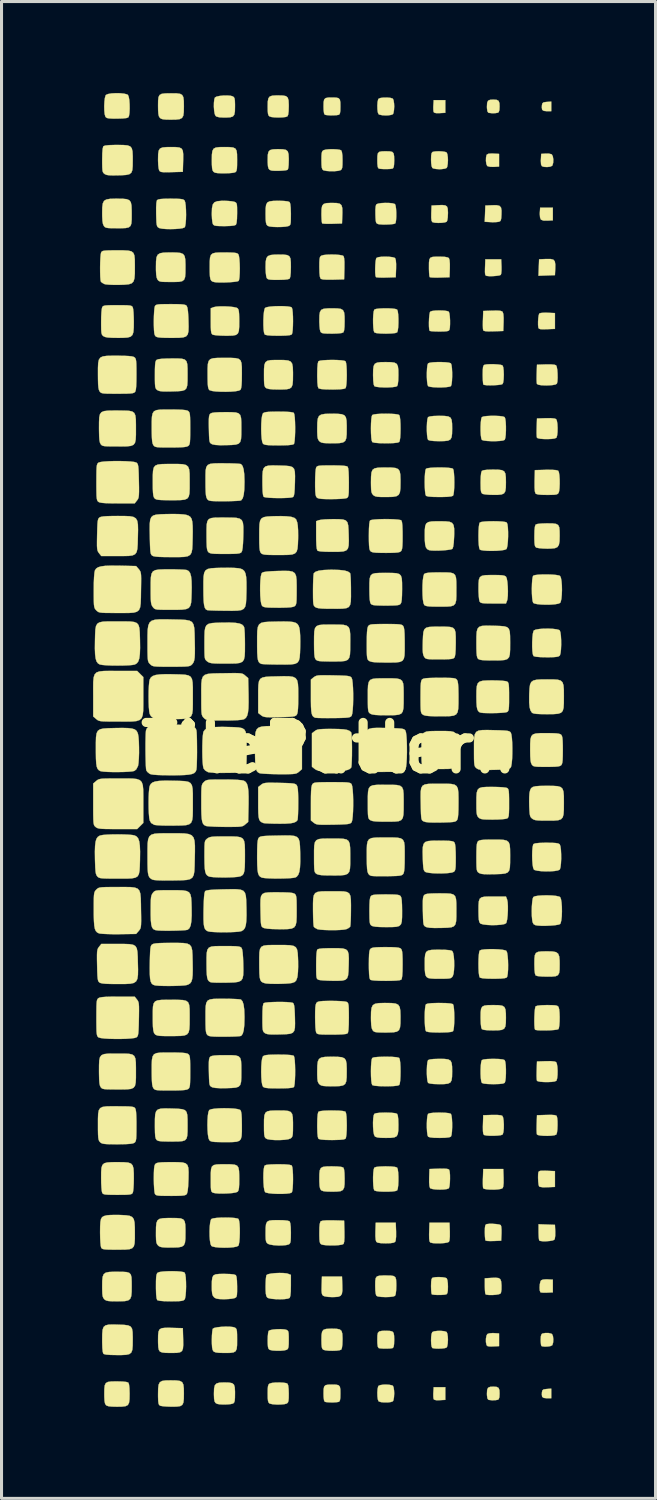
<source format=kicad_pcb>
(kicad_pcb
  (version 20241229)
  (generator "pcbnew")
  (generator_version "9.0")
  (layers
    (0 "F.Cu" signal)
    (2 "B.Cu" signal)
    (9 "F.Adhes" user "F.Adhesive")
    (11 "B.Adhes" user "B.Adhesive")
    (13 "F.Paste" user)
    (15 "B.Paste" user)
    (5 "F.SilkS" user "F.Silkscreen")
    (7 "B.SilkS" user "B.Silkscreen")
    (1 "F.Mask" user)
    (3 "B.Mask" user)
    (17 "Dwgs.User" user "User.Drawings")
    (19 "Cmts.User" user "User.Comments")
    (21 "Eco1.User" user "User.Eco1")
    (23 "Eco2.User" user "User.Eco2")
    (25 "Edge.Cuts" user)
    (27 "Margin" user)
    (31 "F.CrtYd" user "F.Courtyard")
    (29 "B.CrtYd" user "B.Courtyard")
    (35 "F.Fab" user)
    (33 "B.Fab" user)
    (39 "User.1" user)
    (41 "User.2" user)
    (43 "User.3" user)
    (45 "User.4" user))
  (footprint "TilePattern"
    (layer "F.Cu")
    (at 7.73 21.469)
    (property "Reference" "TilePattern" (at 0 0 0) (layer "F.SilkS") (effects (font (size 1.524 1.524) (thickness 0.3))))
    (attr through_hole)
    (fp_poly (pts (xy 3.819 -20.821) (xy 3.637 -20.811) (xy 3.518 -20.81) (xy 3.454 -20.827) (xy 3.436 -20.85) (xy 3.427 -20.912) (xy 3.425 -21.013) (xy 3.428 -21.067) (xy 3.439 -21.236) (xy 3.819 -21.236) (xy 3.819 -20.821)) (stroke (width 0.01) (type solid)) (fill yes) (layer "F.SilkS"))
    (fp_poly (pts (xy 3.819 21.374) (xy 3.637 21.384) (xy 3.518 21.385) (xy 3.454 21.368) (xy 3.436 21.346) (xy 3.427 21.283) (xy 3.425 21.182) (xy 3.428 21.128) (xy 3.439 20.959) (xy 3.819 20.959) (xy 3.819 21.374)) (stroke (width 0.01) (type solid)) (fill yes) (layer "F.SilkS"))
    (fp_poly (pts (xy 7.344 -17.296) (xy 7.168 -17.286) (xy 7.037 -17.288) (xy 6.962 -17.315) (xy 6.95 -17.326) (xy 6.925 -17.393) (xy 6.917 -17.501) (xy 6.918 -17.544) (xy 6.929 -17.711) (xy 7.344 -17.711) (xy 7.344 -17.296)) (stroke (width 0.01) (type solid)) (fill yes) (layer "F.SilkS"))
    (fp_poly (pts (xy 7.361 -16.006) (xy 7.409 -15.949) (xy 7.425 -15.846) (xy 7.423 -15.718) (xy 7.413 -15.499) (xy 7.143 -15.489) (xy 6.874 -15.479) (xy 6.884 -15.748) (xy 6.894 -16.018) (xy 7.122 -16.028) (xy 7.269 -16.028) (xy 7.361 -16.006)) (stroke (width 0.01) (type solid)) (fill yes) (layer "F.SilkS"))
    (fp_poly (pts (xy 7.292 -20.873) (xy 7.152 -20.873) (xy 7.046 -20.885) (xy 6.995 -20.92) (xy 6.994 -20.922) (xy 6.984 -20.991) (xy 6.987 -21.069) (xy 7.001 -21.131) (xy 7.04 -21.162) (xy 7.122 -21.176) (xy 7.145 -21.177) (xy 7.292 -21.188) (xy 7.292 -20.873)) (stroke (width 0.01) (type solid)) (fill yes) (layer "F.SilkS"))
    (fp_poly (pts (xy 7.292 21.322) (xy 7.152 21.322) (xy 7.046 21.31) (xy 6.995 21.275) (xy 6.994 21.273) (xy 6.984 21.204) (xy 6.987 21.126) (xy 7.001 21.064) (xy 7.04 21.033) (xy 7.122 21.02) (xy 7.145 21.018) (xy 7.292 21.007) (xy 7.292 21.322)) (stroke (width 0.01) (type solid)) (fill yes) (layer "F.SilkS"))
    (fp_poly (pts (xy 5.394 -19.484) (xy 5.581 -19.473) (xy 5.581 -19.059) (xy 5.408 -19.048) (xy 5.286 -19.051) (xy 5.205 -19.072) (xy 5.192 -19.081) (xy 5.165 -19.144) (xy 5.151 -19.245) (xy 5.154 -19.352) (xy 5.172 -19.437) (xy 5.179 -19.449) (xy 5.235 -19.479) (xy 5.353 -19.486) (xy 5.394 -19.484)) (stroke (width 0.01) (type solid)) (fill yes) (layer "F.SilkS"))
    (fp_poly (pts (xy 5.414 19.186) (xy 5.581 19.197) (xy 5.581 19.612) (xy 5.387 19.622) (xy 5.269 19.624) (xy 5.203 19.611) (xy 5.172 19.58) (xy 5.171 19.576) (xy 5.151 19.481) (xy 5.151 19.369) (xy 5.169 19.271) (xy 5.198 19.216) (xy 5.262 19.194) (xy 5.364 19.185) (xy 5.414 19.186)) (stroke (width 0.01) (type solid)) (fill yes) (layer "F.SilkS"))
    (fp_poly (pts (xy 7.177 17.424) (xy 7.344 17.434) (xy 7.344 17.849) (xy 7.152 17.859) (xy 7.042 17.861) (xy 6.962 17.854) (xy 6.936 17.845) (xy 6.916 17.788) (xy 6.911 17.691) (xy 6.918 17.584) (xy 6.938 17.495) (xy 6.961 17.454) (xy 7.024 17.431) (xy 7.127 17.422) (xy 7.177 17.424)) (stroke (width 0.01) (type solid)) (fill yes) (layer "F.SilkS"))
    (fp_poly (pts (xy 2.205 15.857) (xy 2.205 16.026) (xy 2.193 16.142) (xy 2.174 16.194) (xy 2.121 16.222) (xy 2.014 16.238) (xy 1.866 16.242) (xy 1.705 16.237) (xy 1.603 16.22) (xy 1.558 16.194) (xy 1.537 16.129) (xy 1.527 16.004) (xy 1.528 15.857) (xy 1.538 15.568) (xy 2.194 15.568) (xy 2.205 15.857)) (stroke (width 0.01) (type solid)) (fill yes) (layer "F.SilkS"))
    (fp_poly (pts (xy 7.133 13.864) (xy 7.149 13.865) (xy 7.413 13.875) (xy 7.413 14.393) (xy 7.165 14.403) (xy 7.013 14.404) (xy 6.92 14.39) (xy 6.893 14.374) (xy 6.877 14.315) (xy 6.865 14.213) (xy 6.86 14.094) (xy 6.862 13.984) (xy 6.87 13.917) (xy 6.887 13.885) (xy 6.926 13.868) (xy 7.003 13.862) (xy 7.133 13.864)) (stroke (width 0.01) (type solid)) (fill yes) (layer "F.SilkS"))
    (fp_poly (pts (xy 0.442 17.624) (xy 0.444 17.79) (xy 0.428 17.899) (xy 0.384 17.964) (xy 0.302 17.995) (xy 0.17 18.004) (xy 0.104 18.005) (xy -0.03 17.998) (xy -0.136 17.98) (xy -0.185 17.961) (xy -0.215 17.928) (xy -0.231 17.874) (xy -0.238 17.783) (xy -0.235 17.639) (xy -0.235 17.624) (xy -0.225 17.331) (xy 0.432 17.331) (xy 0.442 17.624)) (stroke (width 0.01) (type solid)) (fill yes) (layer "F.SilkS"))
    (fp_poly (pts (xy 3.967 15.857) (xy 3.967 16.026) (xy 3.956 16.142) (xy 3.937 16.194) (xy 3.884 16.217) (xy 3.784 16.233) (xy 3.658 16.242) (xy 3.527 16.243) (xy 3.412 16.235) (xy 3.334 16.218) (xy 3.325 16.213) (xy 3.302 16.174) (xy 3.29 16.088) (xy 3.288 15.947) (xy 3.29 15.876) (xy 3.3 15.568) (xy 3.957 15.568) (xy 3.967 15.857)) (stroke (width 0.01) (type solid)) (fill yes) (layer "F.SilkS"))
    (fp_poly (pts (xy 5.595 -17.77) (xy 5.645 -17.715) (xy 5.662 -17.615) (xy 5.66 -17.492) (xy 5.653 -17.37) (xy 5.639 -17.299) (xy 5.613 -17.264) (xy 5.568 -17.248) (xy 5.564 -17.247) (xy 5.479 -17.237) (xy 5.36 -17.235) (xy 5.295 -17.238) (xy 5.112 -17.248) (xy 5.122 -17.514) (xy 5.132 -17.78) (xy 5.351 -17.79) (xy 5.501 -17.792) (xy 5.595 -17.77)) (stroke (width 0.01) (type solid)) (fill yes) (layer "F.SilkS"))
    (fp_poly (pts (xy 5.661 -15.779) (xy 5.661 -15.655) (xy 5.653 -15.558) (xy 5.638 -15.508) (xy 5.638 -15.508) (xy 5.587 -15.489) (xy 5.491 -15.475) (xy 5.374 -15.466) (xy 5.261 -15.465) (xy 5.174 -15.474) (xy 5.142 -15.489) (xy 5.125 -15.527) (xy 5.119 -15.603) (xy 5.121 -15.731) (xy 5.122 -15.753) (xy 5.132 -16.018) (xy 5.65 -16.018) (xy 5.661 -15.779)) (stroke (width 0.01) (type solid)) (fill yes) (layer "F.SilkS"))
    (fp_poly (pts (xy 5.729 14.094) (xy 5.73 14.263) (xy 5.718 14.38) (xy 5.699 14.431) (xy 5.646 14.457) (xy 5.547 14.473) (xy 5.423 14.482) (xy 5.292 14.481) (xy 5.175 14.472) (xy 5.091 14.455) (xy 5.06 14.434) (xy 5.053 14.379) (xy 5.05 14.276) (xy 5.051 14.142) (xy 5.053 14.097) (xy 5.063 13.806) (xy 5.719 13.806) (xy 5.729 14.094)) (stroke (width 0.01) (type solid)) (fill yes) (layer "F.SilkS"))
    (fp_poly (pts (xy 7.145 15.627) (xy 7.413 15.637) (xy 7.423 15.856) (xy 7.422 15.994) (xy 7.408 16.092) (xy 7.393 16.124) (xy 7.34 16.148) (xy 7.243 16.165) (xy 7.126 16.174) (xy 7.013 16.174) (xy 6.928 16.163) (xy 6.9 16.15) (xy 6.889 16.106) (xy 6.881 16.013) (xy 6.877 15.889) (xy 6.877 15.872) (xy 6.877 15.617) (xy 7.145 15.627)) (stroke (width 0.01) (type solid)) (fill yes) (layer "F.SilkS"))
    (fp_poly (pts (xy 7.217 -19.482) (xy 7.296 -19.463) (xy 7.312 -19.454) (xy 7.344 -19.391) (xy 7.359 -19.291) (xy 7.355 -19.185) (xy 7.333 -19.102) (xy 7.319 -19.083) (xy 7.255 -19.054) (xy 7.155 -19.043) (xy 7.053 -19.049) (xy 6.987 -19.071) (xy 6.958 -19.127) (xy 6.951 -19.245) (xy 6.953 -19.287) (xy 6.963 -19.473) (xy 7.113 -19.484) (xy 7.217 -19.482)) (stroke (width 0.01) (type solid)) (fill yes) (layer "F.SilkS"))
    (fp_poly (pts (xy 5.503 -21.245) (xy 5.566 -21.211) (xy 5.593 -21.137) (xy 5.598 -21.028) (xy 5.592 -20.909) (xy 5.569 -20.844) (xy 5.544 -20.825) (xy 5.46 -20.81) (xy 5.349 -20.808) (xy 5.251 -20.819) (xy 5.227 -20.827) (xy 5.199 -20.873) (xy 5.185 -20.975) (xy 5.184 -21.028) (xy 5.191 -21.149) (xy 5.222 -21.218) (xy 5.29 -21.247) (xy 5.391 -21.253) (xy 5.503 -21.245)) (stroke (width 0.01) (type solid)) (fill yes) (layer "F.SilkS"))
    (fp_poly (pts (xy 5.503 20.95) (xy 5.566 20.984) (xy 5.593 21.058) (xy 5.598 21.167) (xy 5.592 21.286) (xy 5.569 21.351) (xy 5.544 21.37) (xy 5.46 21.385) (xy 5.349 21.387) (xy 5.251 21.376) (xy 5.227 21.368) (xy 5.199 21.323) (xy 5.185 21.22) (xy 5.184 21.167) (xy 5.191 21.046) (xy 5.222 20.977) (xy 5.29 20.948) (xy 5.391 20.942) (xy 5.503 20.95)) (stroke (width 0.01) (type solid)) (fill yes) (layer "F.SilkS"))
    (fp_poly (pts (xy 7.173 -14.265) (xy 7.174 -14.265) (xy 7.413 -14.255) (xy 7.413 -13.737) (xy 7.149 -13.727) (xy 7.013 -13.724) (xy 6.932 -13.729) (xy 6.889 -13.745) (xy 6.871 -13.775) (xy 6.87 -13.779) (xy 6.86 -13.863) (xy 6.86 -13.976) (xy 6.868 -14.093) (xy 6.883 -14.19) (xy 6.902 -14.242) (xy 6.902 -14.242) (xy 6.952 -14.258) (xy 7.049 -14.266) (xy 7.173 -14.265)) (stroke (width 0.01) (type solid)) (fill yes) (layer "F.SilkS"))
    (fp_poly (pts (xy 5.621 -14.329) (xy 5.68 -14.31) (xy 5.698 -14.294) (xy 5.721 -14.226) (xy 5.731 -14.096) (xy 5.729 -13.956) (xy 5.719 -13.668) (xy 5.399 -13.658) (xy 5.239 -13.655) (xy 5.136 -13.661) (xy 5.08 -13.675) (xy 5.061 -13.695) (xy 5.053 -13.75) (xy 5.05 -13.854) (xy 5.051 -13.989) (xy 5.053 -14.033) (xy 5.063 -14.324) (xy 5.36 -14.334) (xy 5.518 -14.336) (xy 5.621 -14.329)) (stroke (width 0.01) (type solid)) (fill yes) (layer "F.SilkS"))
    (fp_poly (pts (xy 3.816 -17.786) (xy 3.873 -17.75) (xy 3.898 -17.679) (xy 3.905 -17.564) (xy 3.905 -17.527) (xy 3.899 -17.393) (xy 3.883 -17.294) (xy 3.864 -17.251) (xy 3.807 -17.229) (xy 3.706 -17.215) (xy 3.589 -17.211) (xy 3.479 -17.217) (xy 3.402 -17.235) (xy 3.394 -17.239) (xy 3.369 -17.283) (xy 3.358 -17.378) (xy 3.359 -17.524) (xy 3.369 -17.78) (xy 3.558 -17.791) (xy 3.715 -17.797) (xy 3.816 -17.786)) (stroke (width 0.01) (type solid)) (fill yes) (layer "F.SilkS"))
    (fp_poly (pts (xy 7.203 19.183) (xy 7.292 19.204) (xy 7.319 19.221) (xy 7.348 19.287) (xy 7.359 19.388) (xy 7.353 19.494) (xy 7.33 19.574) (xy 7.319 19.587) (xy 7.262 19.612) (xy 7.169 19.626) (xy 7.068 19.628) (xy 6.99 19.617) (xy 6.969 19.606) (xy 6.956 19.561) (xy 6.948 19.47) (xy 6.946 19.402) (xy 6.953 19.283) (xy 6.976 19.219) (xy 7.001 19.201) (xy 7.096 19.182) (xy 7.203 19.183)) (stroke (width 0.01) (type solid)) (fill yes) (layer "F.SilkS"))
    (fp_poly (pts (xy 5.561 17.38) (xy 5.619 17.415) (xy 5.648 17.484) (xy 5.659 17.595) (xy 5.661 17.62) (xy 5.66 17.757) (xy 5.645 17.855) (xy 5.63 17.887) (xy 5.578 17.911) (xy 5.481 17.928) (xy 5.364 17.937) (xy 5.25 17.936) (xy 5.166 17.925) (xy 5.138 17.912) (xy 5.126 17.869) (xy 5.118 17.776) (xy 5.115 17.652) (xy 5.115 17.639) (xy 5.115 17.389) (xy 5.304 17.377) (xy 5.46 17.371) (xy 5.561 17.38)) (stroke (width 0.01) (type solid)) (fill yes) (layer "F.SilkS"))
    (fp_poly (pts (xy 0.238 -21.319) (xy 0.319 -21.3) (xy 0.362 -21.252) (xy 0.378 -21.161) (xy 0.38 -21.028) (xy 0.377 -20.89) (xy 0.365 -20.807) (xy 0.342 -20.765) (xy 0.325 -20.756) (xy 0.256 -20.744) (xy 0.147 -20.738) (xy 0.026 -20.739) (xy -0.078 -20.747) (xy -0.13 -20.758) (xy -0.156 -20.803) (xy -0.17 -20.915) (xy -0.173 -21.028) (xy -0.17 -21.17) (xy -0.152 -21.257) (xy -0.107 -21.302) (xy -0.022 -21.32) (xy 0.104 -21.322) (xy 0.238 -21.319)) (stroke (width 0.01) (type solid)) (fill yes) (layer "F.SilkS"))
    (fp_poly (pts (xy 0.238 20.876) (xy 0.319 20.895) (xy 0.362 20.943) (xy 0.378 21.034) (xy 0.38 21.167) (xy 0.377 21.305) (xy 0.365 21.388) (xy 0.342 21.43) (xy 0.325 21.439) (xy 0.256 21.451) (xy 0.147 21.457) (xy 0.026 21.456) (xy -0.078 21.448) (xy -0.13 21.438) (xy -0.156 21.392) (xy -0.17 21.281) (xy -0.173 21.167) (xy -0.17 21.025) (xy -0.152 20.938) (xy -0.107 20.893) (xy -0.022 20.876) (xy 0.104 20.873) (xy 0.238 20.876)) (stroke (width 0.01) (type solid)) (fill yes) (layer "F.SilkS"))
    (fp_poly (pts (xy 0.262 -17.862) (xy 0.36 -17.84) (xy 0.416 -17.789) (xy 0.441 -17.697) (xy 0.444 -17.553) (xy 0.442 -17.486) (xy 0.432 -17.193) (xy 0.119 -17.183) (xy -0.022 -17.181) (xy -0.135 -17.184) (xy -0.205 -17.192) (xy -0.218 -17.197) (xy -0.229 -17.241) (xy -0.237 -17.336) (xy -0.242 -17.464) (xy -0.242 -17.508) (xy -0.238 -17.668) (xy -0.218 -17.772) (xy -0.17 -17.831) (xy -0.082 -17.859) (xy 0.058 -17.866) (xy 0.112 -17.866) (xy 0.262 -17.862)) (stroke (width 0.01) (type solid)) (fill yes) (layer "F.SilkS"))
    (fp_poly (pts (xy 2 -19.556) (xy 2.082 -19.538) (xy 2.124 -19.489) (xy 2.14 -19.398) (xy 2.143 -19.266) (xy 2.139 -19.128) (xy 2.127 -19.045) (xy 2.104 -19.003) (xy 2.088 -18.993) (xy 2.018 -18.981) (xy 1.909 -18.976) (xy 1.788 -18.977) (xy 1.685 -18.984) (xy 1.633 -18.995) (xy 1.606 -19.041) (xy 1.592 -19.152) (xy 1.59 -19.265) (xy 1.593 -19.408) (xy 1.61 -19.495) (xy 1.655 -19.54) (xy 1.741 -19.557) (xy 1.866 -19.56) (xy 2 -19.556)) (stroke (width 0.01) (type solid)) (fill yes) (layer "F.SilkS"))
    (fp_poly (pts (xy 2 19.114) (xy 2.082 19.133) (xy 2.124 19.181) (xy 2.14 19.272) (xy 2.143 19.404) (xy 2.139 19.542) (xy 2.127 19.626) (xy 2.104 19.667) (xy 2.088 19.677) (xy 2.018 19.689) (xy 1.909 19.694) (xy 1.788 19.693) (xy 1.685 19.686) (xy 1.633 19.675) (xy 1.606 19.629) (xy 1.592 19.518) (xy 1.59 19.405) (xy 1.593 19.263) (xy 1.61 19.175) (xy 1.655 19.13) (xy 1.741 19.113) (xy 1.866 19.11) (xy 2 19.114)) (stroke (width 0.01) (type solid)) (fill yes) (layer "F.SilkS"))
    (fp_poly (pts (xy 3.804 -16.098) (xy 3.901 -16.078) (xy 3.937 -16.055) (xy 3.958 -15.99) (xy 3.968 -15.866) (xy 3.967 -15.719) (xy 3.957 -15.43) (xy 3.644 -15.42) (xy 3.503 -15.418) (xy 3.39 -15.422) (xy 3.32 -15.43) (xy 3.307 -15.435) (xy 3.296 -15.478) (xy 3.288 -15.573) (xy 3.283 -15.703) (xy 3.283 -15.76) (xy 3.284 -15.914) (xy 3.296 -16.013) (xy 3.331 -16.07) (xy 3.402 -16.096) (xy 3.52 -16.104) (xy 3.644 -16.104) (xy 3.804 -16.098)) (stroke (width 0.01) (type solid)) (fill yes) (layer "F.SilkS"))
    (fp_poly (pts (xy 1.985 -16.1) (xy 2.096 -16.086) (xy 2.166 -16.063) (xy 2.174 -16.055) (xy 2.196 -15.99) (xy 2.206 -15.866) (xy 2.205 -15.719) (xy 2.194 -15.43) (xy 1.882 -15.42) (xy 1.741 -15.418) (xy 1.627 -15.422) (xy 1.557 -15.43) (xy 1.545 -15.435) (xy 1.529 -15.485) (xy 1.521 -15.583) (xy 1.52 -15.708) (xy 1.525 -15.839) (xy 1.535 -15.957) (xy 1.551 -16.039) (xy 1.562 -16.062) (xy 1.621 -16.087) (xy 1.726 -16.101) (xy 1.854 -16.105) (xy 1.985 -16.1)) (stroke (width 0.01) (type solid)) (fill yes) (layer "F.SilkS"))
    (fp_poly (pts (xy 3.88 13.802) (xy 3.935 13.82) (xy 3.945 13.83) (xy 3.962 13.893) (xy 3.972 14) (xy 3.973 14.129) (xy 3.968 14.258) (xy 3.956 14.366) (xy 3.937 14.432) (xy 3.933 14.438) (xy 3.874 14.462) (xy 3.769 14.477) (xy 3.64 14.481) (xy 3.51 14.476) (xy 3.399 14.462) (xy 3.329 14.439) (xy 3.32 14.431) (xy 3.299 14.366) (xy 3.289 14.241) (xy 3.29 14.094) (xy 3.3 13.806) (xy 3.608 13.796) (xy 3.774 13.794) (xy 3.88 13.802)) (stroke (width 0.01) (type solid)) (fill yes) (layer "F.SilkS"))
    (fp_poly (pts (xy 5.637 12.045) (xy 5.688 12.063) (xy 5.714 12.119) (xy 5.73 12.221) (xy 5.738 12.349) (xy 5.736 12.48) (xy 5.724 12.593) (xy 5.702 12.666) (xy 5.695 12.676) (xy 5.642 12.696) (xy 5.541 12.709) (xy 5.414 12.716) (xy 5.283 12.716) (xy 5.17 12.708) (xy 5.096 12.692) (xy 5.087 12.688) (xy 5.064 12.649) (xy 5.053 12.564) (xy 5.051 12.422) (xy 5.053 12.351) (xy 5.063 12.043) (xy 5.351 12.033) (xy 5.52 12.033) (xy 5.637 12.045)) (stroke (width 0.01) (type solid)) (fill yes) (layer "F.SilkS"))
    (fp_poly (pts (xy 7.399 -12.561) (xy 7.451 -12.542) (xy 7.473 -12.49) (xy 7.49 -12.39) (xy 7.499 -12.264) (xy 7.501 -12.133) (xy 7.494 -12.017) (xy 7.478 -11.943) (xy 7.435 -11.915) (xy 7.343 -11.896) (xy 7.221 -11.886) (xy 7.089 -11.884) (xy 6.966 -11.89) (xy 6.871 -11.906) (xy 6.824 -11.932) (xy 6.823 -11.934) (xy 6.816 -11.988) (xy 6.812 -12.092) (xy 6.814 -12.226) (xy 6.815 -12.271) (xy 6.825 -12.562) (xy 7.114 -12.572) (xy 7.283 -12.572) (xy 7.399 -12.561)) (stroke (width 0.01) (type solid)) (fill yes) (layer "F.SilkS"))
    (fp_poly (pts (xy 7.399 -10.798) (xy 7.451 -10.779) (xy 7.476 -10.724) (xy 7.493 -10.622) (xy 7.5 -10.494) (xy 7.498 -10.363) (xy 7.486 -10.25) (xy 7.465 -10.177) (xy 7.458 -10.167) (xy 7.402 -10.144) (xy 7.303 -10.13) (xy 7.178 -10.124) (xy 7.048 -10.126) (xy 6.932 -10.135) (xy 6.851 -10.153) (xy 6.823 -10.172) (xy 6.816 -10.226) (xy 6.812 -10.33) (xy 6.814 -10.463) (xy 6.815 -10.508) (xy 6.825 -10.799) (xy 7.114 -10.809) (xy 7.283 -10.81) (xy 7.399 -10.798)) (stroke (width 0.01) (type solid)) (fill yes) (layer "F.SilkS"))
    (fp_poly (pts (xy 7.399 10.282) (xy 7.451 10.301) (xy 7.476 10.356) (xy 7.493 10.459) (xy 7.5 10.586) (xy 7.498 10.717) (xy 7.486 10.83) (xy 7.465 10.903) (xy 7.458 10.913) (xy 7.402 10.936) (xy 7.303 10.95) (xy 7.178 10.956) (xy 7.048 10.954) (xy 6.932 10.945) (xy 6.851 10.928) (xy 6.823 10.909) (xy 6.816 10.855) (xy 6.812 10.751) (xy 6.814 10.617) (xy 6.815 10.572) (xy 6.825 10.281) (xy 7.114 10.271) (xy 7.283 10.27) (xy 7.399 10.282)) (stroke (width 0.01) (type solid)) (fill yes) (layer "F.SilkS"))
    (fp_poly (pts (xy -5.193 19.013) (xy -5.149 19.014) (xy -4.786 19.024) (xy -4.776 19.386) (xy -4.773 19.57) (xy -4.783 19.695) (xy -4.814 19.773) (xy -4.879 19.815) (xy -4.986 19.833) (xy -5.146 19.836) (xy -5.188 19.836) (xy -5.351 19.833) (xy -5.458 19.821) (xy -5.523 19.798) (xy -5.544 19.782) (xy -5.573 19.734) (xy -5.59 19.65) (xy -5.597 19.517) (xy -5.598 19.426) (xy -5.596 19.253) (xy -5.583 19.135) (xy -5.547 19.063) (xy -5.477 19.025) (xy -5.363 19.012) (xy -5.193 19.013)) (stroke (width 0.01) (type solid)) (fill yes) (layer "F.SilkS"))
    (fp_poly (pts (xy 1.981 20.88) (xy 2.069 20.898) (xy 2.101 20.914) (xy 2.124 20.97) (xy 2.139 21.072) (xy 2.143 21.167) (xy 2.136 21.288) (xy 2.119 21.381) (xy 2.101 21.419) (xy 2.04 21.444) (xy 1.938 21.457) (xy 1.819 21.458) (xy 1.711 21.448) (xy 1.639 21.425) (xy 1.631 21.419) (xy 1.607 21.359) (xy 1.594 21.256) (xy 1.591 21.135) (xy 1.599 21.02) (xy 1.618 20.936) (xy 1.631 20.914) (xy 1.687 20.891) (xy 1.786 20.876) (xy 1.866 20.873) (xy 1.981 20.88)) (stroke (width 0.01) (type solid)) (fill yes) (layer "F.SilkS"))
    (fp_poly (pts (xy 2.021 -21.31) (xy 2.093 -21.287) (xy 2.101 -21.281) (xy 2.124 -21.225) (xy 2.139 -21.123) (xy 2.143 -21.028) (xy 2.136 -20.907) (xy 2.119 -20.814) (xy 2.101 -20.776) (xy 2.045 -20.753) (xy 1.946 -20.738) (xy 1.866 -20.735) (xy 1.752 -20.742) (xy 1.663 -20.76) (xy 1.631 -20.776) (xy 1.607 -20.836) (xy 1.594 -20.939) (xy 1.591 -21.06) (xy 1.599 -21.175) (xy 1.618 -21.259) (xy 1.631 -21.281) (xy 1.692 -21.306) (xy 1.794 -21.319) (xy 1.913 -21.32) (xy 2.021 -21.31)) (stroke (width 0.01) (type solid)) (fill yes) (layer "F.SilkS"))
    (fp_poly (pts (xy 2.023 17.299) (xy 2.123 17.314) (xy 2.18 17.353) (xy 2.205 17.429) (xy 2.211 17.555) (xy 2.212 17.634) (xy 2.206 17.794) (xy 2.192 17.908) (xy 2.17 17.963) (xy 2.112 17.986) (xy 2 18) (xy 1.866 18.005) (xy 1.718 17.999) (xy 1.611 17.984) (xy 1.562 17.963) (xy 1.54 17.905) (xy 1.525 17.789) (xy 1.521 17.634) (xy 1.523 17.481) (xy 1.538 17.383) (xy 1.578 17.328) (xy 1.656 17.304) (xy 1.785 17.297) (xy 1.866 17.297) (xy 2.023 17.299)) (stroke (width 0.01) (type solid)) (fill yes) (layer "F.SilkS"))
    (fp_poly (pts (xy 3.719 -19.554) (xy 3.815 -19.539) (xy 3.864 -19.518) (xy 3.886 -19.462) (xy 3.901 -19.361) (xy 3.905 -19.266) (xy 3.898 -19.145) (xy 3.881 -19.052) (xy 3.864 -19.014) (xy 3.808 -18.991) (xy 3.709 -18.976) (xy 3.629 -18.972) (xy 3.514 -18.979) (xy 3.426 -18.997) (xy 3.394 -19.014) (xy 3.371 -19.071) (xy 3.356 -19.177) (xy 3.352 -19.286) (xy 3.356 -19.419) (xy 3.37 -19.497) (xy 3.397 -19.534) (xy 3.407 -19.539) (xy 3.489 -19.555) (xy 3.601 -19.56) (xy 3.719 -19.554)) (stroke (width 0.01) (type solid)) (fill yes) (layer "F.SilkS"))
    (fp_poly (pts (xy 5.488 15.611) (xy 5.585 15.626) (xy 5.637 15.645) (xy 5.637 15.645) (xy 5.653 15.695) (xy 5.661 15.792) (xy 5.661 15.916) (xy 5.661 15.917) (xy 5.65 16.156) (xy 5.407 16.166) (xy 5.283 16.168) (xy 5.187 16.163) (xy 5.14 16.152) (xy 5.139 16.151) (xy 5.127 16.107) (xy 5.118 16.013) (xy 5.115 15.889) (xy 5.115 15.878) (xy 5.117 15.745) (xy 5.127 15.666) (xy 5.148 15.626) (xy 5.175 15.613) (xy 5.259 15.603) (xy 5.371 15.603) (xy 5.488 15.611)) (stroke (width 0.01) (type solid)) (fill yes) (layer "F.SilkS"))
    (fp_poly (pts (xy 7.405 12.039) (xy 7.46 12.058) (xy 7.47 12.068) (xy 7.487 12.131) (xy 7.497 12.238) (xy 7.498 12.367) (xy 7.493 12.496) (xy 7.481 12.604) (xy 7.462 12.669) (xy 7.458 12.676) (xy 7.402 12.698) (xy 7.303 12.713) (xy 7.178 12.719) (xy 7.048 12.717) (xy 6.932 12.707) (xy 6.851 12.69) (xy 6.823 12.671) (xy 6.816 12.617) (xy 6.812 12.513) (xy 6.814 12.379) (xy 6.815 12.334) (xy 6.825 12.043) (xy 7.133 12.033) (xy 7.299 12.031) (xy 7.405 12.039)) (stroke (width 0.01) (type solid)) (fill yes) (layer "F.SilkS"))
    (fp_poly (pts (xy -5.015 -19.696) (xy -4.898 -19.682) (xy -4.825 -19.646) (xy -4.787 -19.577) (xy -4.774 -19.463) (xy -4.775 -19.293) (xy -4.776 -19.248) (xy -4.786 -18.886) (xy -5.156 -18.876) (xy -5.321 -18.873) (xy -5.431 -18.875) (xy -5.498 -18.883) (xy -5.537 -18.901) (xy -5.559 -18.93) (xy -5.562 -18.934) (xy -5.579 -18.999) (xy -5.592 -19.112) (xy -5.598 -19.252) (xy -5.598 -19.296) (xy -5.595 -19.466) (xy -5.577 -19.58) (xy -5.534 -19.649) (xy -5.452 -19.684) (xy -5.322 -19.696) (xy -5.188 -19.698) (xy -5.015 -19.696)) (stroke (width 0.01) (type solid)) (fill yes) (layer "F.SilkS"))
    (fp_poly (pts (xy 3.784 19.123) (xy 3.855 19.146) (xy 3.864 19.152) (xy 3.886 19.208) (xy 3.901 19.31) (xy 3.905 19.404) (xy 3.898 19.526) (xy 3.881 19.619) (xy 3.864 19.656) (xy 3.81 19.677) (xy 3.712 19.69) (xy 3.594 19.695) (xy 3.483 19.691) (xy 3.402 19.677) (xy 3.395 19.675) (xy 3.372 19.633) (xy 3.357 19.544) (xy 3.352 19.43) (xy 3.356 19.313) (xy 3.369 19.213) (xy 3.392 19.154) (xy 3.394 19.152) (xy 3.454 19.127) (xy 3.557 19.114) (xy 3.675 19.112) (xy 3.784 19.123)) (stroke (width 0.01) (type solid)) (fill yes) (layer "F.SilkS"))
    (fp_poly (pts (xy -3.217 -21.379) (xy -3.149 -21.359) (xy -3.113 -21.333) (xy -3.091 -21.292) (xy -3.08 -21.22) (xy -3.076 -21.102) (xy -3.076 -21.028) (xy -3.079 -20.867) (xy -3.099 -20.762) (xy -3.145 -20.702) (xy -3.232 -20.674) (xy -3.37 -20.666) (xy -3.434 -20.666) (xy -3.585 -20.673) (xy -3.679 -20.697) (xy -3.712 -20.72) (xy -3.74 -20.782) (xy -3.759 -20.89) (xy -3.768 -21.021) (xy -3.766 -21.153) (xy -3.753 -21.263) (xy -3.734 -21.321) (xy -3.682 -21.351) (xy -3.583 -21.373) (xy -3.458 -21.386) (xy -3.329 -21.388) (xy -3.217 -21.379)) (stroke (width 0.01) (type solid)) (fill yes) (layer "F.SilkS"))
    (fp_poly (pts (xy -1.504 -21.387) (xy -1.404 -21.367) (xy -1.347 -21.317) (xy -1.32 -21.227) (xy -1.313 -21.083) (xy -1.313 -21.034) (xy -1.318 -20.875) (xy -1.333 -20.761) (xy -1.355 -20.707) (xy -1.411 -20.685) (xy -1.514 -20.672) (xy -1.641 -20.667) (xy -1.77 -20.671) (xy -1.88 -20.683) (xy -1.944 -20.703) (xy -1.974 -20.732) (xy -1.993 -20.787) (xy -2.002 -20.881) (xy -2.004 -21.029) (xy -2.004 -21.029) (xy -2.001 -21.19) (xy -1.981 -21.295) (xy -1.935 -21.355) (xy -1.85 -21.383) (xy -1.715 -21.391) (xy -1.659 -21.391) (xy -1.504 -21.387)) (stroke (width 0.01) (type solid)) (fill yes) (layer "F.SilkS"))
    (fp_poly (pts (xy 0.123 15.489) (xy 0.143 15.489) (xy 0.501 15.499) (xy 0.511 15.857) (xy 0.512 16.054) (xy 0.503 16.19) (xy 0.483 16.26) (xy 0.481 16.263) (xy 0.429 16.285) (xy 0.327 16.301) (xy 0.194 16.31) (xy 0.051 16.311) (xy -0.085 16.305) (xy -0.194 16.292) (xy -0.251 16.274) (xy -0.279 16.247) (xy -0.297 16.199) (xy -0.307 16.114) (xy -0.311 15.981) (xy -0.311 15.899) (xy -0.308 15.723) (xy -0.297 15.607) (xy -0.278 15.539) (xy -0.263 15.519) (xy -0.198 15.499) (xy -0.069 15.489) (xy 0.123 15.489)) (stroke (width 0.01) (type solid)) (fill yes) (layer "F.SilkS"))
    (fp_poly (pts (xy 0.227 -16.171) (xy 0.354 -16.16) (xy 0.446 -16.143) (xy 0.481 -16.125) (xy 0.501 -16.06) (xy 0.512 -15.931) (xy 0.511 -15.739) (xy 0.511 -15.719) (xy 0.501 -15.361) (xy 0.138 -15.351) (xy -0.054 -15.35) (xy -0.183 -15.357) (xy -0.255 -15.375) (xy -0.268 -15.384) (xy -0.292 -15.446) (xy -0.306 -15.573) (xy -0.311 -15.763) (xy -0.311 -15.764) (xy -0.31 -15.922) (xy -0.303 -16.025) (xy -0.29 -16.087) (xy -0.267 -16.121) (xy -0.244 -16.137) (xy -0.17 -16.158) (xy -0.054 -16.17) (xy 0.085 -16.174) (xy 0.227 -16.171)) (stroke (width 0.01) (type solid)) (fill yes) (layer "F.SilkS"))
    (fp_poly (pts (xy 0.259 19.045) (xy 0.359 19.066) (xy 0.416 19.115) (xy 0.442 19.206) (xy 0.449 19.349) (xy 0.449 19.399) (xy 0.444 19.558) (xy 0.429 19.671) (xy 0.408 19.726) (xy 0.351 19.747) (xy 0.249 19.761) (xy 0.121 19.765) (xy -0.008 19.762) (xy -0.117 19.749) (xy -0.181 19.73) (xy -0.212 19.7) (xy -0.23 19.646) (xy -0.239 19.552) (xy -0.242 19.404) (xy -0.242 19.404) (xy -0.238 19.242) (xy -0.219 19.138) (xy -0.173 19.077) (xy -0.088 19.049) (xy 0.048 19.042) (xy 0.104 19.041) (xy 0.259 19.045)) (stroke (width 0.01) (type solid)) (fill yes) (layer "F.SilkS"))
    (fp_poly (pts (xy 3.719 17.354) (xy 3.815 17.369) (xy 3.864 17.389) (xy 3.886 17.446) (xy 3.901 17.553) (xy 3.905 17.662) (xy 3.901 17.795) (xy 3.887 17.873) (xy 3.86 17.91) (xy 3.85 17.915) (xy 3.784 17.927) (xy 3.681 17.934) (xy 3.565 17.935) (xy 3.46 17.93) (xy 3.39 17.919) (xy 3.375 17.912) (xy 3.364 17.869) (xy 3.356 17.776) (xy 3.352 17.652) (xy 3.352 17.64) (xy 3.356 17.502) (xy 3.368 17.419) (xy 3.391 17.378) (xy 3.407 17.369) (xy 3.489 17.353) (xy 3.601 17.348) (xy 3.719 17.354)) (stroke (width 0.01) (type solid)) (fill yes) (layer "F.SilkS"))
    (fp_poly (pts (xy 7.447 -9.107) (xy 7.517 -9.088) (xy 7.52 -9.086) (xy 7.543 -9.033) (xy 7.559 -8.931) (xy 7.568 -8.798) (xy 7.569 -8.655) (xy 7.563 -8.52) (xy 7.549 -8.412) (xy 7.532 -8.361) (xy 7.508 -8.33) (xy 7.467 -8.31) (xy 7.395 -8.299) (xy 7.278 -8.295) (xy 7.156 -8.294) (xy 6.981 -8.297) (xy 6.864 -8.308) (xy 6.797 -8.327) (xy 6.776 -8.342) (xy 6.756 -8.406) (xy 6.746 -8.536) (xy 6.746 -8.728) (xy 6.746 -8.748) (xy 6.756 -9.106) (xy 7.114 -9.116) (xy 7.311 -9.117) (xy 7.447 -9.107)) (stroke (width 0.01) (type solid)) (fill yes) (layer "F.SilkS"))
    (fp_poly (pts (xy -3.274 20.808) (xy -3.171 20.827) (xy -3.111 20.874) (xy -3.084 20.962) (xy -3.076 21.102) (xy -3.076 21.167) (xy -3.078 21.312) (xy -3.086 21.404) (xy -3.103 21.458) (xy -3.132 21.488) (xy -3.142 21.494) (xy -3.214 21.512) (xy -3.328 21.523) (xy -3.458 21.526) (xy -3.578 21.52) (xy -3.661 21.505) (xy -3.663 21.504) (xy -3.714 21.475) (xy -3.745 21.425) (xy -3.761 21.338) (xy -3.766 21.201) (xy -3.766 21.16) (xy -3.761 21) (xy -3.736 20.896) (xy -3.68 20.837) (xy -3.583 20.81) (xy -3.434 20.804) (xy -3.274 20.808)) (stroke (width 0.01) (type solid)) (fill yes) (layer "F.SilkS"))
    (fp_poly (pts (xy -1.505 -19.625) (xy -1.405 -19.605) (xy -1.347 -19.556) (xy -1.321 -19.467) (xy -1.313 -19.325) (xy -1.313 -19.267) (xy -1.318 -19.109) (xy -1.331 -19.001) (xy -1.352 -18.952) (xy -1.353 -18.952) (xy -1.409 -18.937) (xy -1.511 -18.926) (xy -1.635 -18.92) (xy -1.758 -18.919) (xy -1.856 -18.925) (xy -1.883 -18.93) (xy -1.94 -18.951) (xy -1.975 -18.992) (xy -1.995 -19.067) (xy -2.003 -19.188) (xy -2.004 -19.291) (xy -2 -19.444) (xy -1.978 -19.543) (xy -1.926 -19.598) (xy -1.832 -19.623) (xy -1.682 -19.629) (xy -1.659 -19.629) (xy -1.505 -19.625)) (stroke (width 0.01) (type solid)) (fill yes) (layer "F.SilkS"))
    (fp_poly (pts (xy 3.777 -14.336) (xy 3.884 -14.32) (xy 3.933 -14.3) (xy 3.952 -14.247) (xy 3.966 -14.147) (xy 3.974 -14.021) (xy 3.974 -13.891) (xy 3.968 -13.778) (xy 3.953 -13.705) (xy 3.929 -13.678) (xy 3.875 -13.661) (xy 3.778 -13.653) (xy 3.631 -13.65) (xy 3.492 -13.653) (xy 3.382 -13.659) (xy 3.316 -13.669) (xy 3.306 -13.673) (xy 3.291 -13.723) (xy 3.283 -13.821) (xy 3.282 -13.946) (xy 3.287 -14.077) (xy 3.298 -14.194) (xy 3.313 -14.276) (xy 3.324 -14.3) (xy 3.382 -14.323) (xy 3.495 -14.337) (xy 3.629 -14.341) (xy 3.777 -14.336)) (stroke (width 0.01) (type solid)) (fill yes) (layer "F.SilkS"))
    (fp_poly (pts (xy 5.421 -12.578) (xy 5.546 -12.57) (xy 5.645 -12.556) (xy 5.695 -12.538) (xy 5.718 -12.48) (xy 5.732 -12.367) (xy 5.737 -12.233) (xy 5.731 -12.085) (xy 5.716 -11.978) (xy 5.695 -11.929) (xy 5.644 -11.911) (xy 5.546 -11.898) (xy 5.421 -11.89) (xy 5.29 -11.887) (xy 5.173 -11.89) (xy 5.092 -11.901) (xy 5.068 -11.911) (xy 5.058 -11.954) (xy 5.05 -12.048) (xy 5.046 -12.178) (xy 5.045 -12.236) (xy 5.048 -12.387) (xy 5.056 -12.483) (xy 5.074 -12.536) (xy 5.1 -12.558) (xy 5.176 -12.573) (xy 5.29 -12.579) (xy 5.421 -12.578)) (stroke (width 0.01) (type solid)) (fill yes) (layer "F.SilkS"))
    (fp_poly (pts (xy 5.573 8.435) (xy 5.687 8.453) (xy 5.756 8.496) (xy 5.791 8.576) (xy 5.804 8.705) (xy 5.806 8.847) (xy 5.803 9.019) (xy 5.787 9.136) (xy 5.746 9.207) (xy 5.669 9.245) (xy 5.545 9.259) (xy 5.378 9.261) (xy 5.203 9.257) (xy 5.08 9.243) (xy 5.019 9.221) (xy 5.018 9.22) (xy 4.996 9.161) (xy 4.982 9.039) (xy 4.976 8.86) (xy 4.976 8.841) (xy 4.978 8.671) (xy 4.992 8.556) (xy 5.029 8.486) (xy 5.1 8.449) (xy 5.217 8.434) (xy 5.391 8.432) (xy 5.404 8.432) (xy 5.573 8.435)) (stroke (width 0.01) (type solid)) (fill yes) (layer "F.SilkS"))
    (fp_poly (pts (xy 7.334 6.674) (xy 7.448 6.696) (xy 7.517 6.746) (xy 7.553 6.836) (xy 7.567 6.976) (xy 7.568 7.094) (xy 7.566 7.266) (xy 7.551 7.38) (xy 7.512 7.45) (xy 7.438 7.485) (xy 7.317 7.497) (xy 7.159 7.499) (xy 6.975 7.494) (xy 6.848 7.481) (xy 6.783 7.46) (xy 6.78 7.458) (xy 6.758 7.398) (xy 6.744 7.276) (xy 6.739 7.097) (xy 6.739 7.079) (xy 6.741 6.909) (xy 6.755 6.794) (xy 6.791 6.723) (xy 6.863 6.686) (xy 6.979 6.672) (xy 7.153 6.67) (xy 7.167 6.67) (xy 7.334 6.674)) (stroke (width 0.01) (type solid)) (fill yes) (layer "F.SilkS"))
    (fp_poly (pts (xy -4.99 -21.458) (xy -4.877 -21.443) (xy -4.807 -21.404) (xy -4.769 -21.33) (xy -4.754 -21.21) (xy -4.752 -21.033) (xy -4.752 -21.02) (xy -4.755 -20.845) (xy -4.771 -20.726) (xy -4.813 -20.653) (xy -4.89 -20.614) (xy -5.015 -20.599) (xy -5.185 -20.596) (xy -5.338 -20.599) (xy -5.438 -20.609) (xy -5.501 -20.628) (xy -5.541 -20.66) (xy -5.57 -20.707) (xy -5.587 -20.782) (xy -5.596 -20.9) (xy -5.598 -21.056) (xy -5.596 -21.222) (xy -5.583 -21.335) (xy -5.547 -21.405) (xy -5.478 -21.442) (xy -5.364 -21.457) (xy -5.193 -21.46) (xy -5.156 -21.46) (xy -4.99 -21.458)) (stroke (width 0.01) (type solid)) (fill yes) (layer "F.SilkS"))
    (fp_poly (pts (xy -1.486 17.217) (xy -1.378 17.229) (xy -1.339 17.24) (xy -1.244 17.277) (xy -1.244 17.634) (xy -1.248 17.826) (xy -1.261 17.959) (xy -1.282 18.028) (xy -1.286 18.032) (xy -1.345 18.056) (xy -1.454 18.071) (xy -1.59 18.076) (xy -1.736 18.073) (xy -1.87 18.062) (xy -1.972 18.042) (xy -2.019 18.019) (xy -2.047 17.973) (xy -2.064 17.894) (xy -2.072 17.768) (xy -2.073 17.648) (xy -2.069 17.502) (xy -2.061 17.38) (xy -2.048 17.299) (xy -2.041 17.282) (xy -1.992 17.255) (xy -1.892 17.234) (xy -1.762 17.22) (xy -1.62 17.214) (xy -1.486 17.217)) (stroke (width 0.01) (type solid)) (fill yes) (layer "F.SilkS"))
    (fp_poly (pts (xy 1.974 -17.865) (xy 2.087 -17.854) (xy 2.16 -17.832) (xy 2.17 -17.825) (xy 2.19 -17.772) (xy 2.204 -17.673) (xy 2.211 -17.548) (xy 2.211 -17.417) (xy 2.204 -17.3) (xy 2.19 -17.218) (xy 2.175 -17.191) (xy 2.115 -17.175) (xy 2.01 -17.164) (xy 1.883 -17.158) (xy 1.757 -17.159) (xy 1.656 -17.166) (xy 1.624 -17.172) (xy 1.582 -17.188) (xy 1.555 -17.216) (xy 1.54 -17.273) (xy 1.532 -17.373) (xy 1.528 -17.482) (xy 1.527 -17.651) (xy 1.539 -17.767) (xy 1.558 -17.818) (xy 1.613 -17.843) (xy 1.716 -17.86) (xy 1.843 -17.867) (xy 1.974 -17.865)) (stroke (width 0.01) (type solid)) (fill yes) (layer "F.SilkS"))
    (fp_poly (pts (xy 2.039 -12.645) (xy 2.155 -12.629) (xy 2.227 -12.588) (xy 2.264 -12.512) (xy 2.279 -12.388) (xy 2.281 -12.221) (xy 2.276 -12.045) (xy 2.262 -11.923) (xy 2.24 -11.861) (xy 2.239 -11.86) (xy 2.184 -11.84) (xy 2.08 -11.826) (xy 1.945 -11.819) (xy 1.8 -11.819) (xy 1.664 -11.825) (xy 1.556 -11.838) (xy 1.495 -11.858) (xy 1.493 -11.86) (xy 1.471 -11.919) (xy 1.457 -12.039) (xy 1.451 -12.213) (xy 1.451 -12.221) (xy 1.454 -12.399) (xy 1.47 -12.519) (xy 1.509 -12.592) (xy 1.584 -12.631) (xy 1.704 -12.646) (xy 1.866 -12.648) (xy 2.039 -12.645)) (stroke (width 0.01) (type solid)) (fill yes) (layer "F.SilkS"))
    (fp_poly (pts (xy 3.794 -10.883) (xy 3.914 -10.867) (xy 3.988 -10.828) (xy 4.026 -10.753) (xy 4.041 -10.633) (xy 4.043 -10.471) (xy 4.04 -10.298) (xy 4.024 -10.182) (xy 3.983 -10.11) (xy 3.907 -10.073) (xy 3.783 -10.059) (xy 3.616 -10.056) (xy 3.44 -10.061) (xy 3.318 -10.075) (xy 3.256 -10.097) (xy 3.255 -10.098) (xy 3.235 -10.153) (xy 3.221 -10.257) (xy 3.214 -10.392) (xy 3.214 -10.537) (xy 3.22 -10.673) (xy 3.233 -10.781) (xy 3.253 -10.842) (xy 3.255 -10.844) (xy 3.314 -10.866) (xy 3.434 -10.881) (xy 3.608 -10.886) (xy 3.616 -10.886) (xy 3.794 -10.883)) (stroke (width 0.01) (type solid)) (fill yes) (layer "F.SilkS"))
    (fp_poly (pts (xy 3.794 10.197) (xy 3.914 10.213) (xy 3.988 10.253) (xy 4.026 10.327) (xy 4.041 10.447) (xy 4.043 10.609) (xy 4.04 10.782) (xy 4.024 10.898) (xy 3.983 10.97) (xy 3.907 11.007) (xy 3.783 11.022) (xy 3.616 11.024) (xy 3.44 11.019) (xy 3.318 11.005) (xy 3.256 10.984) (xy 3.255 10.982) (xy 3.235 10.927) (xy 3.221 10.823) (xy 3.214 10.689) (xy 3.214 10.543) (xy 3.22 10.407) (xy 3.233 10.299) (xy 3.253 10.239) (xy 3.255 10.236) (xy 3.314 10.214) (xy 3.434 10.2) (xy 3.608 10.195) (xy 3.616 10.195) (xy 3.794 10.197)) (stroke (width 0.01) (type solid)) (fill yes) (layer "F.SilkS"))
    (fp_poly (pts (xy 5.844 4.968) (xy 5.862 5.055) (xy 5.87 5.183) (xy 5.87 5.333) (xy 5.862 5.485) (xy 5.847 5.619) (xy 5.826 5.716) (xy 5.81 5.749) (xy 5.752 5.777) (xy 5.643 5.797) (xy 5.502 5.808) (xy 5.347 5.811) (xy 5.196 5.804) (xy 5.069 5.789) (xy 4.982 5.765) (xy 4.962 5.751) (xy 4.935 5.708) (xy 4.918 5.633) (xy 4.91 5.515) (xy 4.907 5.352) (xy 4.908 5.163) (xy 4.918 5.031) (xy 4.947 4.947) (xy 5.006 4.9) (xy 5.105 4.878) (xy 5.256 4.873) (xy 5.393 4.873) (xy 5.807 4.873) (xy 5.844 4.968)) (stroke (width 0.01) (type solid)) (fill yes) (layer "F.SilkS"))
    (fp_poly (pts (xy -6.893 18.909) (xy -6.708 18.916) (xy -6.58 18.933) (xy -6.499 18.97) (xy -6.453 19.038) (xy -6.433 19.148) (xy -6.428 19.312) (xy -6.428 19.403) (xy -6.43 19.597) (xy -6.442 19.733) (xy -6.475 19.821) (xy -6.539 19.873) (xy -6.645 19.897) (xy -6.802 19.905) (xy -6.941 19.905) (xy -7.155 19.901) (xy -7.301 19.89) (xy -7.379 19.87) (xy -7.388 19.864) (xy -7.41 19.804) (xy -7.424 19.677) (xy -7.43 19.481) (xy -7.43 19.415) (xy -7.428 19.217) (xy -7.416 19.077) (xy -7.383 18.985) (xy -7.319 18.932) (xy -7.215 18.908) (xy -7.06 18.904) (xy -6.893 18.909)) (stroke (width 0.01) (type solid)) (fill yes) (layer "F.SilkS"))
    (fp_poly (pts (xy -6.768 20.774) (xy -6.641 20.787) (xy -6.575 20.808) (xy -6.573 20.811) (xy -6.551 20.87) (xy -6.537 20.99) (xy -6.531 21.163) (xy -6.531 21.171) (xy -6.534 21.349) (xy -6.55 21.469) (xy -6.589 21.543) (xy -6.664 21.581) (xy -6.784 21.596) (xy -6.946 21.599) (xy -7.11 21.595) (xy -7.218 21.584) (xy -7.283 21.562) (xy -7.307 21.544) (xy -7.336 21.495) (xy -7.353 21.409) (xy -7.36 21.273) (xy -7.361 21.196) (xy -7.359 21.019) (xy -7.346 20.899) (xy -7.31 20.825) (xy -7.242 20.787) (xy -7.13 20.772) (xy -6.964 20.769) (xy -6.952 20.769) (xy -6.768 20.774)) (stroke (width 0.01) (type solid)) (fill yes) (layer "F.SilkS"))
    (fp_poly (pts (xy -5.001 20.738) (xy -4.881 20.755) (xy -4.807 20.796) (xy -4.769 20.874) (xy -4.754 21) (xy -4.752 21.159) (xy -4.754 21.34) (xy -4.768 21.463) (xy -4.804 21.539) (xy -4.872 21.579) (xy -4.983 21.595) (xy -5.147 21.598) (xy -5.162 21.598) (xy -5.309 21.593) (xy -5.435 21.583) (xy -5.519 21.569) (xy -5.538 21.561) (xy -5.566 21.535) (xy -5.584 21.486) (xy -5.594 21.401) (xy -5.598 21.267) (xy -5.598 21.188) (xy -5.595 21.004) (xy -5.58 20.878) (xy -5.541 20.799) (xy -5.47 20.756) (xy -5.356 20.738) (xy -5.188 20.735) (xy -5.179 20.735) (xy -5.001 20.738)) (stroke (width 0.01) (type solid)) (fill yes) (layer "F.SilkS"))
    (fp_poly (pts (xy -1.477 -16.171) (xy -1.363 -16.156) (xy -1.294 -16.117) (xy -1.258 -16.043) (xy -1.246 -15.922) (xy -1.244 -15.764) (xy -1.249 -15.58) (xy -1.262 -15.453) (xy -1.283 -15.388) (xy -1.286 -15.385) (xy -1.345 -15.363) (xy -1.467 -15.349) (xy -1.646 -15.344) (xy -1.664 -15.344) (xy -1.822 -15.345) (xy -1.925 -15.351) (xy -1.987 -15.364) (xy -2.022 -15.387) (xy -2.038 -15.411) (xy -2.054 -15.475) (xy -2.067 -15.587) (xy -2.073 -15.727) (xy -2.073 -15.771) (xy -2.069 -15.939) (xy -2.047 -16.053) (xy -1.997 -16.122) (xy -1.907 -16.158) (xy -1.767 -16.172) (xy -1.649 -16.173) (xy -1.477 -16.171)) (stroke (width 0.01) (type solid)) (fill yes) (layer "F.SilkS"))
    (fp_poly (pts (xy 0.276 -14.408) (xy 0.393 -14.392) (xy 0.464 -14.351) (xy 0.502 -14.274) (xy 0.516 -14.15) (xy 0.518 -13.983) (xy 0.514 -13.808) (xy 0.5 -13.685) (xy 0.478 -13.624) (xy 0.477 -13.623) (xy 0.418 -13.601) (xy 0.296 -13.587) (xy 0.117 -13.581) (xy 0.098 -13.581) (xy -0.06 -13.583) (xy -0.163 -13.589) (xy -0.225 -13.602) (xy -0.259 -13.625) (xy -0.275 -13.648) (xy -0.292 -13.713) (xy -0.304 -13.825) (xy -0.311 -13.964) (xy -0.311 -14.008) (xy -0.308 -14.178) (xy -0.29 -14.292) (xy -0.247 -14.361) (xy -0.167 -14.396) (xy -0.038 -14.409) (xy 0.104 -14.411) (xy 0.276 -14.408)) (stroke (width 0.01) (type solid)) (fill yes) (layer "F.SilkS"))
    (fp_poly (pts (xy 0.282 13.724) (xy 0.409 13.737) (xy 0.474 13.759) (xy 0.477 13.761) (xy 0.499 13.82) (xy 0.513 13.94) (xy 0.518 14.113) (xy 0.518 14.121) (xy 0.516 14.299) (xy 0.5 14.419) (xy 0.46 14.493) (xy 0.386 14.532) (xy 0.266 14.546) (xy 0.104 14.549) (xy -0.06 14.545) (xy -0.168 14.534) (xy -0.234 14.512) (xy -0.257 14.495) (xy -0.286 14.445) (xy -0.303 14.359) (xy -0.31 14.223) (xy -0.311 14.147) (xy -0.309 13.969) (xy -0.296 13.849) (xy -0.261 13.775) (xy -0.192 13.737) (xy -0.08 13.722) (xy 0.086 13.719) (xy 0.098 13.719) (xy 0.282 13.724)) (stroke (width 0.01) (type solid)) (fill yes) (layer "F.SilkS"))
    (fp_poly (pts (xy 0.329 -7.498) (xy 0.466 -7.487) (xy 0.556 -7.456) (xy 0.609 -7.396) (xy 0.635 -7.294) (xy 0.646 -7.142) (xy 0.651 -6.999) (xy 0.656 -6.789) (xy 0.65 -6.638) (xy 0.625 -6.536) (xy 0.571 -6.474) (xy 0.479 -6.442) (xy 0.339 -6.43) (xy 0.142 -6.428) (xy 0.11 -6.428) (xy -0.112 -6.431) (xy -0.266 -6.441) (xy -0.354 -6.458) (xy -0.373 -6.469) (xy -0.393 -6.523) (xy -0.407 -6.641) (xy -0.414 -6.824) (xy -0.415 -6.971) (xy -0.415 -7.432) (xy -0.326 -7.465) (xy -0.255 -7.479) (xy -0.134 -7.491) (xy 0.018 -7.497) (xy 0.134 -7.499) (xy 0.329 -7.498)) (stroke (width 0.01) (type solid)) (fill yes) (layer "F.SilkS"))
    (fp_poly (pts (xy 2.047 11.962) (xy 2.173 11.975) (xy 2.237 11.997) (xy 2.239 11.998) (xy 2.262 12.057) (xy 2.276 12.178) (xy 2.281 12.351) (xy 2.281 12.359) (xy 2.278 12.537) (xy 2.262 12.657) (xy 2.223 12.731) (xy 2.148 12.769) (xy 2.028 12.784) (xy 1.866 12.786) (xy 1.703 12.783) (xy 1.595 12.771) (xy 1.529 12.749) (xy 1.506 12.732) (xy 1.48 12.671) (xy 1.461 12.563) (xy 1.451 12.426) (xy 1.449 12.28) (xy 1.456 12.147) (xy 1.472 12.045) (xy 1.493 11.998) (xy 1.552 11.976) (xy 1.673 11.962) (xy 1.851 11.957) (xy 1.866 11.957) (xy 2.047 11.962)) (stroke (width 0.01) (type solid)) (fill yes) (layer "F.SilkS"))
    (fp_poly (pts (xy 5.556 -9.12) (xy 5.676 -9.105) (xy 5.75 -9.065) (xy 5.789 -8.991) (xy 5.803 -8.871) (xy 5.806 -8.709) (xy 5.803 -8.534) (xy 5.786 -8.416) (xy 5.744 -8.345) (xy 5.665 -8.309) (xy 5.539 -8.296) (xy 5.397 -8.295) (xy 5.253 -8.299) (xy 5.131 -8.31) (xy 5.051 -8.325) (xy 5.037 -8.331) (xy 5.008 -8.358) (xy 4.99 -8.407) (xy 4.98 -8.492) (xy 4.977 -8.626) (xy 4.976 -8.703) (xy 4.981 -8.887) (xy 4.994 -9.014) (xy 5.016 -9.079) (xy 5.018 -9.082) (xy 5.077 -9.104) (xy 5.197 -9.118) (xy 5.37 -9.123) (xy 5.378 -9.123) (xy 5.556 -9.12)) (stroke (width 0.01) (type solid)) (fill yes) (layer "F.SilkS"))
    (fp_poly (pts (xy 7.332 -7.359) (xy 7.448 -7.344) (xy 7.518 -7.306) (xy 7.554 -7.232) (xy 7.566 -7.112) (xy 7.568 -6.956) (xy 7.564 -6.779) (xy 7.543 -6.659) (xy 7.496 -6.585) (xy 7.411 -6.547) (xy 7.278 -6.534) (xy 7.16 -6.532) (xy 7.016 -6.537) (xy 6.894 -6.548) (xy 6.814 -6.563) (xy 6.799 -6.569) (xy 6.771 -6.595) (xy 6.753 -6.644) (xy 6.743 -6.729) (xy 6.739 -6.863) (xy 6.739 -6.941) (xy 6.743 -7.125) (xy 6.757 -7.252) (xy 6.778 -7.317) (xy 6.78 -7.319) (xy 6.839 -7.341) (xy 6.961 -7.355) (xy 7.14 -7.361) (xy 7.159 -7.361) (xy 7.332 -7.359)) (stroke (width 0.01) (type solid)) (fill yes) (layer "F.SilkS"))
    (fp_poly (pts (xy -6.84 -21.462) (xy -6.71 -21.448) (xy -6.615 -21.424) (xy -6.586 -21.406) (xy -6.56 -21.345) (xy -6.541 -21.237) (xy -6.531 -21.1) (xy -6.529 -20.954) (xy -6.536 -20.821) (xy -6.552 -20.719) (xy -6.573 -20.672) (xy -6.632 -20.65) (xy -6.754 -20.636) (xy -6.933 -20.631) (xy -6.952 -20.631) (xy -7.11 -20.632) (xy -7.213 -20.639) (xy -7.274 -20.652) (xy -7.309 -20.675) (xy -7.325 -20.698) (xy -7.348 -20.777) (xy -7.36 -20.898) (xy -7.363 -21.04) (xy -7.356 -21.183) (xy -7.341 -21.306) (xy -7.318 -21.389) (xy -7.307 -21.406) (xy -7.24 -21.436) (xy -7.126 -21.456) (xy -6.986 -21.464) (xy -6.84 -21.462)) (stroke (width 0.01) (type solid)) (fill yes) (layer "F.SilkS"))
    (fp_poly (pts (xy -3.257 -19.696) (xy -3.137 -19.683) (xy -3.063 -19.648) (xy -3.024 -19.579) (xy -3.009 -19.465) (xy -3.007 -19.295) (xy -3.007 -19.266) (xy -3.008 -19.102) (xy -3.013 -18.994) (xy -3.025 -18.928) (xy -3.045 -18.89) (xy -3.073 -18.87) (xy -3.138 -18.854) (xy -3.25 -18.843) (xy -3.387 -18.838) (xy -3.527 -18.838) (xy -3.647 -18.844) (xy -3.727 -18.857) (xy -3.732 -18.859) (xy -3.778 -18.885) (xy -3.808 -18.928) (xy -3.826 -19.003) (xy -3.834 -19.122) (xy -3.835 -19.272) (xy -3.833 -19.45) (xy -3.817 -19.569) (xy -3.778 -19.643) (xy -3.704 -19.681) (xy -3.585 -19.696) (xy -3.434 -19.698) (xy -3.257 -19.696)) (stroke (width 0.01) (type solid)) (fill yes) (layer "F.SilkS"))
    (fp_poly (pts (xy -1.494 20.811) (xy -1.397 20.826) (xy -1.355 20.845) (xy -1.332 20.904) (xy -1.318 21.02) (xy -1.313 21.172) (xy -1.315 21.317) (xy -1.324 21.407) (xy -1.341 21.46) (xy -1.372 21.489) (xy -1.38 21.494) (xy -1.458 21.515) (xy -1.577 21.526) (xy -1.712 21.527) (xy -1.838 21.518) (xy -1.928 21.499) (xy -1.944 21.492) (xy -1.974 21.463) (xy -1.993 21.408) (xy -2.002 21.315) (xy -2.004 21.166) (xy -2.004 21.166) (xy -2.002 21.021) (xy -1.994 20.929) (xy -1.977 20.875) (xy -1.948 20.845) (xy -1.938 20.84) (xy -1.863 20.819) (xy -1.749 20.807) (xy -1.618 20.805) (xy -1.494 20.811)) (stroke (width 0.01) (type solid)) (fill yes) (layer "F.SilkS"))
    (fp_poly (pts (xy -1.458 19.064) (xy -1.391 19.079) (xy -1.353 19.099) (xy -1.33 19.132) (xy -1.318 19.194) (xy -1.314 19.3) (xy -1.313 19.402) (xy -1.315 19.548) (xy -1.323 19.641) (xy -1.34 19.695) (xy -1.369 19.725) (xy -1.38 19.731) (xy -1.458 19.752) (xy -1.577 19.763) (xy -1.712 19.764) (xy -1.838 19.756) (xy -1.928 19.737) (xy -1.944 19.73) (xy -1.976 19.699) (xy -1.994 19.641) (xy -2.002 19.541) (xy -2.004 19.428) (xy -2 19.294) (xy -1.99 19.184) (xy -1.975 19.119) (xy -1.973 19.114) (xy -1.924 19.089) (xy -1.827 19.069) (xy -1.703 19.058) (xy -1.573 19.056) (xy -1.458 19.064)) (stroke (width 0.01) (type solid)) (fill yes) (layer "F.SilkS"))
    (fp_poly (pts (xy 0.269 -19.621) (xy 0.365 -19.606) (xy 0.408 -19.587) (xy 0.43 -19.529) (xy 0.445 -19.413) (xy 0.449 -19.26) (xy 0.447 -19.116) (xy 0.439 -19.025) (xy 0.421 -18.973) (xy 0.391 -18.944) (xy 0.382 -18.939) (xy 0.305 -18.918) (xy 0.185 -18.907) (xy 0.05 -18.906) (xy -0.075 -18.915) (xy -0.165 -18.933) (xy -0.181 -18.94) (xy -0.212 -18.97) (xy -0.23 -19.024) (xy -0.239 -19.118) (xy -0.242 -19.266) (xy -0.242 -19.266) (xy -0.24 -19.412) (xy -0.232 -19.504) (xy -0.215 -19.557) (xy -0.185 -19.587) (xy -0.175 -19.593) (xy -0.1 -19.614) (xy 0.014 -19.626) (xy 0.144 -19.628) (xy 0.269 -19.621)) (stroke (width 0.01) (type solid)) (fill yes) (layer "F.SilkS"))
    (fp_poly (pts (xy -6.765 17.176) (xy -6.629 17.185) (xy -6.542 17.212) (xy -6.492 17.267) (xy -6.469 17.36) (xy -6.463 17.5) (xy -6.462 17.641) (xy -6.464 17.836) (xy -6.477 17.973) (xy -6.511 18.061) (xy -6.576 18.112) (xy -6.683 18.136) (xy -6.841 18.142) (xy -6.954 18.143) (xy -7.115 18.141) (xy -7.223 18.134) (xy -7.292 18.119) (xy -7.34 18.093) (xy -7.361 18.074) (xy -7.393 18.032) (xy -7.414 17.976) (xy -7.425 17.891) (xy -7.429 17.76) (xy -7.43 17.667) (xy -7.428 17.474) (xy -7.414 17.339) (xy -7.379 17.253) (xy -7.312 17.204) (xy -7.204 17.182) (xy -7.043 17.175) (xy -6.959 17.175) (xy -6.765 17.176)) (stroke (width 0.01) (type solid)) (fill yes) (layer "F.SilkS"))
    (fp_poly (pts (xy -6.763 -18.003) (xy -6.629 -17.99) (xy -6.542 -17.955) (xy -6.492 -17.889) (xy -6.469 -17.78) (xy -6.463 -17.618) (xy -6.462 -17.503) (xy -6.463 -17.321) (xy -6.473 -17.194) (xy -6.502 -17.112) (xy -6.56 -17.065) (xy -6.659 -17.043) (xy -6.809 -17.037) (xy -6.959 -17.037) (xy -7.123 -17.038) (xy -7.232 -17.043) (xy -7.3 -17.055) (xy -7.342 -17.075) (xy -7.372 -17.108) (xy -7.376 -17.114) (xy -7.404 -17.177) (xy -7.421 -17.277) (xy -7.429 -17.427) (xy -7.43 -17.529) (xy -7.427 -17.718) (xy -7.41 -17.849) (xy -7.369 -17.933) (xy -7.293 -17.979) (xy -7.172 -18) (xy -6.994 -18.005) (xy -6.954 -18.005) (xy -6.763 -18.003)) (stroke (width 0.01) (type solid)) (fill yes) (layer "F.SilkS"))
    (fp_poly (pts (xy -4.998 -16.24) (xy -4.864 -16.226) (xy -4.778 -16.191) (xy -4.728 -16.124) (xy -4.706 -16.014) (xy -4.7 -15.851) (xy -4.7 -15.759) (xy -4.701 -15.568) (xy -4.712 -15.435) (xy -4.744 -15.35) (xy -4.807 -15.302) (xy -4.911 -15.28) (xy -5.068 -15.275) (xy -5.184 -15.275) (xy -5.351 -15.276) (xy -5.463 -15.28) (xy -5.533 -15.291) (xy -5.576 -15.311) (xy -5.606 -15.341) (xy -5.614 -15.351) (xy -5.642 -15.414) (xy -5.659 -15.515) (xy -5.667 -15.665) (xy -5.667 -15.766) (xy -5.664 -15.956) (xy -5.648 -16.087) (xy -5.607 -16.17) (xy -5.531 -16.217) (xy -5.409 -16.237) (xy -5.232 -16.242) (xy -5.191 -16.242) (xy -4.998 -16.24)) (stroke (width 0.01) (type solid)) (fill yes) (layer "F.SilkS"))
    (fp_poly (pts (xy -4.993 15.414) (xy -4.86 15.425) (xy -4.775 15.457) (xy -4.727 15.52) (xy -4.706 15.624) (xy -4.7 15.781) (xy -4.7 15.897) (xy -4.702 16.087) (xy -4.716 16.219) (xy -4.752 16.304) (xy -4.82 16.352) (xy -4.932 16.374) (xy -5.098 16.38) (xy -5.191 16.38) (xy -5.353 16.379) (xy -5.46 16.371) (xy -5.53 16.356) (xy -5.577 16.33) (xy -5.598 16.311) (xy -5.631 16.27) (xy -5.652 16.214) (xy -5.663 16.128) (xy -5.667 15.998) (xy -5.667 15.904) (xy -5.665 15.711) (xy -5.652 15.577) (xy -5.616 15.49) (xy -5.549 15.441) (xy -5.439 15.419) (xy -5.276 15.413) (xy -5.184 15.413) (xy -4.993 15.414)) (stroke (width 0.01) (type solid)) (fill yes) (layer "F.SilkS"))
    (fp_poly (pts (xy -3.41 -14.475) (xy -3.258 -14.467) (xy -3.124 -14.452) (xy -3.027 -14.431) (xy -2.994 -14.415) (xy -2.968 -14.381) (xy -2.951 -14.322) (xy -2.942 -14.226) (xy -2.938 -14.08) (xy -2.937 -13.994) (xy -2.939 -13.803) (xy -2.95 -13.671) (xy -2.982 -13.586) (xy -3.043 -13.539) (xy -3.145 -13.518) (xy -3.298 -13.513) (xy -3.398 -13.513) (xy -3.553 -13.517) (xy -3.686 -13.526) (xy -3.779 -13.54) (xy -3.81 -13.549) (xy -3.836 -13.573) (xy -3.853 -13.616) (xy -3.864 -13.69) (xy -3.869 -13.808) (xy -3.87 -13.983) (xy -3.87 -13.998) (xy -3.87 -14.412) (xy -3.775 -14.449) (xy -3.688 -14.467) (xy -3.56 -14.475) (xy -3.41 -14.475)) (stroke (width 0.01) (type solid)) (fill yes) (layer "F.SilkS"))
    (fp_poly (pts (xy -1.481 15.486) (xy -1.353 15.5) (xy -1.288 15.521) (xy -1.286 15.523) (xy -1.264 15.583) (xy -1.249 15.705) (xy -1.244 15.884) (xy -1.244 15.902) (xy -1.246 16.06) (xy -1.252 16.163) (xy -1.265 16.225) (xy -1.288 16.26) (xy -1.311 16.276) (xy -1.395 16.299) (xy -1.521 16.311) (xy -1.668 16.312) (xy -1.812 16.302) (xy -1.93 16.283) (xy -1.997 16.257) (xy -2.034 16.224) (xy -2.057 16.179) (xy -2.069 16.105) (xy -2.073 15.986) (xy -2.073 15.91) (xy -2.071 15.732) (xy -2.058 15.612) (xy -2.023 15.538) (xy -1.955 15.499) (xy -1.843 15.484) (xy -1.677 15.482) (xy -1.664 15.482) (xy -1.481 15.486)) (stroke (width 0.01) (type solid)) (fill yes) (layer "F.SilkS"))
    (fp_poly (pts (xy -1.468 -12.715) (xy -1.335 -12.701) (xy -1.25 -12.665) (xy -1.202 -12.595) (xy -1.181 -12.483) (xy -1.175 -12.316) (xy -1.175 -12.237) (xy -1.177 -12.045) (xy -1.189 -11.911) (xy -1.223 -11.826) (xy -1.288 -11.777) (xy -1.394 -11.756) (xy -1.552 -11.75) (xy -1.646 -11.75) (xy -1.837 -11.754) (xy -1.967 -11.767) (xy -2.045 -11.791) (xy -2.058 -11.799) (xy -2.088 -11.828) (xy -2.107 -11.871) (xy -2.119 -11.943) (xy -2.124 -12.057) (xy -2.125 -12.225) (xy -2.125 -12.233) (xy -2.124 -12.425) (xy -2.112 -12.557) (xy -2.079 -12.642) (xy -2.015 -12.69) (xy -1.911 -12.712) (xy -1.755 -12.717) (xy -1.66 -12.717) (xy -1.468 -12.715)) (stroke (width 0.01) (type solid)) (fill yes) (layer "F.SilkS"))
    (fp_poly (pts (xy 0.289 -10.953) (xy 0.423 -10.939) (xy 0.51 -10.904) (xy 0.559 -10.836) (xy 0.581 -10.726) (xy 0.587 -10.563) (xy 0.587 -10.471) (xy 0.585 -10.281) (xy 0.571 -10.149) (xy 0.536 -10.064) (xy 0.467 -10.015) (xy 0.355 -9.993) (xy 0.189 -9.987) (xy 0.096 -9.987) (xy -0.065 -9.989) (xy -0.173 -9.996) (xy -0.243 -10.011) (xy -0.29 -10.037) (xy -0.311 -10.056) (xy -0.343 -10.097) (xy -0.364 -10.152) (xy -0.375 -10.236) (xy -0.38 -10.365) (xy -0.38 -10.471) (xy -0.377 -10.662) (xy -0.361 -10.795) (xy -0.322 -10.88) (xy -0.248 -10.928) (xy -0.13 -10.949) (xy 0.042 -10.955) (xy 0.096 -10.955) (xy 0.289 -10.953)) (stroke (width 0.01) (type solid)) (fill yes) (layer "F.SilkS"))
    (fp_poly (pts (xy 0.289 10.128) (xy 0.423 10.141) (xy 0.51 10.177) (xy 0.559 10.244) (xy 0.581 10.354) (xy 0.587 10.517) (xy 0.587 10.609) (xy 0.585 10.799) (xy 0.571 10.932) (xy 0.536 11.017) (xy 0.467 11.065) (xy 0.355 11.087) (xy 0.189 11.093) (xy 0.096 11.093) (xy -0.065 11.091) (xy -0.173 11.084) (xy -0.243 11.069) (xy -0.29 11.043) (xy -0.311 11.024) (xy -0.343 10.983) (xy -0.364 10.928) (xy -0.375 10.844) (xy -0.38 10.715) (xy -0.38 10.609) (xy -0.377 10.418) (xy -0.361 10.285) (xy -0.322 10.2) (xy -0.248 10.152) (xy -0.13 10.131) (xy 0.042 10.126) (xy 0.096 10.125) (xy 0.289 10.128)) (stroke (width 0.01) (type solid)) (fill yes) (layer "F.SilkS"))
    (fp_poly (pts (xy 2.056 -9.19) (xy 2.188 -9.176) (xy 2.273 -9.14) (xy 2.322 -9.072) (xy 2.344 -8.96) (xy 2.35 -8.794) (xy 2.35 -8.701) (xy 2.347 -8.513) (xy 2.331 -8.382) (xy 2.291 -8.298) (xy 2.216 -8.251) (xy 2.096 -8.23) (xy 1.921 -8.225) (xy 1.866 -8.225) (xy 1.703 -8.226) (xy 1.594 -8.233) (xy 1.523 -8.248) (xy 1.475 -8.273) (xy 1.451 -8.294) (xy 1.419 -8.335) (xy 1.398 -8.391) (xy 1.387 -8.477) (xy 1.383 -8.608) (xy 1.382 -8.701) (xy 1.385 -8.894) (xy 1.398 -9.028) (xy 1.433 -9.115) (xy 1.501 -9.164) (xy 1.611 -9.186) (xy 1.774 -9.192) (xy 1.866 -9.192) (xy 2.056 -9.19)) (stroke (width 0.01) (type solid)) (fill yes) (layer "F.SilkS"))
    (fp_poly (pts (xy 2.057 8.366) (xy 2.19 8.382) (xy 2.275 8.421) (xy 2.323 8.495) (xy 2.344 8.613) (xy 2.35 8.785) (xy 2.35 8.839) (xy 2.348 9.032) (xy 2.334 9.166) (xy 2.299 9.253) (xy 2.231 9.302) (xy 2.121 9.324) (xy 1.958 9.33) (xy 1.866 9.331) (xy 1.699 9.33) (xy 1.587 9.325) (xy 1.517 9.314) (xy 1.473 9.295) (xy 1.444 9.264) (xy 1.436 9.254) (xy 1.408 9.191) (xy 1.391 9.091) (xy 1.383 8.941) (xy 1.382 8.839) (xy 1.385 8.651) (xy 1.402 8.52) (xy 1.442 8.436) (xy 1.516 8.389) (xy 1.636 8.368) (xy 1.811 8.363) (xy 1.866 8.363) (xy 2.057 8.366)) (stroke (width 0.01) (type solid)) (fill yes) (layer "F.SilkS"))
    (fp_poly (pts (xy 3.826 -7.427) (xy 3.957 -7.413) (xy 4.041 -7.376) (xy 4.089 -7.306) (xy 4.109 -7.193) (xy 4.11 -7.027) (xy 4.107 -6.914) (xy 4.096 -6.726) (xy 4.077 -6.595) (xy 4.053 -6.527) (xy 4.05 -6.524) (xy 3.999 -6.506) (xy 3.897 -6.49) (xy 3.764 -6.477) (xy 3.617 -6.469) (xy 3.476 -6.467) (xy 3.359 -6.472) (xy 3.285 -6.484) (xy 3.283 -6.485) (xy 3.223 -6.519) (xy 3.183 -6.576) (xy 3.159 -6.667) (xy 3.147 -6.805) (xy 3.145 -6.965) (xy 3.147 -7.147) (xy 3.16 -7.274) (xy 3.194 -7.356) (xy 3.261 -7.402) (xy 3.37 -7.424) (xy 3.532 -7.43) (xy 3.639 -7.43) (xy 3.826 -7.427)) (stroke (width 0.01) (type solid)) (fill yes) (layer "F.SilkS"))
    (fp_poly (pts (xy 5.563 -5.666) (xy 5.68 -5.659) (xy 5.753 -5.645) (xy 5.797 -5.623) (xy 5.81 -5.61) (xy 5.835 -5.547) (xy 5.854 -5.433) (xy 5.866 -5.29) (xy 5.871 -5.137) (xy 5.868 -4.993) (xy 5.856 -4.878) (xy 5.844 -4.829) (xy 5.807 -4.734) (xy 5.393 -4.734) (xy 5.216 -4.735) (xy 5.096 -4.74) (xy 5.019 -4.749) (xy 4.975 -4.765) (xy 4.95 -4.79) (xy 4.943 -4.801) (xy 4.928 -4.863) (xy 4.916 -4.976) (xy 4.908 -5.12) (xy 4.907 -5.213) (xy 4.909 -5.393) (xy 4.921 -5.518) (xy 4.954 -5.597) (xy 5.019 -5.642) (xy 5.127 -5.662) (xy 5.287 -5.667) (xy 5.389 -5.667) (xy 5.563 -5.666)) (stroke (width 0.01) (type solid)) (fill yes) (layer "F.SilkS"))
    (fp_poly (pts (xy -3.244 18.976) (xy -3.135 18.988) (xy -3.08 19.005) (xy -3.047 19.028) (xy -3.025 19.064) (xy -3.013 19.126) (xy -3.008 19.229) (xy -3.007 19.385) (xy -3.007 19.404) (xy -3.008 19.583) (xy -3.021 19.704) (xy -3.056 19.779) (xy -3.124 19.818) (xy -3.237 19.834) (xy -3.405 19.836) (xy -3.434 19.836) (xy -3.595 19.832) (xy -3.701 19.82) (xy -3.764 19.796) (xy -3.782 19.782) (xy -3.809 19.736) (xy -3.826 19.656) (xy -3.834 19.53) (xy -3.835 19.41) (xy -3.832 19.264) (xy -3.822 19.141) (xy -3.809 19.06) (xy -3.802 19.041) (xy -3.752 19.015) (xy -3.653 18.994) (xy -3.522 18.98) (xy -3.379 18.973) (xy -3.244 18.976)) (stroke (width 0.01) (type solid)) (fill yes) (layer "F.SilkS"))
    (fp_poly (pts (xy -3.243 17.249) (xy -3.116 17.262) (xy -3.051 17.284) (xy -3.048 17.286) (xy -3.026 17.345) (xy -3.012 17.467) (xy -3.007 17.647) (xy -3.007 17.667) (xy -3.007 17.822) (xy -3.012 17.923) (xy -3.023 17.982) (xy -3.045 18.015) (xy -3.081 18.034) (xy -3.095 18.04) (xy -3.173 18.057) (xy -3.295 18.069) (xy -3.434 18.074) (xy -3.441 18.074) (xy -3.583 18.07) (xy -3.675 18.057) (xy -3.736 18.031) (xy -3.767 18.005) (xy -3.803 17.957) (xy -3.824 17.893) (xy -3.834 17.792) (xy -3.836 17.657) (xy -3.834 17.483) (xy -3.819 17.366) (xy -3.782 17.295) (xy -3.709 17.259) (xy -3.589 17.246) (xy -3.427 17.244) (xy -3.243 17.249)) (stroke (width 0.01) (type solid)) (fill yes) (layer "F.SilkS"))
    (fp_poly (pts (xy -3.228 15.401) (xy -3.095 15.411) (xy -2.999 15.427) (xy -2.963 15.443) (xy -2.942 15.499) (xy -2.927 15.606) (xy -2.919 15.746) (xy -2.918 15.902) (xy -2.923 16.056) (xy -2.934 16.19) (xy -2.952 16.287) (xy -2.968 16.323) (xy -3.026 16.351) (xy -3.135 16.371) (xy -3.276 16.383) (xy -3.434 16.386) (xy -3.588 16.381) (xy -3.722 16.367) (xy -3.818 16.345) (xy -3.851 16.326) (xy -3.878 16.264) (xy -3.897 16.153) (xy -3.908 16.009) (xy -3.91 15.852) (xy -3.904 15.699) (xy -3.89 15.567) (xy -3.868 15.475) (xy -3.85 15.445) (xy -3.79 15.424) (xy -3.681 15.409) (xy -3.539 15.4) (xy -3.382 15.398) (xy -3.228 15.401)) (stroke (width 0.01) (type solid)) (fill yes) (layer "F.SilkS"))
    (fp_poly (pts (xy -3.212 13.652) (xy -3.087 13.664) (xy -3.007 13.697) (xy -2.963 13.762) (xy -2.943 13.87) (xy -2.938 14.03) (xy -2.937 14.132) (xy -2.939 14.306) (xy -2.946 14.423) (xy -2.96 14.497) (xy -2.981 14.54) (xy -2.994 14.553) (xy -3.056 14.576) (xy -3.167 14.594) (xy -3.308 14.605) (xy -3.462 14.611) (xy -3.607 14.609) (xy -3.726 14.599) (xy -3.793 14.584) (xy -3.826 14.567) (xy -3.848 14.539) (xy -3.861 14.489) (xy -3.868 14.404) (xy -3.87 14.271) (xy -3.87 14.136) (xy -3.87 13.945) (xy -3.86 13.811) (xy -3.832 13.726) (xy -3.774 13.678) (xy -3.675 13.656) (xy -3.527 13.65) (xy -3.391 13.65) (xy -3.212 13.652)) (stroke (width 0.01) (type solid)) (fill yes) (layer "F.SilkS"))
    (fp_poly (pts (xy -1.471 -14.481) (xy -1.339 -14.471) (xy -1.247 -14.454) (xy -1.216 -14.438) (xy -1.197 -14.385) (xy -1.184 -14.28) (xy -1.176 -14.142) (xy -1.174 -13.987) (xy -1.177 -13.832) (xy -1.185 -13.697) (xy -1.199 -13.597) (xy -1.216 -13.554) (xy -1.276 -13.532) (xy -1.403 -13.518) (xy -1.597 -13.512) (xy -1.659 -13.512) (xy -1.87 -13.516) (xy -2.015 -13.528) (xy -2.092 -13.547) (xy -2.101 -13.554) (xy -2.123 -13.611) (xy -2.138 -13.72) (xy -2.145 -13.861) (xy -2.145 -14.017) (xy -2.138 -14.17) (xy -2.125 -14.301) (xy -2.105 -14.394) (xy -2.088 -14.425) (xy -2.03 -14.449) (xy -1.921 -14.467) (xy -1.78 -14.479) (xy -1.624 -14.483) (xy -1.471 -14.481)) (stroke (width 0.01) (type solid)) (fill yes) (layer "F.SilkS"))
    (fp_poly (pts (xy -1.471 -17.931) (xy -1.348 -17.917) (xy -1.287 -17.895) (xy -1.286 -17.894) (xy -1.264 -17.835) (xy -1.25 -17.711) (xy -1.244 -17.527) (xy -1.244 -17.496) (xy -1.245 -17.336) (xy -1.249 -17.231) (xy -1.259 -17.168) (xy -1.279 -17.133) (xy -1.312 -17.114) (xy -1.333 -17.105) (xy -1.415 -17.089) (xy -1.541 -17.079) (xy -1.686 -17.076) (xy -1.825 -17.081) (xy -1.934 -17.093) (xy -1.953 -17.097) (xy -2.005 -17.117) (xy -2.04 -17.154) (xy -2.06 -17.221) (xy -2.07 -17.331) (xy -2.073 -17.496) (xy -2.073 -17.51) (xy -2.071 -17.687) (xy -2.055 -17.806) (xy -2.015 -17.88) (xy -1.94 -17.918) (xy -1.817 -17.933) (xy -1.646 -17.936) (xy -1.471 -17.931)) (stroke (width 0.01) (type solid)) (fill yes) (layer "F.SilkS"))
    (fp_poly (pts (xy -1.447 13.654) (xy -1.303 13.666) (xy -1.225 13.685) (xy -1.216 13.692) (xy -1.197 13.745) (xy -1.184 13.85) (xy -1.176 13.988) (xy -1.174 14.144) (xy -1.177 14.298) (xy -1.185 14.433) (xy -1.199 14.533) (xy -1.216 14.576) (xy -1.274 14.599) (xy -1.382 14.613) (xy -1.524 14.621) (xy -1.68 14.621) (xy -1.832 14.614) (xy -1.964 14.6) (xy -2.057 14.58) (xy -2.088 14.564) (xy -2.112 14.505) (xy -2.13 14.397) (xy -2.141 14.255) (xy -2.146 14.099) (xy -2.144 13.946) (xy -2.134 13.815) (xy -2.116 13.722) (xy -2.101 13.692) (xy -2.042 13.67) (xy -1.914 13.657) (xy -1.72 13.651) (xy -1.659 13.65) (xy -1.447 13.654)) (stroke (width 0.01) (type solid)) (fill yes) (layer "F.SilkS"))
    (fp_poly (pts (xy 0.267 -12.716) (xy 0.403 -12.707) (xy 0.502 -12.693) (xy 0.546 -12.676) (xy 0.565 -12.623) (xy 0.579 -12.518) (xy 0.586 -12.379) (xy 0.589 -12.224) (xy 0.586 -12.07) (xy 0.577 -11.935) (xy 0.563 -11.835) (xy 0.546 -11.791) (xy 0.487 -11.77) (xy 0.359 -11.756) (xy 0.165 -11.75) (xy 0.104 -11.75) (xy -0.108 -11.754) (xy -0.253 -11.765) (xy -0.33 -11.785) (xy -0.339 -11.791) (xy -0.36 -11.851) (xy -0.374 -11.978) (xy -0.38 -12.172) (xy -0.38 -12.233) (xy -0.376 -12.445) (xy -0.364 -12.59) (xy -0.345 -12.667) (xy -0.339 -12.676) (xy -0.285 -12.695) (xy -0.181 -12.708) (xy -0.042 -12.716) (xy 0.113 -12.719) (xy 0.267 -12.716)) (stroke (width 0.01) (type solid)) (fill yes) (layer "F.SilkS"))
    (fp_poly (pts (xy 0.315 11.892) (xy 0.46 11.904) (xy 0.537 11.923) (xy 0.546 11.929) (xy 0.565 11.983) (xy 0.579 12.087) (xy 0.586 12.226) (xy 0.589 12.381) (xy 0.586 12.535) (xy 0.577 12.671) (xy 0.563 12.77) (xy 0.546 12.814) (xy 0.487 12.836) (xy 0.359 12.849) (xy 0.165 12.855) (xy 0.104 12.856) (xy -0.108 12.852) (xy -0.253 12.84) (xy -0.33 12.82) (xy -0.339 12.814) (xy -0.36 12.755) (xy -0.374 12.627) (xy -0.38 12.433) (xy -0.38 12.372) (xy -0.376 12.16) (xy -0.364 12.015) (xy -0.345 11.938) (xy -0.339 11.929) (xy -0.279 11.908) (xy -0.152 11.894) (xy 0.042 11.888) (xy 0.104 11.888) (xy 0.315 11.892)) (stroke (width 0.01) (type solid)) (fill yes) (layer "F.SilkS"))
    (fp_poly (pts (xy 2.03 -10.953) (xy 2.165 -10.945) (xy 2.265 -10.93) (xy 2.308 -10.913) (xy 2.327 -10.86) (xy 2.341 -10.755) (xy 2.349 -10.617) (xy 2.351 -10.462) (xy 2.348 -10.308) (xy 2.34 -10.172) (xy 2.325 -10.073) (xy 2.308 -10.029) (xy 2.249 -10.007) (xy 2.122 -9.993) (xy 1.927 -9.987) (xy 1.866 -9.987) (xy 1.655 -9.991) (xy 1.51 -10.003) (xy 1.433 -10.022) (xy 1.424 -10.029) (xy 1.405 -10.082) (xy 1.391 -10.187) (xy 1.383 -10.325) (xy 1.381 -10.48) (xy 1.384 -10.634) (xy 1.393 -10.77) (xy 1.407 -10.869) (xy 1.424 -10.913) (xy 1.477 -10.932) (xy 1.582 -10.946) (xy 1.72 -10.954) (xy 1.876 -10.956) (xy 2.03 -10.953)) (stroke (width 0.01) (type solid)) (fill yes) (layer "F.SilkS"))
    (fp_poly (pts (xy 2.047 13.724) (xy 2.173 13.738) (xy 2.237 13.759) (xy 2.239 13.761) (xy 2.26 13.816) (xy 2.274 13.92) (xy 2.281 14.055) (xy 2.281 14.2) (xy 2.275 14.336) (xy 2.261 14.444) (xy 2.242 14.505) (xy 2.239 14.507) (xy 2.184 14.528) (xy 2.08 14.542) (xy 1.945 14.549) (xy 1.8 14.549) (xy 1.664 14.543) (xy 1.556 14.529) (xy 1.495 14.51) (xy 1.493 14.507) (xy 1.472 14.452) (xy 1.459 14.348) (xy 1.452 14.213) (xy 1.451 14.068) (xy 1.458 13.932) (xy 1.471 13.824) (xy 1.491 13.763) (xy 1.493 13.761) (xy 1.552 13.739) (xy 1.673 13.725) (xy 1.851 13.719) (xy 1.866 13.719) (xy 2.047 13.724)) (stroke (width 0.01) (type solid)) (fill yes) (layer "F.SilkS"))
    (fp_poly (pts (xy 2.068 -14.404) (xy 2.176 -14.391) (xy 2.237 -14.371) (xy 2.239 -14.369) (xy 2.26 -14.314) (xy 2.274 -14.21) (xy 2.281 -14.075) (xy 2.281 -13.93) (xy 2.275 -13.794) (xy 2.261 -13.686) (xy 2.242 -13.625) (xy 2.239 -13.623) (xy 2.18 -13.601) (xy 2.059 -13.587) (xy 1.881 -13.581) (xy 1.866 -13.581) (xy 1.685 -13.586) (xy 1.559 -13.599) (xy 1.495 -13.621) (xy 1.493 -13.623) (xy 1.472 -13.678) (xy 1.459 -13.782) (xy 1.452 -13.917) (xy 1.451 -14.062) (xy 1.458 -14.198) (xy 1.471 -14.306) (xy 1.491 -14.367) (xy 1.493 -14.369) (xy 1.548 -14.39) (xy 1.652 -14.403) (xy 1.787 -14.41) (xy 1.932 -14.411) (xy 2.068 -14.404)) (stroke (width 0.01) (type solid)) (fill yes) (layer "F.SilkS"))
    (fp_poly (pts (xy 2.078 10.129) (xy 2.222 10.141) (xy 2.3 10.161) (xy 2.308 10.167) (xy 2.327 10.22) (xy 2.341 10.325) (xy 2.349 10.464) (xy 2.351 10.619) (xy 2.348 10.773) (xy 2.34 10.908) (xy 2.325 11.008) (xy 2.308 11.052) (xy 2.249 11.073) (xy 2.122 11.087) (xy 1.927 11.093) (xy 1.866 11.093) (xy 1.655 11.089) (xy 1.51 11.077) (xy 1.433 11.058) (xy 1.424 11.052) (xy 1.405 10.998) (xy 1.391 10.894) (xy 1.383 10.755) (xy 1.381 10.6) (xy 1.384 10.446) (xy 1.393 10.31) (xy 1.407 10.211) (xy 1.424 10.167) (xy 1.483 10.145) (xy 1.611 10.132) (xy 1.805 10.126) (xy 1.866 10.125) (xy 2.078 10.129)) (stroke (width 0.01) (type solid)) (fill yes) (layer "F.SilkS"))
    (fp_poly (pts (xy 3.792 -9.191) (xy 3.928 -9.182) (xy 4.027 -9.168) (xy 4.071 -9.151) (xy 4.09 -9.098) (xy 4.103 -8.993) (xy 4.111 -8.854) (xy 4.114 -8.699) (xy 4.111 -8.545) (xy 4.102 -8.41) (xy 4.088 -8.31) (xy 4.071 -8.266) (xy 4.011 -8.245) (xy 3.884 -8.231) (xy 3.69 -8.225) (xy 3.629 -8.225) (xy 3.417 -8.229) (xy 3.272 -8.24) (xy 3.195 -8.26) (xy 3.186 -8.266) (xy 3.167 -8.32) (xy 3.154 -8.424) (xy 3.146 -8.563) (xy 3.143 -8.718) (xy 3.146 -8.872) (xy 3.155 -9.008) (xy 3.169 -9.107) (xy 3.186 -9.151) (xy 3.24 -9.17) (xy 3.344 -9.183) (xy 3.483 -9.191) (xy 3.638 -9.194) (xy 3.792 -9.191)) (stroke (width 0.01) (type solid)) (fill yes) (layer "F.SilkS"))
    (fp_poly (pts (xy 3.81 11.962) (xy 3.936 11.975) (xy 4 11.997) (xy 4.002 11.998) (xy 4.022 12.054) (xy 4.036 12.158) (xy 4.043 12.292) (xy 4.043 12.437) (xy 4.037 12.574) (xy 4.024 12.682) (xy 4.004 12.742) (xy 4.002 12.745) (xy 3.943 12.767) (xy 3.821 12.781) (xy 3.644 12.786) (xy 3.629 12.786) (xy 3.447 12.782) (xy 3.321 12.768) (xy 3.257 12.747) (xy 3.255 12.745) (xy 3.235 12.69) (xy 3.221 12.585) (xy 3.214 12.451) (xy 3.214 12.306) (xy 3.22 12.17) (xy 3.233 12.062) (xy 3.253 12.001) (xy 3.255 11.998) (xy 3.314 11.976) (xy 3.436 11.962) (xy 3.613 11.957) (xy 3.629 11.957) (xy 3.81 11.962)) (stroke (width 0.01) (type solid)) (fill yes) (layer "F.SilkS"))
    (fp_poly (pts (xy 3.831 -12.642) (xy 3.939 -12.629) (xy 3.999 -12.609) (xy 4.002 -12.607) (xy 4.022 -12.552) (xy 4.036 -12.447) (xy 4.043 -12.313) (xy 4.043 -12.168) (xy 4.037 -12.031) (xy 4.024 -11.923) (xy 4.004 -11.863) (xy 4.002 -11.86) (xy 3.947 -11.84) (xy 3.842 -11.826) (xy 3.708 -11.819) (xy 3.563 -11.819) (xy 3.427 -11.825) (xy 3.318 -11.838) (xy 3.258 -11.858) (xy 3.255 -11.86) (xy 3.235 -11.915) (xy 3.221 -12.02) (xy 3.214 -12.154) (xy 3.214 -12.299) (xy 3.22 -12.436) (xy 3.233 -12.544) (xy 3.253 -12.604) (xy 3.255 -12.607) (xy 3.31 -12.627) (xy 3.415 -12.641) (xy 3.549 -12.648) (xy 3.694 -12.648) (xy 3.831 -12.642)) (stroke (width 0.01) (type solid)) (fill yes) (layer "F.SilkS"))
    (fp_poly (pts (xy 3.84 8.367) (xy 3.985 8.379) (xy 4.062 8.398) (xy 4.071 8.404) (xy 4.09 8.458) (xy 4.103 8.562) (xy 4.111 8.701) (xy 4.114 8.856) (xy 4.111 9.01) (xy 4.102 9.146) (xy 4.088 9.245) (xy 4.071 9.289) (xy 4.011 9.311) (xy 3.884 9.324) (xy 3.69 9.33) (xy 3.629 9.331) (xy 3.417 9.327) (xy 3.272 9.315) (xy 3.195 9.295) (xy 3.186 9.289) (xy 3.167 9.236) (xy 3.154 9.131) (xy 3.146 8.992) (xy 3.143 8.837) (xy 3.146 8.683) (xy 3.155 8.548) (xy 3.169 8.448) (xy 3.186 8.404) (xy 3.246 8.383) (xy 3.373 8.369) (xy 3.567 8.363) (xy 3.629 8.363) (xy 3.84 8.367)) (stroke (width 0.01) (type solid)) (fill yes) (layer "F.SilkS"))
    (fp_poly (pts (xy 5.412 6.598) (xy 5.565 6.605) (xy 5.697 6.619) (xy 5.79 6.639) (xy 5.821 6.655) (xy 5.845 6.713) (xy 5.862 6.822) (xy 5.874 6.963) (xy 5.878 7.119) (xy 5.876 7.272) (xy 5.866 7.404) (xy 5.849 7.496) (xy 5.833 7.527) (xy 5.774 7.548) (xy 5.647 7.562) (xy 5.452 7.568) (xy 5.391 7.568) (xy 5.18 7.564) (xy 5.035 7.552) (xy 4.958 7.533) (xy 4.949 7.527) (xy 4.93 7.473) (xy 4.916 7.369) (xy 4.908 7.23) (xy 4.906 7.075) (xy 4.909 6.921) (xy 4.918 6.785) (xy 4.932 6.686) (xy 4.949 6.642) (xy 5.006 6.62) (xy 5.115 6.605) (xy 5.256 6.598) (xy 5.412 6.598)) (stroke (width 0.01) (type solid)) (fill yes) (layer "F.SilkS"))
    (fp_poly (pts (xy 5.554 -7.428) (xy 5.69 -7.42) (xy 5.789 -7.405) (xy 5.833 -7.388) (xy 5.856 -7.331) (xy 5.87 -7.223) (xy 5.877 -7.081) (xy 5.877 -6.925) (xy 5.87 -6.772) (xy 5.857 -6.641) (xy 5.837 -6.548) (xy 5.821 -6.517) (xy 5.762 -6.493) (xy 5.653 -6.475) (xy 5.512 -6.463) (xy 5.356 -6.459) (xy 5.203 -6.461) (xy 5.072 -6.471) (xy 4.979 -6.488) (xy 4.949 -6.504) (xy 4.93 -6.557) (xy 4.916 -6.662) (xy 4.908 -6.8) (xy 4.906 -6.956) (xy 4.909 -7.11) (xy 4.918 -7.245) (xy 4.932 -7.345) (xy 4.949 -7.388) (xy 5.002 -7.407) (xy 5.107 -7.421) (xy 5.245 -7.429) (xy 5.4 -7.431) (xy 5.554 -7.428)) (stroke (width 0.01) (type solid)) (fill yes) (layer "F.SilkS"))
    (fp_poly (pts (xy 5.572 10.199) (xy 5.698 10.213) (xy 5.762 10.234) (xy 5.764 10.236) (xy 5.785 10.291) (xy 5.799 10.396) (xy 5.806 10.53) (xy 5.806 10.675) (xy 5.8 10.811) (xy 5.786 10.919) (xy 5.766 10.98) (xy 5.764 10.982) (xy 5.705 11.005) (xy 5.584 11.019) (xy 5.406 11.024) (xy 5.391 11.024) (xy 5.21 11.019) (xy 5.084 11.006) (xy 5.02 10.984) (xy 5.018 10.982) (xy 4.997 10.927) (xy 4.983 10.823) (xy 4.976 10.689) (xy 4.976 10.543) (xy 4.983 10.407) (xy 4.996 10.299) (xy 5.016 10.239) (xy 5.018 10.236) (xy 5.077 10.214) (xy 5.198 10.2) (xy 5.376 10.195) (xy 5.391 10.195) (xy 5.572 10.199)) (stroke (width 0.01) (type solid)) (fill yes) (layer "F.SilkS"))
    (fp_poly (pts (xy 5.593 -10.88) (xy 5.701 -10.866) (xy 5.762 -10.846) (xy 5.764 -10.844) (xy 5.785 -10.789) (xy 5.799 -10.685) (xy 5.806 -10.55) (xy 5.806 -10.405) (xy 5.8 -10.269) (xy 5.786 -10.161) (xy 5.766 -10.1) (xy 5.764 -10.098) (xy 5.709 -10.077) (xy 5.605 -10.063) (xy 5.47 -10.056) (xy 5.325 -10.056) (xy 5.189 -10.063) (xy 5.081 -10.076) (xy 5.02 -10.096) (xy 5.018 -10.098) (xy 4.997 -10.153) (xy 4.983 -10.257) (xy 4.976 -10.392) (xy 4.976 -10.537) (xy 4.983 -10.673) (xy 4.996 -10.781) (xy 5.016 -10.842) (xy 5.018 -10.844) (xy 5.073 -10.865) (xy 5.177 -10.879) (xy 5.312 -10.886) (xy 5.457 -10.886) (xy 5.593 -10.88)) (stroke (width 0.01) (type solid)) (fill yes) (layer "F.SilkS"))
    (fp_poly (pts (xy 7.312 -5.681) (xy 7.446 -5.67) (xy 7.543 -5.653) (xy 7.58 -5.637) (xy 7.608 -5.579) (xy 7.628 -5.47) (xy 7.64 -5.328) (xy 7.643 -5.171) (xy 7.637 -5.017) (xy 7.624 -4.883) (xy 7.601 -4.787) (xy 7.583 -4.754) (xy 7.521 -4.727) (xy 7.409 -4.708) (xy 7.266 -4.697) (xy 7.109 -4.695) (xy 6.955 -4.701) (xy 6.823 -4.715) (xy 6.731 -4.737) (xy 6.701 -4.756) (xy 6.681 -4.815) (xy 6.666 -4.924) (xy 6.658 -5.065) (xy 6.656 -5.222) (xy 6.66 -5.376) (xy 6.669 -5.51) (xy 6.685 -5.606) (xy 6.701 -5.644) (xy 6.757 -5.664) (xy 6.863 -5.678) (xy 7.003 -5.685) (xy 7.158 -5.686) (xy 7.312 -5.681)) (stroke (width 0.01) (type solid)) (fill yes) (layer "F.SilkS"))
    (fp_poly (pts (xy 7.317 8.434) (xy 7.42 8.44) (xy 7.482 8.453) (xy 7.517 8.476) (xy 7.532 8.499) (xy 7.551 8.569) (xy 7.563 8.683) (xy 7.568 8.822) (xy 7.566 8.964) (xy 7.557 9.092) (xy 7.542 9.185) (xy 7.527 9.22) (xy 7.478 9.236) (xy 7.378 9.249) (xy 7.248 9.258) (xy 7.103 9.262) (xy 6.964 9.262) (xy 6.849 9.257) (xy 6.776 9.245) (xy 6.762 9.238) (xy 6.748 9.19) (xy 6.74 9.091) (xy 6.737 8.961) (xy 6.74 8.817) (xy 6.747 8.678) (xy 6.758 8.562) (xy 6.773 8.488) (xy 6.78 8.474) (xy 6.839 8.452) (xy 6.961 8.438) (xy 7.14 8.432) (xy 7.159 8.432) (xy 7.317 8.434)) (stroke (width 0.01) (type solid)) (fill yes) (layer "F.SilkS"))
    (fp_poly (pts (xy 7.318 4.839) (xy 7.452 4.853) (xy 7.548 4.874) (xy 7.583 4.892) (xy 7.61 4.955) (xy 7.629 5.066) (xy 7.64 5.21) (xy 7.642 5.367) (xy 7.637 5.52) (xy 7.622 5.652) (xy 7.6 5.744) (xy 7.581 5.775) (xy 7.522 5.796) (xy 7.413 5.813) (xy 7.272 5.825) (xy 7.118 5.832) (xy 6.969 5.832) (xy 6.845 5.824) (xy 6.773 5.811) (xy 6.713 5.778) (xy 6.68 5.711) (xy 6.668 5.644) (xy 6.656 5.509) (xy 6.653 5.354) (xy 6.657 5.196) (xy 6.668 5.054) (xy 6.684 4.945) (xy 6.705 4.89) (xy 6.761 4.864) (xy 6.868 4.846) (xy 7.008 4.836) (xy 7.164 4.834) (xy 7.318 4.839)) (stroke (width 0.01) (type solid)) (fill yes) (layer "F.SilkS"))
    (fp_poly (pts (xy -6.943 -2.523) (xy -6.922 -2.523) (xy -6.284 -2.523) (xy -6.183 -2.422) (xy -6.082 -2.321) (xy -6.082 -1.677) (xy -6.082 -1.42) (xy -6.085 -1.223) (xy -6.101 -1.079) (xy -6.136 -0.979) (xy -6.201 -0.916) (xy -6.302 -0.881) (xy -6.447 -0.866) (xy -6.645 -0.863) (xy -6.891 -0.864) (xy -7.116 -0.864) (xy -7.283 -0.866) (xy -7.402 -0.87) (xy -7.484 -0.878) (xy -7.54 -0.892) (xy -7.58 -0.911) (xy -7.616 -0.938) (xy -7.627 -0.947) (xy -7.724 -1.031) (xy -7.724 -1.711) (xy -7.725 -1.968) (xy -7.723 -2.165) (xy -7.709 -2.309) (xy -7.677 -2.408) (xy -7.617 -2.472) (xy -7.521 -2.506) (xy -7.383 -2.521) (xy -7.193 -2.524) (xy -6.943 -2.523)) (stroke (width 0.01) (type solid)) (fill yes) (layer "F.SilkS"))
    (fp_poly (pts (xy -6.743 -19.765) (xy -6.604 -19.753) (xy -6.513 -19.721) (xy -6.461 -19.658) (xy -6.436 -19.555) (xy -6.428 -19.401) (xy -6.428 -19.265) (xy -6.43 -19.075) (xy -6.442 -18.942) (xy -6.475 -18.857) (xy -6.54 -18.808) (xy -6.647 -18.784) (xy -6.807 -18.774) (xy -6.9 -18.772) (xy -7.078 -18.769) (xy -7.201 -18.773) (xy -7.283 -18.785) (xy -7.338 -18.808) (xy -7.352 -18.817) (xy -7.385 -18.845) (xy -7.408 -18.882) (xy -7.421 -18.94) (xy -7.427 -19.034) (xy -7.43 -19.177) (xy -7.43 -19.278) (xy -7.426 -19.492) (xy -7.414 -19.638) (xy -7.395 -19.716) (xy -7.388 -19.726) (xy -7.329 -19.747) (xy -7.201 -19.761) (xy -7.006 -19.767) (xy -6.941 -19.767) (xy -6.743 -19.765)) (stroke (width 0.01) (type solid)) (fill yes) (layer "F.SilkS"))
    (fp_poly (pts (xy -5.165 11.823) (xy -5.13 11.824) (xy -4.941 11.831) (xy -4.807 11.845) (xy -4.718 11.876) (xy -4.666 11.935) (xy -4.64 12.033) (xy -4.632 12.179) (xy -4.631 12.372) (xy -4.632 12.573) (xy -4.641 12.715) (xy -4.666 12.808) (xy -4.717 12.864) (xy -4.8 12.891) (xy -4.925 12.902) (xy -5.066 12.904) (xy -5.225 12.905) (xy -5.369 12.903) (xy -5.477 12.899) (xy -5.512 12.896) (xy -5.586 12.884) (xy -5.638 12.86) (xy -5.671 12.814) (xy -5.691 12.734) (xy -5.699 12.61) (xy -5.702 12.432) (xy -5.702 12.368) (xy -5.701 12.162) (xy -5.691 12.014) (xy -5.662 11.915) (xy -5.605 11.856) (xy -5.51 11.827) (xy -5.366 11.819) (xy -5.165 11.823)) (stroke (width 0.01) (type solid)) (fill yes) (layer "F.SilkS"))
    (fp_poly (pts (xy -3.301 -17.931) (xy -3.178 -17.919) (xy -3.097 -17.903) (xy -3.095 -17.902) (xy -3.055 -17.884) (xy -3.029 -17.857) (xy -3.014 -17.807) (xy -3.008 -17.721) (xy -3.007 -17.584) (xy -3.007 -17.529) (xy -3.011 -17.344) (xy -3.024 -17.216) (xy -3.046 -17.15) (xy -3.048 -17.148) (xy -3.107 -17.126) (xy -3.229 -17.112) (xy -3.408 -17.106) (xy -3.427 -17.106) (xy -3.585 -17.108) (xy -3.688 -17.114) (xy -3.75 -17.127) (xy -3.784 -17.15) (xy -3.8 -17.173) (xy -3.817 -17.238) (xy -3.83 -17.351) (xy -3.836 -17.488) (xy -3.836 -17.519) (xy -3.83 -17.695) (xy -3.805 -17.813) (xy -3.752 -17.885) (xy -3.658 -17.922) (xy -3.514 -17.935) (xy -3.441 -17.936) (xy -3.301 -17.931)) (stroke (width 0.01) (type solid)) (fill yes) (layer "F.SilkS"))
    (fp_poly (pts (xy -3.229 -16.24) (xy -3.108 -16.234) (xy -3.031 -16.222) (xy -2.985 -16.202) (xy -2.968 -16.185) (xy -2.947 -16.126) (xy -2.932 -16.017) (xy -2.922 -15.876) (xy -2.918 -15.72) (xy -2.921 -15.568) (xy -2.929 -15.436) (xy -2.944 -15.342) (xy -2.959 -15.308) (xy -3.008 -15.292) (xy -3.108 -15.278) (xy -3.241 -15.267) (xy -3.39 -15.26) (xy -3.537 -15.258) (xy -3.664 -15.261) (xy -3.732 -15.268) (xy -3.803 -15.284) (xy -3.851 -15.313) (xy -3.882 -15.368) (xy -3.898 -15.46) (xy -3.904 -15.6) (xy -3.905 -15.743) (xy -3.904 -15.938) (xy -3.894 -16.074) (xy -3.864 -16.162) (xy -3.804 -16.212) (xy -3.703 -16.235) (xy -3.552 -16.242) (xy -3.406 -16.242) (xy -3.229 -16.24)) (stroke (width 0.01) (type solid)) (fill yes) (layer "F.SilkS"))
    (fp_poly (pts (xy -1.458 11.89) (xy -1.331 11.903) (xy -1.249 11.937) (xy -1.202 12.004) (xy -1.181 12.113) (xy -1.175 12.276) (xy -1.175 12.381) (xy -1.176 12.546) (xy -1.181 12.655) (xy -1.192 12.724) (xy -1.213 12.767) (xy -1.245 12.797) (xy -1.252 12.802) (xy -1.329 12.83) (xy -1.453 12.848) (xy -1.604 12.857) (xy -1.762 12.857) (xy -1.906 12.846) (xy -2.015 12.826) (xy -2.058 12.806) (xy -2.088 12.778) (xy -2.107 12.734) (xy -2.119 12.662) (xy -2.124 12.549) (xy -2.125 12.38) (xy -2.125 12.372) (xy -2.124 12.181) (xy -2.112 12.048) (xy -2.079 11.963) (xy -2.014 11.915) (xy -1.908 11.894) (xy -1.748 11.888) (xy -1.64 11.888) (xy -1.458 11.89)) (stroke (width 0.01) (type solid)) (fill yes) (layer "F.SilkS"))
    (fp_poly (pts (xy 7.316 3.112) (xy 7.437 3.119) (xy 7.514 3.132) (xy 7.558 3.153) (xy 7.571 3.165) (xy 7.593 3.228) (xy 7.609 3.34) (xy 7.616 3.483) (xy 7.617 3.638) (xy 7.61 3.785) (xy 7.596 3.906) (xy 7.575 3.981) (xy 7.57 3.989) (xy 7.512 4.017) (xy 7.404 4.036) (xy 7.264 4.046) (xy 7.11 4.048) (xy 6.96 4.041) (xy 6.833 4.026) (xy 6.745 4.003) (xy 6.724 3.989) (xy 6.699 3.93) (xy 6.681 3.821) (xy 6.67 3.681) (xy 6.666 3.527) (xy 6.67 3.379) (xy 6.681 3.254) (xy 6.7 3.171) (xy 6.711 3.152) (xy 6.771 3.13) (xy 6.897 3.116) (xy 7.088 3.11) (xy 7.139 3.11) (xy 7.316 3.112)) (stroke (width 0.01) (type solid)) (fill yes) (layer "F.SilkS"))
    (fp_poly (pts (xy 7.343 -3.903) (xy 7.468 -3.888) (xy 7.551 -3.865) (xy 7.57 -3.851) (xy 7.592 -3.788) (xy 7.608 -3.676) (xy 7.616 -3.533) (xy 7.617 -3.379) (xy 7.611 -3.231) (xy 7.597 -3.111) (xy 7.577 -3.036) (xy 7.571 -3.027) (xy 7.537 -3.002) (xy 7.477 -2.986) (xy 7.378 -2.976) (xy 7.227 -2.972) (xy 7.139 -2.972) (xy 6.934 -2.976) (xy 6.793 -2.988) (xy 6.718 -3.008) (xy 6.711 -3.013) (xy 6.688 -3.072) (xy 6.674 -3.18) (xy 6.667 -3.32) (xy 6.668 -3.474) (xy 6.676 -3.622) (xy 6.69 -3.748) (xy 6.712 -3.832) (xy 6.724 -3.851) (xy 6.786 -3.878) (xy 6.897 -3.897) (xy 7.039 -3.908) (xy 7.194 -3.91) (xy 7.343 -3.903)) (stroke (width 0.01) (type solid)) (fill yes) (layer "F.SilkS"))
    (fp_poly (pts (xy 7.36 -2.245) (xy 7.505 -2.235) (xy 7.603 -2.206) (xy 7.662 -2.148) (xy 7.693 -2.052) (xy 7.705 -1.908) (xy 7.706 -1.706) (xy 7.706 -1.676) (xy 7.705 -1.466) (xy 7.696 -1.315) (xy 7.668 -1.213) (xy 7.611 -1.152) (xy 7.517 -1.12) (xy 7.375 -1.108) (xy 7.175 -1.106) (xy 7.139 -1.106) (xy 6.948 -1.108) (xy 6.814 -1.114) (xy 6.727 -1.126) (xy 6.674 -1.145) (xy 6.656 -1.159) (xy 6.612 -1.227) (xy 6.583 -1.333) (xy 6.569 -1.486) (xy 6.569 -1.694) (xy 6.571 -1.781) (xy 6.58 -1.952) (xy 6.598 -2.076) (xy 6.637 -2.159) (xy 6.705 -2.209) (xy 6.814 -2.235) (xy 6.973 -2.245) (xy 7.157 -2.246) (xy 7.36 -2.245)) (stroke (width 0.01) (type solid)) (fill yes) (layer "F.SilkS"))
    (fp_poly (pts (xy -6.722 13.583) (xy -6.58 13.595) (xy -6.486 13.627) (xy -6.431 13.69) (xy -6.403 13.793) (xy -6.394 13.947) (xy -6.393 14.119) (xy -6.396 14.284) (xy -6.404 14.429) (xy -6.416 14.536) (xy -6.429 14.586) (xy -6.449 14.613) (xy -6.483 14.631) (xy -6.542 14.643) (xy -6.638 14.65) (xy -6.783 14.652) (xy -6.929 14.653) (xy -7.117 14.652) (xy -7.249 14.648) (xy -7.334 14.641) (xy -7.386 14.627) (xy -7.415 14.607) (xy -7.429 14.586) (xy -7.443 14.526) (xy -7.454 14.414) (xy -7.462 14.265) (xy -7.464 14.104) (xy -7.463 13.907) (xy -7.453 13.767) (xy -7.423 13.675) (xy -7.364 13.619) (xy -7.265 13.592) (xy -7.117 13.582) (xy -6.921 13.581) (xy -6.722 13.583)) (stroke (width 0.01) (type solid)) (fill yes) (layer "F.SilkS"))
    (fp_poly (pts (xy -4.984 17.159) (xy -4.852 17.17) (xy -4.759 17.187) (xy -4.728 17.203) (xy -4.706 17.26) (xy -4.69 17.367) (xy -4.682 17.509) (xy -4.68 17.665) (xy -4.685 17.82) (xy -4.696 17.954) (xy -4.714 18.051) (xy -4.73 18.086) (xy -4.762 18.111) (xy -4.818 18.128) (xy -4.909 18.138) (xy -5.048 18.142) (xy -5.181 18.143) (xy -5.394 18.139) (xy -5.539 18.127) (xy -5.617 18.108) (xy -5.626 18.101) (xy -5.647 18.042) (xy -5.661 17.914) (xy -5.667 17.72) (xy -5.667 17.656) (xy -5.666 17.476) (xy -5.66 17.353) (xy -5.648 17.274) (xy -5.629 17.226) (xy -5.61 17.205) (xy -5.549 17.183) (xy -5.438 17.167) (xy -5.295 17.158) (xy -5.138 17.155) (xy -4.984 17.159)) (stroke (width 0.01) (type solid)) (fill yes) (layer "F.SilkS"))
    (fp_poly (pts (xy -1.639 -9.257) (xy -1.606 -9.256) (xy -1.417 -9.25) (xy -1.282 -9.236) (xy -1.193 -9.206) (xy -1.14 -9.149) (xy -1.114 -9.054) (xy -1.108 -8.912) (xy -1.111 -8.713) (xy -1.112 -8.681) (xy -1.119 -8.492) (xy -1.129 -8.362) (xy -1.143 -8.279) (xy -1.163 -8.235) (xy -1.175 -8.224) (xy -1.234 -8.208) (xy -1.343 -8.198) (xy -1.486 -8.192) (xy -1.646 -8.19) (xy -1.807 -8.193) (xy -1.952 -8.2) (xy -2.065 -8.212) (xy -2.129 -8.227) (xy -2.136 -8.232) (xy -2.156 -8.288) (xy -2.17 -8.409) (xy -2.176 -8.598) (xy -2.177 -8.715) (xy -2.176 -8.92) (xy -2.166 -9.067) (xy -2.137 -9.166) (xy -2.08 -9.225) (xy -1.984 -9.253) (xy -1.841 -9.261) (xy -1.639 -9.257)) (stroke (width 0.01) (type solid)) (fill yes) (layer "F.SilkS"))
    (fp_poly (pts (xy 0.315 6.567) (xy 0.462 6.577) (xy 0.561 6.606) (xy 0.62 6.663) (xy 0.648 6.759) (xy 0.656 6.903) (xy 0.652 7.104) (xy 0.651 7.138) (xy 0.644 7.33) (xy 0.63 7.466) (xy 0.597 7.554) (xy 0.536 7.605) (xy 0.435 7.629) (xy 0.284 7.636) (xy 0.123 7.635) (xy -0.04 7.631) (xy -0.184 7.623) (xy -0.291 7.612) (xy -0.337 7.602) (xy -0.368 7.586) (xy -0.39 7.561) (xy -0.403 7.515) (xy -0.411 7.436) (xy -0.414 7.312) (xy -0.415 7.132) (xy -0.415 7.11) (xy -0.412 6.885) (xy -0.402 6.727) (xy -0.386 6.634) (xy -0.373 6.607) (xy -0.317 6.587) (xy -0.195 6.573) (xy -0.007 6.567) (xy 0.11 6.566) (xy 0.315 6.567)) (stroke (width 0.01) (type solid)) (fill yes) (layer "F.SilkS"))
    (fp_poly (pts (xy 1.866 -5.737) (xy 2.069 -5.736) (xy 2.213 -5.727) (xy 2.308 -5.7) (xy 2.364 -5.645) (xy 2.392 -5.552) (xy 2.401 -5.411) (xy 2.402 -5.212) (xy 2.402 -5.209) (xy 2.399 -5.006) (xy 2.391 -4.862) (xy 2.376 -4.771) (xy 2.354 -4.723) (xy 2.324 -4.698) (xy 2.271 -4.682) (xy 2.186 -4.672) (xy 2.054 -4.667) (xy 1.866 -4.665) (xy 1.678 -4.667) (xy 1.547 -4.672) (xy 1.461 -4.682) (xy 1.409 -4.698) (xy 1.378 -4.723) (xy 1.356 -4.773) (xy 1.341 -4.866) (xy 1.333 -5.01) (xy 1.33 -5.209) (xy 1.331 -5.409) (xy 1.34 -5.551) (xy 1.368 -5.644) (xy 1.424 -5.7) (xy 1.518 -5.727) (xy 1.662 -5.736) (xy 1.864 -5.737) (xy 1.866 -5.737)) (stroke (width 0.01) (type solid)) (fill yes) (layer "F.SilkS"))
    (fp_poly (pts (xy 5.353 -4.005) (xy 5.427 -4.003) (xy 5.617 -3.997) (xy 5.754 -3.985) (xy 5.846 -3.957) (xy 5.902 -3.903) (xy 5.932 -3.812) (xy 5.942 -3.676) (xy 5.944 -3.483) (xy 5.944 -3.417) (xy 5.943 -3.215) (xy 5.934 -3.07) (xy 5.908 -2.973) (xy 5.853 -2.913) (xy 5.761 -2.882) (xy 5.622 -2.87) (xy 5.427 -2.868) (xy 5.369 -2.868) (xy 5.18 -2.87) (xy 5.049 -2.876) (xy 4.964 -2.888) (xy 4.912 -2.907) (xy 4.892 -2.923) (xy 4.869 -2.958) (xy 4.854 -3.019) (xy 4.844 -3.116) (xy 4.839 -3.26) (xy 4.838 -3.44) (xy 4.839 -3.651) (xy 4.848 -3.803) (xy 4.875 -3.905) (xy 4.929 -3.967) (xy 5.02 -3.999) (xy 5.159 -4.008) (xy 5.353 -4.005)) (stroke (width 0.01) (type solid)) (fill yes) (layer "F.SilkS"))
    (fp_poly (pts (xy -5.157 8.259) (xy -4.941 8.26) (xy -4.785 8.267) (xy -4.679 8.291) (xy -4.613 8.341) (xy -4.578 8.427) (xy -4.564 8.558) (xy -4.562 8.743) (xy -4.562 8.851) (xy -4.563 9.065) (xy -4.572 9.22) (xy -4.597 9.326) (xy -4.647 9.391) (xy -4.73 9.427) (xy -4.853 9.442) (xy -5.025 9.446) (xy -5.065 9.447) (xy -5.231 9.448) (xy -5.381 9.447) (xy -5.496 9.443) (xy -5.547 9.44) (xy -5.63 9.426) (xy -5.69 9.398) (xy -5.73 9.346) (xy -5.754 9.261) (xy -5.767 9.131) (xy -5.771 8.946) (xy -5.771 8.847) (xy -5.771 8.637) (xy -5.765 8.484) (xy -5.743 8.379) (xy -5.695 8.313) (xy -5.614 8.277) (xy -5.488 8.262) (xy -5.308 8.259) (xy -5.157 8.259)) (stroke (width 0.01) (type solid)) (fill yes) (layer "F.SilkS"))
    (fp_poly (pts (xy -4.818 -12.758) (xy -4.724 -12.732) (xy -4.668 -12.676) (xy -4.641 -12.582) (xy -4.632 -12.439) (xy -4.631 -12.237) (xy -4.631 -12.233) (xy -4.632 -12.031) (xy -4.641 -11.888) (xy -4.668 -11.792) (xy -4.722 -11.735) (xy -4.814 -11.705) (xy -4.952 -11.693) (xy -5.138 -11.687) (xy -5.323 -11.684) (xy -5.452 -11.687) (xy -5.54 -11.698) (xy -5.598 -11.717) (xy -5.624 -11.732) (xy -5.656 -11.759) (xy -5.678 -11.794) (xy -5.692 -11.849) (xy -5.699 -11.938) (xy -5.702 -12.072) (xy -5.702 -12.231) (xy -5.701 -12.422) (xy -5.695 -12.555) (xy -5.685 -12.642) (xy -5.668 -12.694) (xy -5.648 -12.719) (xy -5.592 -12.741) (xy -5.482 -12.756) (xy -5.312 -12.764) (xy -5.161 -12.766) (xy -4.96 -12.767) (xy -4.818 -12.758)) (stroke (width 0.01) (type solid)) (fill yes) (layer "F.SilkS"))
    (fp_poly (pts (xy -3.416 -12.786) (xy -3.207 -12.786) (xy -3.057 -12.778) (xy -2.956 -12.754) (xy -2.895 -12.704) (xy -2.864 -12.618) (xy -2.852 -12.487) (xy -2.851 -12.302) (xy -2.851 -12.242) (xy -2.853 -12.035) (xy -2.861 -11.889) (xy -2.875 -11.794) (xy -2.896 -11.741) (xy -2.898 -11.738) (xy -2.955 -11.712) (xy -3.063 -11.692) (xy -3.208 -11.68) (xy -3.373 -11.675) (xy -3.541 -11.677) (xy -3.697 -11.685) (xy -3.823 -11.701) (xy -3.905 -11.725) (xy -3.92 -11.735) (xy -3.943 -11.772) (xy -3.959 -11.834) (xy -3.969 -11.934) (xy -3.973 -12.083) (xy -3.974 -12.231) (xy -3.974 -12.438) (xy -3.965 -12.585) (xy -3.939 -12.684) (xy -3.885 -12.744) (xy -3.794 -12.774) (xy -3.656 -12.785) (xy -3.46 -12.786) (xy -3.416 -12.786)) (stroke (width 0.01) (type solid)) (fill yes) (layer "F.SilkS"))
    (fp_poly (pts (xy 3.821 6.621) (xy 3.955 6.632) (xy 4.032 6.651) (xy 4.05 6.663) (xy 4.077 6.725) (xy 4.097 6.837) (xy 4.108 6.98) (xy 4.11 7.135) (xy 4.104 7.282) (xy 4.089 7.404) (xy 4.064 7.481) (xy 4.063 7.483) (xy 4.035 7.52) (xy 4 7.545) (xy 3.945 7.559) (xy 3.855 7.566) (xy 3.716 7.568) (xy 3.633 7.568) (xy 3.462 7.567) (xy 3.346 7.56) (xy 3.272 7.548) (xy 3.226 7.526) (xy 3.202 7.505) (xy 3.174 7.459) (xy 3.157 7.386) (xy 3.147 7.272) (xy 3.145 7.103) (xy 3.145 7.097) (xy 3.146 6.907) (xy 3.159 6.775) (xy 3.192 6.691) (xy 3.258 6.644) (xy 3.366 6.623) (xy 3.528 6.618) (xy 3.624 6.618) (xy 3.821 6.621)) (stroke (width 0.01) (type solid)) (fill yes) (layer "F.SilkS"))
    (fp_poly (pts (xy 3.838 -5.753) (xy 3.982 -5.746) (xy 4.079 -5.721) (xy 4.138 -5.67) (xy 4.169 -5.581) (xy 4.18 -5.447) (xy 4.182 -5.256) (xy 4.181 -5.182) (xy 4.181 -4.978) (xy 4.173 -4.831) (xy 4.147 -4.733) (xy 4.093 -4.673) (xy 4.002 -4.643) (xy 3.864 -4.632) (xy 3.669 -4.631) (xy 3.62 -4.631) (xy 3.429 -4.632) (xy 3.295 -4.638) (xy 3.207 -4.65) (xy 3.153 -4.668) (xy 3.13 -4.685) (xy 3.104 -4.746) (xy 3.085 -4.857) (xy 3.074 -5.004) (xy 3.07 -5.17) (xy 3.072 -5.338) (xy 3.082 -5.492) (xy 3.099 -5.616) (xy 3.122 -5.693) (xy 3.133 -5.706) (xy 3.181 -5.728) (xy 3.272 -5.743) (xy 3.412 -5.751) (xy 3.612 -5.754) (xy 3.637 -5.754) (xy 3.838 -5.753)) (stroke (width 0.01) (type solid)) (fill yes) (layer "F.SilkS"))
    (fp_poly (pts (xy -6.929 -11.059) (xy -6.711 -11.058) (xy -6.553 -11.051) (xy -6.445 -11.028) (xy -6.378 -10.98) (xy -6.342 -10.897) (xy -6.327 -10.77) (xy -6.324 -10.591) (xy -6.324 -10.471) (xy -6.324 -10.26) (xy -6.332 -10.106) (xy -6.355 -10.001) (xy -6.405 -9.936) (xy -6.49 -9.901) (xy -6.621 -9.886) (xy -6.805 -9.883) (xy -6.929 -9.884) (xy -7.124 -9.884) (xy -7.262 -9.887) (xy -7.354 -9.893) (xy -7.412 -9.905) (xy -7.448 -9.924) (xy -7.474 -9.952) (xy -7.48 -9.96) (xy -7.504 -10.011) (xy -7.52 -10.091) (xy -7.529 -10.212) (xy -7.533 -10.385) (xy -7.534 -10.471) (xy -7.533 -10.682) (xy -7.526 -10.836) (xy -7.502 -10.941) (xy -7.452 -11.006) (xy -7.367 -11.041) (xy -7.237 -11.056) (xy -7.052 -11.059) (xy -6.929 -11.059)) (stroke (width 0.01) (type solid)) (fill yes) (layer "F.SilkS"))
    (fp_poly (pts (xy -6.929 10.022) (xy -6.711 10.022) (xy -6.553 10.029) (xy -6.445 10.052) (xy -6.378 10.101) (xy -6.342 10.183) (xy -6.327 10.31) (xy -6.324 10.489) (xy -6.324 10.609) (xy -6.324 10.821) (xy -6.332 10.974) (xy -6.355 11.079) (xy -6.405 11.144) (xy -6.49 11.18) (xy -6.621 11.194) (xy -6.805 11.197) (xy -6.929 11.197) (xy -7.124 11.196) (xy -7.262 11.193) (xy -7.354 11.187) (xy -7.412 11.175) (xy -7.448 11.156) (xy -7.474 11.128) (xy -7.48 11.12) (xy -7.504 11.069) (xy -7.52 10.989) (xy -7.529 10.868) (xy -7.533 10.695) (xy -7.534 10.609) (xy -7.533 10.398) (xy -7.526 10.244) (xy -7.502 10.14) (xy -7.452 10.074) (xy -7.367 10.039) (xy -7.237 10.024) (xy -7.052 10.022) (xy -6.929 10.022)) (stroke (width 0.01) (type solid)) (fill yes) (layer "F.SilkS"))
    (fp_poly (pts (xy -6.733 -16.311) (xy -6.578 -16.303) (xy -6.473 -16.279) (xy -6.409 -16.229) (xy -6.374 -16.144) (xy -6.361 -16.016) (xy -6.359 -15.835) (xy -6.359 -15.755) (xy -6.36 -15.546) (xy -6.372 -15.396) (xy -6.402 -15.295) (xy -6.46 -15.233) (xy -6.556 -15.2) (xy -6.697 -15.186) (xy -6.883 -15.18) (xy -7.049 -15.18) (xy -7.197 -15.186) (xy -7.308 -15.196) (xy -7.36 -15.208) (xy -7.434 -15.25) (xy -7.472 -15.285) (xy -7.484 -15.34) (xy -7.493 -15.447) (xy -7.497 -15.589) (xy -7.498 -15.75) (xy -7.495 -15.912) (xy -7.488 -16.059) (xy -7.478 -16.174) (xy -7.465 -16.241) (xy -7.463 -16.244) (xy -7.444 -16.271) (xy -7.411 -16.29) (xy -7.353 -16.301) (xy -7.259 -16.308) (xy -7.117 -16.311) (xy -6.947 -16.311) (xy -6.733 -16.311)) (stroke (width 0.01) (type solid)) (fill yes) (layer "F.SilkS"))
    (fp_poly (pts (xy -5.003 -18.003) (xy -4.879 -17.997) (xy -4.799 -17.986) (xy -4.752 -17.967) (xy -4.73 -17.947) (xy -4.708 -17.886) (xy -4.692 -17.775) (xy -4.683 -17.632) (xy -4.68 -17.475) (xy -4.684 -17.321) (xy -4.695 -17.189) (xy -4.712 -17.096) (xy -4.727 -17.065) (xy -4.786 -17.041) (xy -4.894 -17.023) (xy -5.035 -17.012) (xy -5.19 -17.008) (xy -5.34 -17.011) (xy -5.468 -17.022) (xy -5.554 -17.041) (xy -5.564 -17.046) (xy -5.601 -17.068) (xy -5.625 -17.098) (xy -5.641 -17.148) (xy -5.651 -17.231) (xy -5.656 -17.361) (xy -5.66 -17.5) (xy -5.661 -17.716) (xy -5.653 -17.865) (xy -5.636 -17.947) (xy -5.63 -17.957) (xy -5.592 -17.979) (xy -5.515 -17.994) (xy -5.39 -18.002) (xy -5.206 -18.005) (xy -5.184 -18.005) (xy -5.003 -18.003)) (stroke (width 0.01) (type solid)) (fill yes) (layer "F.SilkS"))
    (fp_poly (pts (xy -4.945 -9.308) (xy -4.788 -9.3) (xy -4.681 -9.274) (xy -4.615 -9.221) (xy -4.579 -9.131) (xy -4.564 -8.996) (xy -4.562 -8.804) (xy -4.562 -8.712) (xy -4.562 -8.499) (xy -4.569 -8.345) (xy -4.593 -8.239) (xy -4.643 -8.173) (xy -4.728 -8.138) (xy -4.859 -8.124) (xy -5.044 -8.121) (xy -5.163 -8.121) (xy -5.361 -8.122) (xy -5.501 -8.126) (xy -5.596 -8.134) (xy -5.657 -8.147) (xy -5.695 -8.167) (xy -5.714 -8.184) (xy -5.738 -8.222) (xy -5.754 -8.281) (xy -5.764 -8.372) (xy -5.77 -8.509) (xy -5.771 -8.702) (xy -5.771 -8.715) (xy -5.771 -8.927) (xy -5.763 -9.081) (xy -5.74 -9.187) (xy -5.69 -9.253) (xy -5.604 -9.289) (xy -5.474 -9.304) (xy -5.29 -9.308) (xy -5.162 -9.308) (xy -4.945 -9.308)) (stroke (width 0.01) (type solid)) (fill yes) (layer "F.SilkS"))
    (fp_poly (pts (xy -1.422 -11.021) (xy -1.265 -11.011) (xy -1.172 -10.995) (xy -1.147 -10.982) (xy -1.13 -10.931) (xy -1.116 -10.826) (xy -1.108 -10.684) (xy -1.104 -10.521) (xy -1.105 -10.354) (xy -1.111 -10.198) (xy -1.121 -10.069) (xy -1.136 -9.983) (xy -1.147 -9.96) (xy -1.202 -9.94) (xy -1.32 -9.926) (xy -1.504 -9.919) (xy -1.646 -9.918) (xy -1.842 -9.92) (xy -1.98 -9.925) (xy -2.071 -9.935) (xy -2.128 -9.952) (xy -2.157 -9.972) (xy -2.183 -10.033) (xy -2.202 -10.146) (xy -2.213 -10.294) (xy -2.217 -10.459) (xy -2.214 -10.626) (xy -2.204 -10.777) (xy -2.186 -10.896) (xy -2.161 -10.965) (xy -2.157 -10.97) (xy -2.121 -10.993) (xy -2.06 -11.008) (xy -1.963 -11.018) (xy -1.817 -11.023) (xy -1.646 -11.024) (xy -1.422 -11.021)) (stroke (width 0.01) (type solid)) (fill yes) (layer "F.SilkS"))
    (fp_poly (pts (xy -1.422 10.059) (xy -1.265 10.069) (xy -1.172 10.085) (xy -1.147 10.098) (xy -1.13 10.15) (xy -1.116 10.255) (xy -1.108 10.396) (xy -1.104 10.559) (xy -1.105 10.726) (xy -1.111 10.882) (xy -1.121 11.011) (xy -1.136 11.097) (xy -1.147 11.121) (xy -1.202 11.141) (xy -1.32 11.154) (xy -1.504 11.161) (xy -1.646 11.162) (xy -1.842 11.161) (xy -1.98 11.155) (xy -2.071 11.145) (xy -2.128 11.128) (xy -2.157 11.108) (xy -2.183 11.047) (xy -2.202 10.934) (xy -2.213 10.787) (xy -2.217 10.621) (xy -2.214 10.454) (xy -2.204 10.303) (xy -2.186 10.184) (xy -2.161 10.115) (xy -2.157 10.111) (xy -2.121 10.088) (xy -2.06 10.072) (xy -1.963 10.062) (xy -1.817 10.057) (xy -1.646 10.056) (xy -1.422 10.059)) (stroke (width 0.01) (type solid)) (fill yes) (layer "F.SilkS"))
    (fp_poly (pts (xy 0.108 -4.043) (xy 0.323 -4.042) (xy 0.479 -4.034) (xy 0.585 -4.008) (xy 0.652 -3.954) (xy 0.687 -3.864) (xy 0.701 -3.728) (xy 0.703 -3.536) (xy 0.702 -3.442) (xy 0.701 -3.224) (xy 0.694 -3.065) (xy 0.67 -2.957) (xy 0.621 -2.889) (xy 0.538 -2.852) (xy 0.411 -2.837) (xy 0.231 -2.834) (xy 0.104 -2.834) (xy -0.09 -2.835) (xy -0.226 -2.839) (xy -0.317 -2.847) (xy -0.375 -2.861) (xy -0.412 -2.883) (xy -0.427 -2.897) (xy -0.45 -2.934) (xy -0.466 -2.991) (xy -0.476 -3.08) (xy -0.482 -3.213) (xy -0.484 -3.401) (xy -0.484 -3.448) (xy -0.483 -3.664) (xy -0.476 -3.82) (xy -0.452 -3.926) (xy -0.402 -3.992) (xy -0.316 -4.027) (xy -0.185 -4.041) (xy 0.000215 -4.043) (xy 0.108 -4.043)) (stroke (width 0.01) (type solid)) (fill yes) (layer "F.SilkS"))
    (fp_poly (pts (xy 0.11 2.972) (xy 0.321 2.972) (xy 0.475 2.98) (xy 0.581 3.003) (xy 0.647 3.053) (xy 0.683 3.138) (xy 0.698 3.268) (xy 0.702 3.452) (xy 0.702 3.581) (xy 0.702 3.797) (xy 0.694 3.954) (xy 0.669 4.062) (xy 0.616 4.128) (xy 0.527 4.164) (xy 0.392 4.179) (xy 0.201 4.182) (xy 0.108 4.181) (xy -0.09 4.179) (xy -0.231 4.173) (xy -0.326 4.159) (xy -0.388 4.139) (xy -0.407 4.128) (xy -0.437 4.103) (xy -0.458 4.071) (xy -0.472 4.019) (xy -0.479 3.936) (xy -0.483 3.81) (xy -0.484 3.629) (xy -0.484 3.58) (xy -0.484 3.362) (xy -0.478 3.203) (xy -0.456 3.094) (xy -0.409 3.027) (xy -0.329 2.99) (xy -0.206 2.975) (xy -0.03 2.972) (xy 0.11 2.972)) (stroke (width 0.01) (type solid)) (fill yes) (layer "F.SilkS"))
    (fp_poly (pts (xy 1.866 -2.281) (xy 2.077 -2.281) (xy 2.231 -2.273) (xy 2.336 -2.249) (xy 2.401 -2.2) (xy 2.437 -2.114) (xy 2.451 -1.984) (xy 2.454 -1.799) (xy 2.454 -1.676) (xy 2.453 -1.459) (xy 2.446 -1.301) (xy 2.423 -1.193) (xy 2.375 -1.125) (xy 2.292 -1.089) (xy 2.165 -1.074) (xy 1.986 -1.071) (xy 1.866 -1.071) (xy 1.669 -1.073) (xy 1.529 -1.08) (xy 1.434 -1.094) (xy 1.373 -1.114) (xy 1.355 -1.125) (xy 1.325 -1.15) (xy 1.304 -1.182) (xy 1.291 -1.234) (xy 1.283 -1.316) (xy 1.28 -1.442) (xy 1.279 -1.622) (xy 1.279 -1.676) (xy 1.279 -1.894) (xy 1.286 -2.052) (xy 1.309 -2.16) (xy 1.357 -2.227) (xy 1.44 -2.263) (xy 1.567 -2.278) (xy 1.746 -2.281) (xy 1.866 -2.281)) (stroke (width 0.01) (type solid)) (fill yes) (layer "F.SilkS"))
    (fp_poly (pts (xy 1.866 1.21) (xy 2.077 1.21) (xy 2.231 1.217) (xy 2.336 1.241) (xy 2.401 1.291) (xy 2.437 1.376) (xy 2.451 1.506) (xy 2.454 1.691) (xy 2.454 1.814) (xy 2.453 2.032) (xy 2.446 2.19) (xy 2.423 2.298) (xy 2.375 2.365) (xy 2.292 2.402) (xy 2.165 2.416) (xy 1.986 2.419) (xy 1.866 2.419) (xy 1.669 2.417) (xy 1.529 2.41) (xy 1.434 2.397) (xy 1.373 2.376) (xy 1.355 2.365) (xy 1.325 2.341) (xy 1.304 2.308) (xy 1.291 2.257) (xy 1.283 2.174) (xy 1.28 2.049) (xy 1.279 1.869) (xy 1.279 1.814) (xy 1.279 1.597) (xy 1.286 1.439) (xy 1.309 1.331) (xy 1.357 1.263) (xy 1.44 1.227) (xy 1.567 1.212) (xy 1.746 1.209) (xy 1.866 1.21)) (stroke (width 0.01) (type solid)) (fill yes) (layer "F.SilkS"))
    (fp_poly (pts (xy 2.055 4.805) (xy 2.186 4.81) (xy 2.271 4.82) (xy 2.324 4.836) (xy 2.354 4.861) (xy 2.376 4.911) (xy 2.391 5.004) (xy 2.399 5.149) (xy 2.402 5.347) (xy 2.401 5.547) (xy 2.392 5.689) (xy 2.365 5.782) (xy 2.309 5.838) (xy 2.214 5.865) (xy 2.071 5.874) (xy 1.869 5.875) (xy 1.866 5.875) (xy 1.667 5.872) (xy 1.528 5.862) (xy 1.439 5.845) (xy 1.398 5.826) (xy 1.369 5.799) (xy 1.35 5.758) (xy 1.339 5.691) (xy 1.333 5.585) (xy 1.331 5.428) (xy 1.33 5.347) (xy 1.333 5.144) (xy 1.341 5.001) (xy 1.356 4.909) (xy 1.378 4.861) (xy 1.409 4.836) (xy 1.461 4.82) (xy 1.547 4.81) (xy 1.678 4.805) (xy 1.866 4.804) (xy 2.055 4.805)) (stroke (width 0.01) (type solid)) (fill yes) (layer "F.SilkS"))
    (fp_poly (pts (xy 2.059 6.533) (xy 2.194 6.539) (xy 2.284 6.55) (xy 2.339 6.567) (xy 2.365 6.586) (xy 2.388 6.622) (xy 2.404 6.683) (xy 2.413 6.78) (xy 2.418 6.926) (xy 2.419 7.097) (xy 2.416 7.321) (xy 2.406 7.478) (xy 2.39 7.571) (xy 2.378 7.596) (xy 2.324 7.616) (xy 2.208 7.629) (xy 2.028 7.636) (xy 1.866 7.637) (xy 1.64 7.634) (xy 1.48 7.625) (xy 1.384 7.61) (xy 1.355 7.596) (xy 1.335 7.541) (xy 1.321 7.423) (xy 1.314 7.239) (xy 1.313 7.097) (xy 1.315 6.902) (xy 1.32 6.764) (xy 1.331 6.672) (xy 1.347 6.615) (xy 1.368 6.586) (xy 1.404 6.562) (xy 1.466 6.546) (xy 1.566 6.537) (xy 1.714 6.532) (xy 1.866 6.531) (xy 2.059 6.533)) (stroke (width 0.01) (type solid)) (fill yes) (layer "F.SilkS"))
    (fp_poly (pts (xy 3.625 -0.553) (xy 3.835 -0.553) (xy 3.988 -0.546) (xy 4.094 -0.523) (xy 4.161 -0.475) (xy 4.197 -0.392) (xy 4.213 -0.265) (xy 4.216 -0.085) (xy 4.216 0.069) (xy 4.216 0.29) (xy 4.209 0.452) (xy 4.188 0.563) (xy 4.142 0.633) (xy 4.063 0.671) (xy 3.943 0.688) (xy 3.771 0.691) (xy 3.625 0.691) (xy 3.435 0.69) (xy 3.302 0.684) (xy 3.212 0.673) (xy 3.152 0.655) (xy 3.112 0.63) (xy 3.083 0.603) (xy 3.062 0.567) (xy 3.049 0.512) (xy 3.041 0.425) (xy 3.038 0.295) (xy 3.037 0.109) (xy 3.037 0.069) (xy 3.037 -0.152) (xy 3.044 -0.313) (xy 3.067 -0.424) (xy 3.114 -0.494) (xy 3.194 -0.533) (xy 3.317 -0.549) (xy 3.49 -0.553) (xy 3.625 -0.553)) (stroke (width 0.01) (type solid)) (fill yes) (layer "F.SilkS"))
    (fp_poly (pts (xy 3.831 -3.973) (xy 3.975 -3.965) (xy 4.069 -3.938) (xy 4.125 -3.883) (xy 4.153 -3.789) (xy 4.161 -3.648) (xy 4.162 -3.448) (xy 4.162 -3.445) (xy 4.158 -3.235) (xy 4.149 -3.087) (xy 4.132 -2.995) (xy 4.115 -2.958) (xy 4.084 -2.934) (xy 4.028 -2.918) (xy 3.936 -2.909) (xy 3.798 -2.904) (xy 3.625 -2.903) (xy 3.443 -2.903) (xy 3.317 -2.906) (xy 3.235 -2.914) (xy 3.184 -2.928) (xy 3.152 -2.951) (xy 3.127 -2.986) (xy 3.125 -2.988) (xy 3.1 -3.039) (xy 3.085 -3.112) (xy 3.078 -3.219) (xy 3.079 -3.374) (xy 3.081 -3.474) (xy 3.088 -3.664) (xy 3.101 -3.798) (xy 3.133 -3.887) (xy 3.192 -3.939) (xy 3.289 -3.965) (xy 3.436 -3.973) (xy 3.629 -3.974) (xy 3.831 -3.973)) (stroke (width 0.01) (type solid)) (fill yes) (layer "F.SilkS"))
    (fp_poly (pts (xy -6.899 15.312) (xy -6.824 15.314) (xy -6.651 15.323) (xy -6.528 15.342) (xy -6.445 15.381) (xy -6.395 15.451) (xy -6.369 15.561) (xy -6.36 15.721) (xy -6.359 15.893) (xy -6.359 16.095) (xy -6.368 16.242) (xy -6.393 16.341) (xy -6.446 16.402) (xy -6.535 16.435) (xy -6.671 16.447) (xy -6.862 16.45) (xy -6.947 16.45) (xy -7.139 16.449) (xy -7.274 16.446) (xy -7.363 16.438) (xy -7.416 16.426) (xy -7.447 16.406) (xy -7.463 16.383) (xy -7.477 16.323) (xy -7.488 16.211) (xy -7.496 16.061) (xy -7.499 15.89) (xy -7.499 15.884) (xy -7.497 15.684) (xy -7.488 15.541) (xy -7.468 15.445) (xy -7.432 15.385) (xy -7.375 15.35) (xy -7.294 15.328) (xy -7.276 15.324) (xy -7.189 15.316) (xy -7.056 15.312) (xy -6.899 15.312)) (stroke (width 0.01) (type solid)) (fill yes) (layer "F.SilkS"))
    (fp_poly (pts (xy -6.704 6.428) (xy -6.536 6.434) (xy -6.418 6.454) (xy -6.342 6.497) (xy -6.297 6.57) (xy -6.275 6.683) (xy -6.265 6.843) (xy -6.261 7.022) (xy -6.255 7.262) (xy -6.258 7.442) (xy -6.276 7.57) (xy -6.319 7.655) (xy -6.394 7.706) (xy -6.51 7.731) (xy -6.674 7.74) (xy -6.894 7.741) (xy -6.925 7.741) (xy -7.146 7.739) (xy -7.307 7.734) (xy -7.418 7.723) (xy -7.488 7.707) (xy -7.518 7.692) (xy -7.545 7.667) (xy -7.564 7.628) (xy -7.577 7.564) (xy -7.586 7.464) (xy -7.592 7.317) (xy -7.596 7.129) (xy -7.6 6.929) (xy -7.6 6.786) (xy -7.596 6.686) (xy -7.585 6.619) (xy -7.567 6.571) (xy -7.54 6.53) (xy -7.533 6.522) (xy -7.459 6.428) (xy -6.932 6.428) (xy -6.704 6.428)) (stroke (width 0.01) (type solid)) (fill yes) (layer "F.SilkS"))
    (fp_poly (pts (xy -6.697 -7.602) (xy -6.527 -7.595) (xy -6.406 -7.572) (xy -6.326 -7.524) (xy -6.28 -7.444) (xy -6.259 -7.322) (xy -6.255 -7.149) (xy -6.26 -6.917) (xy -6.261 -6.884) (xy -6.266 -6.678) (xy -6.277 -6.525) (xy -6.302 -6.419) (xy -6.351 -6.351) (xy -6.433 -6.312) (xy -6.557 -6.294) (xy -6.733 -6.29) (xy -6.932 -6.29) (xy -7.459 -6.29) (xy -7.533 -6.384) (xy -7.562 -6.424) (xy -7.582 -6.47) (xy -7.594 -6.532) (xy -7.6 -6.624) (xy -7.6 -6.757) (xy -7.597 -6.945) (xy -7.596 -6.991) (xy -7.591 -7.192) (xy -7.585 -7.335) (xy -7.576 -7.432) (xy -7.562 -7.493) (xy -7.543 -7.531) (xy -7.518 -7.554) (xy -7.472 -7.574) (xy -7.392 -7.588) (xy -7.268 -7.597) (xy -7.091 -7.602) (xy -6.925 -7.603) (xy -6.697 -7.602)) (stroke (width 0.01) (type solid)) (fill yes) (layer "F.SilkS"))
    (fp_poly (pts (xy -6.439 1.005) (xy -6.296 1.021) (xy -6.197 1.057) (xy -6.134 1.121) (xy -6.099 1.223) (xy -6.085 1.369) (xy -6.082 1.569) (xy -6.082 1.815) (xy -6.082 2.459) (xy -6.284 2.661) (xy -6.922 2.661) (xy -7.15 2.66) (xy -7.319 2.658) (xy -7.441 2.653) (xy -7.524 2.644) (xy -7.581 2.63) (xy -7.62 2.611) (xy -7.642 2.595) (xy -7.67 2.57) (xy -7.691 2.542) (xy -7.705 2.5) (xy -7.715 2.434) (xy -7.72 2.335) (xy -7.723 2.192) (xy -7.724 1.996) (xy -7.724 1.849) (xy -7.724 1.169) (xy -7.627 1.086) (xy -7.59 1.056) (xy -7.552 1.035) (xy -7.502 1.02) (xy -7.428 1.01) (xy -7.32 1.005) (xy -7.168 1.003) (xy -6.96 1.002) (xy -6.891 1.002) (xy -6.635 1.002) (xy -6.439 1.005)) (stroke (width 0.01) (type solid)) (fill yes) (layer "F.SilkS"))
    (fp_poly (pts (xy -3.397 6.497) (xy -3.199 6.498) (xy -3.058 6.502) (xy -2.964 6.511) (xy -2.906 6.525) (xy -2.871 6.546) (xy -2.864 6.554) (xy -2.841 6.609) (xy -2.824 6.715) (xy -2.812 6.878) (xy -2.805 7.065) (xy -2.801 7.286) (xy -2.806 7.447) (xy -2.829 7.559) (xy -2.879 7.63) (xy -2.964 7.669) (xy -3.093 7.688) (xy -3.275 7.695) (xy -3.375 7.696) (xy -3.547 7.698) (xy -3.696 7.696) (xy -3.808 7.691) (xy -3.868 7.685) (xy -3.87 7.684) (xy -3.923 7.656) (xy -3.961 7.611) (xy -3.986 7.54) (xy -4 7.431) (xy -4.007 7.273) (xy -4.009 7.083) (xy -4.009 6.873) (xy -4.002 6.72) (xy -3.98 6.616) (xy -3.933 6.55) (xy -3.85 6.514) (xy -3.724 6.5) (xy -3.544 6.497) (xy -3.397 6.497)) (stroke (width 0.01) (type solid)) (fill yes) (layer "F.SilkS"))
    (fp_poly (pts (xy -3.267 11.816) (xy -3.113 11.825) (xy -2.989 11.842) (xy -2.912 11.866) (xy -2.898 11.876) (xy -2.877 11.925) (xy -2.862 12.015) (xy -2.854 12.155) (xy -2.851 12.355) (xy -2.851 12.38) (xy -2.851 12.581) (xy -2.859 12.725) (xy -2.884 12.822) (xy -2.935 12.881) (xy -3.024 12.912) (xy -3.158 12.923) (xy -3.349 12.925) (xy -3.422 12.925) (xy -3.608 12.923) (xy -3.737 12.919) (xy -3.822 12.909) (xy -3.876 12.893) (xy -3.91 12.868) (xy -3.917 12.861) (xy -3.944 12.796) (xy -3.963 12.681) (xy -3.975 12.531) (xy -3.98 12.365) (xy -3.976 12.199) (xy -3.965 12.05) (xy -3.947 11.936) (xy -3.92 11.873) (xy -3.92 11.873) (xy -3.859 11.847) (xy -3.747 11.829) (xy -3.601 11.817) (xy -3.435 11.813) (xy -3.267 11.816)) (stroke (width 0.01) (type solid)) (fill yes) (layer "F.SilkS"))
    (fp_poly (pts (xy -3.196 -11.006) (xy -3.054 -10.997) (xy -2.961 -10.969) (xy -2.905 -10.914) (xy -2.878 -10.819) (xy -2.869 -10.676) (xy -2.868 -10.473) (xy -2.868 -10.471) (xy -2.869 -10.269) (xy -2.878 -10.126) (xy -2.905 -10.03) (xy -2.959 -9.973) (xy -3.048 -9.944) (xy -3.184 -9.931) (xy -3.358 -9.926) (xy -3.567 -9.924) (xy -3.715 -9.932) (xy -3.81 -9.95) (xy -3.836 -9.961) (xy -3.871 -9.982) (xy -3.896 -10.01) (xy -3.911 -10.057) (xy -3.921 -10.134) (xy -3.927 -10.255) (xy -3.931 -10.432) (xy -3.932 -10.458) (xy -3.935 -10.647) (xy -3.933 -10.779) (xy -3.926 -10.866) (xy -3.912 -10.919) (xy -3.891 -10.952) (xy -3.883 -10.958) (xy -3.834 -10.981) (xy -3.745 -10.996) (xy -3.606 -11.004) (xy -3.407 -11.007) (xy -3.396 -11.007) (xy -3.196 -11.006)) (stroke (width 0.01) (type solid)) (fill yes) (layer "F.SilkS"))
    (fp_poly (pts (xy -3.196 10.074) (xy -3.054 10.083) (xy -2.961 10.111) (xy -2.905 10.167) (xy -2.878 10.261) (xy -2.869 10.405) (xy -2.868 10.607) (xy -2.868 10.609) (xy -2.869 10.811) (xy -2.878 10.955) (xy -2.905 11.05) (xy -2.959 11.107) (xy -3.048 11.137) (xy -3.184 11.149) (xy -3.358 11.155) (xy -3.567 11.156) (xy -3.715 11.148) (xy -3.81 11.13) (xy -3.836 11.119) (xy -3.871 11.098) (xy -3.896 11.07) (xy -3.911 11.024) (xy -3.921 10.946) (xy -3.927 10.825) (xy -3.931 10.649) (xy -3.932 10.622) (xy -3.935 10.433) (xy -3.933 10.301) (xy -3.926 10.214) (xy -3.912 10.161) (xy -3.891 10.128) (xy -3.883 10.122) (xy -3.834 10.1) (xy -3.745 10.085) (xy -3.606 10.076) (xy -3.407 10.074) (xy -3.396 10.074) (xy -3.196 10.074)) (stroke (width 0.01) (type solid)) (fill yes) (layer "F.SilkS"))
    (fp_poly (pts (xy -1.653 6.462) (xy -1.431 6.463) (xy -1.268 6.47) (xy -1.155 6.492) (xy -1.082 6.536) (xy -1.041 6.611) (xy -1.02 6.724) (xy -1.011 6.882) (xy -1.007 6.993) (xy -1.006 7.177) (xy -1.012 7.345) (xy -1.025 7.475) (xy -1.034 7.524) (xy -1.068 7.62) (xy -1.117 7.673) (xy -1.202 7.705) (xy -1.291 7.719) (xy -1.428 7.729) (xy -1.593 7.735) (xy -1.764 7.736) (xy -1.921 7.733) (xy -2.043 7.724) (xy -2.091 7.716) (xy -2.16 7.694) (xy -2.211 7.662) (xy -2.245 7.608) (xy -2.266 7.522) (xy -2.276 7.394) (xy -2.28 7.212) (xy -2.281 7.084) (xy -2.281 6.864) (xy -2.276 6.703) (xy -2.255 6.592) (xy -2.21 6.521) (xy -2.131 6.482) (xy -2.01 6.466) (xy -1.836 6.462) (xy -1.653 6.462)) (stroke (width 0.01) (type solid)) (fill yes) (layer "F.SilkS"))
    (fp_poly (pts (xy -1.524 8.329) (xy -1.375 8.334) (xy -1.256 8.344) (xy -1.184 8.358) (xy -1.175 8.362) (xy -1.152 8.392) (xy -1.135 8.455) (xy -1.123 8.561) (xy -1.115 8.721) (xy -1.112 8.82) (xy -1.108 9.028) (xy -1.112 9.177) (xy -1.135 9.277) (xy -1.184 9.339) (xy -1.269 9.372) (xy -1.398 9.386) (xy -1.581 9.392) (xy -1.613 9.393) (xy -1.798 9.396) (xy -1.928 9.393) (xy -2.015 9.382) (xy -2.073 9.364) (xy -2.099 9.348) (xy -2.131 9.321) (xy -2.153 9.286) (xy -2.167 9.23) (xy -2.174 9.142) (xy -2.177 9.007) (xy -2.177 8.852) (xy -2.174 8.63) (xy -2.164 8.477) (xy -2.146 8.389) (xy -2.136 8.37) (xy -2.086 8.353) (xy -1.983 8.341) (xy -1.844 8.333) (xy -1.686 8.329) (xy -1.524 8.329)) (stroke (width 0.01) (type solid)) (fill yes) (layer "F.SilkS"))
    (fp_poly (pts (xy -1.301 -2.347) (xy -1.173 -2.329) (xy -1.088 -2.286) (xy -1.037 -2.211) (xy -1.012 -2.095) (xy -1.003 -1.931) (xy -1.002 -1.711) (xy -1.002 -1.68) (xy -1.004 -1.459) (xy -1.01 -1.298) (xy -1.02 -1.187) (xy -1.036 -1.117) (xy -1.051 -1.087) (xy -1.076 -1.06) (xy -1.115 -1.041) (xy -1.179 -1.028) (xy -1.279 -1.019) (xy -1.426 -1.013) (xy -1.614 -1.008) (xy -1.814 -1.005) (xy -1.957 -1.005) (xy -2.057 -1.009) (xy -2.124 -1.02) (xy -2.172 -1.038) (xy -2.213 -1.065) (xy -2.221 -1.071) (xy -2.315 -1.145) (xy -2.315 -1.673) (xy -2.315 -1.901) (xy -2.309 -2.069) (xy -2.289 -2.187) (xy -2.246 -2.263) (xy -2.173 -2.308) (xy -2.06 -2.33) (xy -1.901 -2.34) (xy -1.721 -2.344) (xy -1.481 -2.35) (xy -1.301 -2.347)) (stroke (width 0.01) (type solid)) (fill yes) (layer "F.SilkS"))
    (fp_poly (pts (xy 0.316 -0.619) (xy 0.481 -0.609) (xy 0.597 -0.59) (xy 0.675 -0.56) (xy 0.725 -0.517) (xy 0.734 -0.505) (xy 0.743 -0.458) (xy 0.75 -0.356) (xy 0.756 -0.21) (xy 0.759 -0.034) (xy 0.759 0.069) (xy 0.758 0.256) (xy 0.753 0.42) (xy 0.747 0.548) (xy 0.739 0.626) (xy 0.734 0.643) (xy 0.689 0.689) (xy 0.618 0.722) (xy 0.512 0.744) (xy 0.36 0.756) (xy 0.152 0.76) (xy 0.093 0.76) (xy -0.098 0.759) (xy -0.233 0.755) (xy -0.326 0.746) (xy -0.389 0.731) (xy -0.436 0.707) (xy -0.462 0.689) (xy -0.553 0.617) (xy -0.553 -0.479) (xy -0.462 -0.55) (xy -0.418 -0.58) (xy -0.366 -0.6) (xy -0.293 -0.612) (xy -0.185 -0.619) (xy -0.029 -0.622) (xy 0.093 -0.622) (xy 0.316 -0.619)) (stroke (width 0.01) (type solid)) (fill yes) (layer "F.SilkS"))
    (fp_poly (pts (xy 1.983 -7.5) (xy 2.139 -7.494) (xy 2.268 -7.484) (xy 2.354 -7.469) (xy 2.378 -7.458) (xy 2.398 -7.403) (xy 2.411 -7.285) (xy 2.418 -7.101) (xy 2.419 -6.959) (xy 2.418 -6.763) (xy 2.412 -6.625) (xy 2.402 -6.534) (xy 2.385 -6.477) (xy 2.365 -6.448) (xy 2.328 -6.424) (xy 2.266 -6.408) (xy 2.167 -6.399) (xy 2.018 -6.394) (xy 1.866 -6.393) (xy 1.673 -6.395) (xy 1.538 -6.4) (xy 1.448 -6.411) (xy 1.393 -6.429) (xy 1.368 -6.448) (xy 1.344 -6.483) (xy 1.329 -6.544) (xy 1.319 -6.642) (xy 1.314 -6.788) (xy 1.313 -6.959) (xy 1.316 -7.183) (xy 1.326 -7.34) (xy 1.342 -7.433) (xy 1.355 -7.458) (xy 1.407 -7.475) (xy 1.511 -7.488) (xy 1.653 -7.497) (xy 1.816 -7.501) (xy 1.983 -7.5)) (stroke (width 0.01) (type solid)) (fill yes) (layer "F.SilkS"))
    (fp_poly (pts (xy 3.625 3.041) (xy 3.816 3.043) (xy 3.949 3.048) (xy 4.036 3.058) (xy 4.088 3.075) (xy 4.115 3.096) (xy 4.137 3.15) (xy 4.151 3.255) (xy 4.159 3.416) (xy 4.162 3.583) (xy 4.161 3.765) (xy 4.157 3.891) (xy 4.148 3.973) (xy 4.133 4.023) (xy 4.109 4.054) (xy 4.096 4.064) (xy 4.028 4.088) (xy 3.908 4.104) (xy 3.757 4.113) (xy 3.591 4.115) (xy 3.429 4.11) (xy 3.29 4.097) (xy 3.191 4.077) (xy 3.16 4.063) (xy 3.131 4.034) (xy 3.11 3.988) (xy 3.097 3.912) (xy 3.088 3.794) (xy 3.081 3.619) (xy 3.081 3.613) (xy 3.076 3.402) (xy 3.082 3.251) (xy 3.107 3.149) (xy 3.161 3.087) (xy 3.254 3.055) (xy 3.394 3.043) (xy 3.591 3.041) (xy 3.625 3.041)) (stroke (width 0.01) (type solid)) (fill yes) (layer "F.SilkS"))
    (fp_poly (pts (xy 5.58 3.007) (xy 5.732 3.016) (xy 5.834 3.041) (xy 5.897 3.093) (xy 5.93 3.18) (xy 5.942 3.313) (xy 5.944 3.499) (xy 5.944 3.555) (xy 5.943 3.766) (xy 5.936 3.917) (xy 5.913 4.02) (xy 5.865 4.083) (xy 5.783 4.117) (xy 5.659 4.133) (xy 5.483 4.139) (xy 5.42 4.14) (xy 5.231 4.143) (xy 5.098 4.14) (xy 5.008 4.131) (xy 4.948 4.113) (xy 4.916 4.095) (xy 4.884 4.069) (xy 4.863 4.035) (xy 4.849 3.981) (xy 4.842 3.895) (xy 4.839 3.765) (xy 4.838 3.577) (xy 4.84 3.381) (xy 4.845 3.242) (xy 4.855 3.149) (xy 4.872 3.092) (xy 4.892 3.061) (xy 4.93 3.037) (xy 4.995 3.021) (xy 5.097 3.011) (xy 5.251 3.007) (xy 5.369 3.007) (xy 5.58 3.007)) (stroke (width 0.01) (type solid)) (fill yes) (layer "F.SilkS"))
    (fp_poly (pts (xy 7.348 1.245) (xy 7.498 1.255) (xy 7.599 1.283) (xy 7.661 1.34) (xy 7.693 1.434) (xy 7.705 1.577) (xy 7.706 1.777) (xy 7.706 1.814) (xy 7.705 2.025) (xy 7.695 2.175) (xy 7.668 2.277) (xy 7.612 2.339) (xy 7.52 2.371) (xy 7.381 2.383) (xy 7.186 2.384) (xy 7.157 2.384) (xy 6.976 2.383) (xy 6.85 2.377) (xy 6.765 2.366) (xy 6.708 2.346) (xy 6.665 2.318) (xy 6.626 2.281) (xy 6.601 2.234) (xy 6.586 2.161) (xy 6.577 2.046) (xy 6.571 1.919) (xy 6.568 1.759) (xy 6.57 1.612) (xy 6.577 1.501) (xy 6.581 1.468) (xy 6.602 1.381) (xy 6.634 1.32) (xy 6.689 1.281) (xy 6.778 1.258) (xy 6.911 1.247) (xy 7.101 1.244) (xy 7.139 1.244) (xy 7.348 1.245)) (stroke (width 0.01) (type solid)) (fill yes) (layer "F.SilkS"))
    (fp_poly (pts (xy -6.74 -14.513) (xy -6.609 -14.51) (xy -6.523 -14.502) (xy -6.472 -14.489) (xy -6.443 -14.468) (xy -6.429 -14.447) (xy -6.415 -14.387) (xy -6.403 -14.275) (xy -6.396 -14.127) (xy -6.393 -13.981) (xy -6.395 -13.778) (xy -6.407 -13.633) (xy -6.438 -13.538) (xy -6.5 -13.481) (xy -6.601 -13.453) (xy -6.752 -13.444) (xy -6.921 -13.443) (xy -7.11 -13.446) (xy -7.243 -13.454) (xy -7.331 -13.471) (xy -7.387 -13.496) (xy -7.388 -13.497) (xy -7.42 -13.524) (xy -7.442 -13.56) (xy -7.455 -13.618) (xy -7.462 -13.711) (xy -7.464 -13.852) (xy -7.464 -13.966) (xy -7.462 -14.134) (xy -7.454 -14.281) (xy -7.442 -14.392) (xy -7.429 -14.447) (xy -7.409 -14.475) (xy -7.375 -14.493) (xy -7.316 -14.505) (xy -7.22 -14.511) (xy -7.075 -14.514) (xy -6.929 -14.514) (xy -6.74 -14.513)) (stroke (width 0.01) (type solid)) (fill yes) (layer "F.SilkS"))
    (fp_poly (pts (xy -3.421 -7.551) (xy -3.198 -7.55) (xy -3.035 -7.542) (xy -2.923 -7.516) (xy -2.853 -7.465) (xy -2.816 -7.378) (xy -2.802 -7.247) (xy -2.802 -7.061) (xy -2.805 -6.927) (xy -2.813 -6.71) (xy -2.826 -6.556) (xy -2.844 -6.459) (xy -2.864 -6.416) (xy -2.893 -6.393) (xy -2.942 -6.377) (xy -3.023 -6.366) (xy -3.147 -6.361) (xy -3.325 -6.359) (xy -3.403 -6.359) (xy -3.6 -6.36) (xy -3.74 -6.363) (xy -3.835 -6.371) (xy -3.895 -6.385) (xy -3.933 -6.405) (xy -3.952 -6.422) (xy -3.975 -6.46) (xy -3.992 -6.518) (xy -4.002 -6.61) (xy -4.007 -6.747) (xy -4.009 -6.94) (xy -4.009 -6.951) (xy -4.009 -7.168) (xy -4.003 -7.325) (xy -3.981 -7.432) (xy -3.935 -7.499) (xy -3.854 -7.534) (xy -3.73 -7.549) (xy -3.553 -7.551) (xy -3.421 -7.551)) (stroke (width 0.01) (type solid)) (fill yes) (layer "F.SilkS"))
    (fp_poly (pts (xy -1.66 4.734) (xy -1.449 4.737) (xy -1.298 4.743) (xy -1.196 4.756) (xy -1.135 4.775) (xy -1.121 4.783) (xy -1.094 4.809) (xy -1.076 4.846) (xy -1.064 4.908) (xy -1.057 5.006) (xy -1.055 5.151) (xy -1.054 5.322) (xy -1.055 5.543) (xy -1.063 5.704) (xy -1.088 5.815) (xy -1.137 5.885) (xy -1.221 5.924) (xy -1.347 5.94) (xy -1.525 5.944) (xy -1.637 5.943) (xy -1.854 5.939) (xy -2.018 5.927) (xy -2.123 5.907) (xy -2.143 5.899) (xy -2.176 5.88) (xy -2.2 5.855) (xy -2.216 5.811) (xy -2.226 5.739) (xy -2.232 5.626) (xy -2.237 5.461) (xy -2.239 5.359) (xy -2.243 5.138) (xy -2.24 4.975) (xy -2.222 4.864) (xy -2.179 4.793) (xy -2.103 4.754) (xy -1.985 4.738) (xy -1.817 4.734) (xy -1.66 4.734)) (stroke (width 0.01) (type solid)) (fill yes) (layer "F.SilkS"))
    (fp_poly (pts (xy -1.296 -5.8) (xy -1.185 -5.777) (xy -1.114 -5.726) (xy -1.075 -5.64) (xy -1.058 -5.507) (xy -1.054 -5.32) (xy -1.054 -5.184) (xy -1.055 -4.989) (xy -1.058 -4.851) (xy -1.065 -4.759) (xy -1.078 -4.702) (xy -1.098 -4.666) (xy -1.121 -4.645) (xy -1.171 -4.624) (xy -1.258 -4.609) (xy -1.391 -4.6) (xy -1.58 -4.596) (xy -1.66 -4.596) (xy -1.853 -4.597) (xy -1.989 -4.601) (xy -2.08 -4.61) (xy -2.138 -4.624) (xy -2.175 -4.646) (xy -2.189 -4.659) (xy -2.215 -4.723) (xy -2.234 -4.837) (xy -2.247 -4.987) (xy -2.252 -5.157) (xy -2.251 -5.33) (xy -2.243 -5.491) (xy -2.228 -5.625) (xy -2.206 -5.715) (xy -2.189 -5.741) (xy -2.134 -5.764) (xy -2.028 -5.781) (xy -1.865 -5.793) (xy -1.678 -5.8) (xy -1.458 -5.804) (xy -1.296 -5.8)) (stroke (width 0.01) (type solid)) (fill yes) (layer "F.SilkS"))
    (fp_poly (pts (xy 0.123 4.7) (xy 0.337 4.7) (xy 0.493 4.706) (xy 0.601 4.727) (xy 0.669 4.773) (xy 0.707 4.853) (xy 0.722 4.976) (xy 0.726 5.152) (xy 0.725 5.325) (xy 0.723 5.506) (xy 0.718 5.663) (xy 0.711 5.784) (xy 0.702 5.854) (xy 0.699 5.864) (xy 0.649 5.905) (xy 0.576 5.942) (xy 0.495 5.958) (xy 0.365 5.969) (xy 0.204 5.975) (xy 0.032 5.975) (xy -0.133 5.97) (xy -0.272 5.96) (xy -0.365 5.945) (xy -0.379 5.94) (xy -0.454 5.899) (xy -0.491 5.864) (xy -0.5 5.817) (xy -0.508 5.713) (xy -0.514 5.567) (xy -0.517 5.393) (xy -0.518 5.315) (xy -0.518 5.099) (xy -0.512 4.941) (xy -0.491 4.831) (xy -0.446 4.761) (xy -0.366 4.721) (xy -0.244 4.704) (xy -0.07 4.7) (xy 0.123 4.7)) (stroke (width 0.01) (type solid)) (fill yes) (layer "F.SilkS"))
    (fp_poly (pts (xy 3.632 1.175) (xy 3.851 1.175) (xy 4.01 1.182) (xy 4.121 1.205) (xy 4.191 1.254) (xy 4.23 1.336) (xy 4.247 1.463) (xy 4.251 1.643) (xy 4.251 1.808) (xy 4.249 2.023) (xy 4.242 2.178) (xy 4.231 2.284) (xy 4.213 2.349) (xy 4.202 2.369) (xy 4.175 2.396) (xy 4.135 2.416) (xy 4.069 2.429) (xy 3.965 2.437) (xy 3.812 2.443) (xy 3.675 2.446) (xy 3.449 2.448) (xy 3.285 2.443) (xy 3.174 2.43) (xy 3.11 2.41) (xy 3.077 2.391) (xy 3.054 2.367) (xy 3.038 2.325) (xy 3.028 2.256) (xy 3.021 2.148) (xy 3.017 1.991) (xy 3.014 1.831) (xy 3.01 1.603) (xy 3.012 1.435) (xy 3.03 1.318) (xy 3.072 1.242) (xy 3.147 1.199) (xy 3.263 1.18) (xy 3.429 1.175) (xy 3.632 1.175)) (stroke (width 0.01) (type solid)) (fill yes) (layer "F.SilkS"))
    (fp_poly (pts (xy 3.833 4.77) (xy 3.981 4.778) (xy 4.079 4.804) (xy 4.139 4.858) (xy 4.169 4.949) (xy 4.18 5.087) (xy 4.182 5.283) (xy 4.181 5.327) (xy 4.181 5.535) (xy 4.173 5.685) (xy 4.149 5.786) (xy 4.1 5.848) (xy 4.018 5.881) (xy 3.893 5.895) (xy 3.716 5.901) (xy 3.675 5.902) (xy 3.463 5.904) (xy 3.311 5.897) (xy 3.213 5.88) (xy 3.179 5.867) (xy 3.145 5.846) (xy 3.121 5.819) (xy 3.105 5.774) (xy 3.095 5.698) (xy 3.089 5.58) (xy 3.085 5.409) (xy 3.083 5.35) (xy 3.081 5.155) (xy 3.082 5.016) (xy 3.089 4.924) (xy 3.103 4.865) (xy 3.124 4.829) (xy 3.129 4.824) (xy 3.165 4.8) (xy 3.226 4.784) (xy 3.323 4.775) (xy 3.468 4.77) (xy 3.626 4.769) (xy 3.833 4.77)) (stroke (width 0.01) (type solid)) (fill yes) (layer "F.SilkS"))
    (fp_poly (pts (xy 5.541 -2.209) (xy 5.686 -2.201) (xy 5.793 -2.189) (xy 5.843 -2.176) (xy 5.87 -2.156) (xy 5.888 -2.122) (xy 5.9 -2.063) (xy 5.906 -1.967) (xy 5.909 -1.822) (xy 5.909 -1.676) (xy 5.909 -1.487) (xy 5.905 -1.356) (xy 5.898 -1.271) (xy 5.884 -1.219) (xy 5.864 -1.19) (xy 5.843 -1.176) (xy 5.783 -1.162) (xy 5.67 -1.151) (xy 5.522 -1.143) (xy 5.361 -1.14) (xy 5.184 -1.141) (xy 5.064 -1.145) (xy 4.986 -1.154) (xy 4.939 -1.17) (xy 4.908 -1.196) (xy 4.892 -1.217) (xy 4.866 -1.273) (xy 4.85 -1.36) (xy 4.841 -1.492) (xy 4.838 -1.68) (xy 4.838 -1.684) (xy 4.84 -1.883) (xy 4.852 -2.025) (xy 4.884 -2.118) (xy 4.947 -2.174) (xy 5.05 -2.202) (xy 5.204 -2.211) (xy 5.376 -2.212) (xy 5.541 -2.209)) (stroke (width 0.01) (type solid)) (fill yes) (layer "F.SilkS"))
    (fp_poly (pts (xy -5.168 2.799) (xy -4.921 2.799) (xy -4.733 2.805) (xy -4.594 2.825) (xy -4.497 2.866) (xy -4.436 2.937) (xy -4.403 3.046) (xy -4.39 3.202) (xy -4.39 3.411) (xy -4.395 3.64) (xy -4.4 3.87) (xy -4.408 4.043) (xy -4.43 4.167) (xy -4.473 4.25) (xy -4.547 4.302) (xy -4.66 4.329) (xy -4.822 4.34) (xy -5.04 4.344) (xy -5.141 4.346) (xy -5.403 4.347) (xy -5.599 4.342) (xy -5.729 4.331) (xy -5.788 4.316) (xy -5.843 4.281) (xy -5.883 4.242) (xy -5.91 4.186) (xy -5.928 4.104) (xy -5.938 3.986) (xy -5.943 3.82) (xy -5.944 3.597) (xy -5.944 3.569) (xy -5.944 3.32) (xy -5.94 3.131) (xy -5.922 2.995) (xy -5.883 2.902) (xy -5.814 2.844) (xy -5.706 2.813) (xy -5.552 2.801) (xy -5.342 2.799) (xy -5.168 2.799)) (stroke (width 0.01) (type solid)) (fill yes) (layer "F.SilkS"))
    (fp_poly (pts (xy -4.99 -14.548) (xy -4.851 -14.543) (xy -4.758 -14.534) (xy -4.701 -14.52) (xy -4.667 -14.499) (xy -4.661 -14.492) (xy -4.636 -14.43) (xy -4.618 -14.311) (xy -4.606 -14.129) (xy -4.602 -14.024) (xy -4.597 -13.811) (xy -4.602 -13.658) (xy -4.626 -13.555) (xy -4.679 -13.491) (xy -4.771 -13.458) (xy -4.91 -13.445) (xy -5.106 -13.443) (xy -5.165 -13.443) (xy -5.362 -13.444) (xy -5.501 -13.45) (xy -5.594 -13.46) (xy -5.651 -13.476) (xy -5.682 -13.497) (xy -5.706 -13.535) (xy -5.722 -13.598) (xy -5.731 -13.699) (xy -5.736 -13.85) (xy -5.737 -13.983) (xy -5.734 -14.155) (xy -5.726 -14.306) (xy -5.715 -14.42) (xy -5.701 -14.481) (xy -5.701 -14.482) (xy -5.681 -14.509) (xy -5.648 -14.527) (xy -5.59 -14.539) (xy -5.496 -14.546) (xy -5.353 -14.548) (xy -5.187 -14.549) (xy -4.99 -14.548)) (stroke (width 0.01) (type solid)) (fill yes) (layer "F.SilkS"))
    (fp_poly (pts (xy -4.953 13.582) (xy -4.8 13.591) (xy -4.698 13.619) (xy -4.636 13.674) (xy -4.606 13.766) (xy -4.597 13.906) (xy -4.6 14.103) (xy -4.602 14.162) (xy -4.612 14.374) (xy -4.627 14.521) (xy -4.649 14.609) (xy -4.661 14.63) (xy -4.69 14.653) (xy -4.74 14.67) (xy -4.823 14.68) (xy -4.948 14.685) (xy -5.129 14.687) (xy -5.187 14.687) (xy -5.379 14.686) (xy -5.513 14.683) (xy -5.601 14.676) (xy -5.654 14.663) (xy -5.685 14.643) (xy -5.701 14.62) (xy -5.715 14.561) (xy -5.726 14.449) (xy -5.734 14.299) (xy -5.737 14.128) (xy -5.737 14.122) (xy -5.735 13.931) (xy -5.729 13.798) (xy -5.717 13.711) (xy -5.699 13.658) (xy -5.682 13.636) (xy -5.647 13.613) (xy -5.586 13.597) (xy -5.489 13.587) (xy -5.345 13.582) (xy -5.165 13.581) (xy -4.953 13.582)) (stroke (width 0.01) (type solid)) (fill yes) (layer "F.SilkS"))
    (fp_poly (pts (xy -3.104 -5.901) (xy -2.965 -5.89) (xy -2.895 -5.877) (xy -2.823 -5.846) (xy -2.769 -5.796) (xy -2.732 -5.718) (xy -2.71 -5.603) (xy -2.7 -5.442) (xy -2.699 -5.225) (xy -2.701 -5.103) (xy -2.707 -4.894) (xy -2.717 -4.739) (xy -2.742 -4.63) (xy -2.79 -4.559) (xy -2.87 -4.518) (xy -2.993 -4.5) (xy -3.166 -4.495) (xy -3.399 -4.497) (xy -3.399 -4.497) (xy -3.587 -4.499) (xy -3.753 -4.503) (xy -3.885 -4.508) (xy -3.967 -4.514) (xy -3.985 -4.517) (xy -4.031 -4.541) (xy -4.064 -4.592) (xy -4.088 -4.679) (xy -4.103 -4.811) (xy -4.11 -4.995) (xy -4.112 -5.217) (xy -4.112 -5.448) (xy -4.106 -5.619) (xy -4.085 -5.739) (xy -4.043 -5.818) (xy -3.969 -5.865) (xy -3.857 -5.889) (xy -3.698 -5.899) (xy -3.502 -5.904) (xy -3.287 -5.905) (xy -3.104 -5.901)) (stroke (width 0.01) (type solid)) (fill yes) (layer "F.SilkS"))
    (fp_poly (pts (xy -1.194 -0.722) (xy -1.117 -0.714) (xy -1.064 -0.701) (xy -1.025 -0.68) (xy -0.988 -0.651) (xy -0.981 -0.644) (xy -0.881 -0.559) (xy -0.881 0.697) (xy -0.978 0.781) (xy -1.017 0.812) (xy -1.058 0.834) (xy -1.112 0.848) (xy -1.191 0.857) (xy -1.308 0.861) (xy -1.473 0.862) (xy -1.635 0.862) (xy -1.83 0.859) (xy -2.005 0.853) (xy -2.147 0.845) (xy -2.241 0.836) (xy -2.27 0.829) (xy -2.321 0.802) (xy -2.359 0.761) (xy -2.385 0.696) (xy -2.403 0.599) (xy -2.413 0.46) (xy -2.418 0.268) (xy -2.419 0.058) (xy -2.42 -0.191) (xy -2.416 -0.379) (xy -2.401 -0.515) (xy -2.365 -0.608) (xy -2.301 -0.666) (xy -2.201 -0.698) (xy -2.056 -0.712) (xy -1.859 -0.717) (xy -1.684 -0.719) (xy -1.466 -0.723) (xy -1.307 -0.724) (xy -1.194 -0.722)) (stroke (width 0.01) (type solid)) (fill yes) (layer "F.SilkS"))
    (fp_poly (pts (xy 1.866 2.937) (xy 2.087 2.937) (xy 2.249 2.944) (xy 2.36 2.966) (xy 2.43 3.013) (xy 2.469 3.093) (xy 2.485 3.218) (xy 2.488 3.395) (xy 2.488 3.555) (xy 2.486 3.773) (xy 2.48 3.931) (xy 2.469 4.039) (xy 2.453 4.106) (xy 2.439 4.132) (xy 2.413 4.159) (xy 2.373 4.178) (xy 2.308 4.191) (xy 2.205 4.199) (xy 2.054 4.203) (xy 1.912 4.206) (xy 1.734 4.207) (xy 1.578 4.206) (xy 1.459 4.202) (xy 1.39 4.195) (xy 1.382 4.193) (xy 1.331 4.167) (xy 1.294 4.125) (xy 1.269 4.058) (xy 1.254 3.955) (xy 1.247 3.806) (xy 1.244 3.6) (xy 1.244 3.555) (xy 1.244 3.335) (xy 1.251 3.175) (xy 1.273 3.065) (xy 1.32 2.995) (xy 1.401 2.957) (xy 1.527 2.941) (xy 1.705 2.937) (xy 1.866 2.937)) (stroke (width 0.01) (type solid)) (fill yes) (layer "F.SilkS"))
    (fp_poly (pts (xy 5.529 1.282) (xy 5.676 1.289) (xy 5.787 1.301) (xy 5.843 1.314) (xy 5.87 1.334) (xy 5.888 1.368) (xy 5.9 1.427) (xy 5.906 1.523) (xy 5.909 1.668) (xy 5.909 1.814) (xy 5.909 2.003) (xy 5.905 2.134) (xy 5.898 2.22) (xy 5.884 2.271) (xy 5.864 2.3) (xy 5.843 2.314) (xy 5.782 2.328) (xy 5.67 2.34) (xy 5.522 2.348) (xy 5.376 2.35) (xy 5.2 2.349) (xy 5.08 2.344) (xy 5.001 2.332) (xy 4.949 2.313) (xy 4.911 2.284) (xy 4.907 2.281) (xy 4.877 2.243) (xy 4.857 2.192) (xy 4.845 2.115) (xy 4.839 1.997) (xy 4.838 1.825) (xy 4.838 1.822) (xy 4.839 1.618) (xy 4.849 1.472) (xy 4.878 1.376) (xy 4.935 1.318) (xy 5.03 1.29) (xy 5.172 1.28) (xy 5.361 1.279) (xy 5.529 1.282)) (stroke (width 0.01) (type solid)) (fill yes) (layer "F.SilkS"))
    (fp_poly (pts (xy 7.136 -0.484) (xy 7.325 -0.482) (xy 7.457 -0.476) (xy 7.544 -0.464) (xy 7.596 -0.446) (xy 7.618 -0.43) (xy 7.641 -0.393) (xy 7.657 -0.331) (xy 7.666 -0.231) (xy 7.671 -0.083) (xy 7.672 0.069) (xy 7.67 0.262) (xy 7.665 0.397) (xy 7.654 0.487) (xy 7.636 0.542) (xy 7.618 0.568) (xy 7.58 0.592) (xy 7.516 0.608) (xy 7.414 0.617) (xy 7.263 0.621) (xy 7.136 0.622) (xy 6.956 0.621) (xy 6.833 0.618) (xy 6.753 0.609) (xy 6.704 0.594) (xy 6.673 0.569) (xy 6.654 0.545) (xy 6.629 0.491) (xy 6.613 0.405) (xy 6.604 0.276) (xy 6.601 0.092) (xy 6.601 0.069) (xy 6.602 -0.137) (xy 6.611 -0.285) (xy 6.639 -0.383) (xy 6.694 -0.442) (xy 6.787 -0.472) (xy 6.928 -0.483) (xy 7.125 -0.484) (xy 7.136 -0.484)) (stroke (width 0.01) (type solid)) (fill yes) (layer "F.SilkS"))
    (fp_poly (pts (xy -6.508 -4.143) (xy -6.379 -4.127) (xy -6.293 -4.092) (xy -6.24 -4.029) (xy -6.212 -3.933) (xy -6.199 -3.795) (xy -6.193 -3.609) (xy -6.191 -3.531) (xy -6.188 -3.276) (xy -6.195 -3.081) (xy -6.213 -2.938) (xy -6.245 -2.838) (xy -6.293 -2.774) (xy -6.358 -2.735) (xy -6.364 -2.733) (xy -6.445 -2.718) (xy -6.578 -2.707) (xy -6.745 -2.701) (xy -6.93 -2.699) (xy -7.115 -2.701) (xy -7.284 -2.708) (xy -7.419 -2.719) (xy -7.503 -2.734) (xy -7.507 -2.735) (xy -7.568 -2.771) (xy -7.614 -2.833) (xy -7.644 -2.93) (xy -7.662 -3.07) (xy -7.669 -3.262) (xy -7.666 -3.513) (xy -7.661 -3.724) (xy -7.653 -3.883) (xy -7.632 -3.996) (xy -7.589 -4.071) (xy -7.516 -4.116) (xy -7.404 -4.139) (xy -7.244 -4.147) (xy -7.026 -4.147) (xy -6.929 -4.147) (xy -6.688 -4.147) (xy -6.508 -4.143)) (stroke (width 0.01) (type solid)) (fill yes) (layer "F.SilkS"))
    (fp_poly (pts (xy -5.16 1.076) (xy -5.092 1.077) (xy -4.881 1.082) (xy -4.722 1.09) (xy -4.609 1.111) (xy -4.534 1.154) (xy -4.489 1.227) (xy -4.466 1.339) (xy -4.458 1.5) (xy -4.458 1.717) (xy -4.458 1.814) (xy -4.458 2.055) (xy -4.462 2.236) (xy -4.478 2.365) (xy -4.514 2.452) (xy -4.578 2.504) (xy -4.678 2.532) (xy -4.822 2.543) (xy -5.016 2.546) (xy -5.109 2.547) (xy -5.299 2.548) (xy -5.472 2.544) (xy -5.613 2.536) (xy -5.707 2.526) (xy -5.725 2.521) (xy -5.824 2.463) (xy -5.871 2.379) (xy -5.888 2.294) (xy -5.899 2.157) (xy -5.906 1.986) (xy -5.908 1.8) (xy -5.906 1.614) (xy -5.898 1.448) (xy -5.886 1.318) (xy -5.872 1.25) (xy -5.838 1.184) (xy -5.782 1.136) (xy -5.695 1.103) (xy -5.568 1.083) (xy -5.393 1.075) (xy -5.16 1.076)) (stroke (width 0.01) (type solid)) (fill yes) (layer "F.SilkS"))
    (fp_poly (pts (xy -5.096 -2.414) (xy -5.074 -2.413) (xy -4.869 -2.408) (xy -4.715 -2.399) (xy -4.605 -2.377) (xy -4.532 -2.334) (xy -4.488 -2.26) (xy -4.466 -2.147) (xy -4.458 -1.986) (xy -4.458 -1.767) (xy -4.458 -1.676) (xy -4.458 -1.435) (xy -4.461 -1.254) (xy -4.478 -1.125) (xy -4.515 -1.038) (xy -4.58 -0.986) (xy -4.682 -0.958) (xy -4.828 -0.948) (xy -5.026 -0.944) (xy -5.127 -0.943) (xy -5.319 -0.943) (xy -5.492 -0.947) (xy -5.631 -0.955) (xy -5.722 -0.966) (xy -5.743 -0.971) (xy -5.829 -1.037) (xy -5.872 -1.113) (xy -5.888 -1.198) (xy -5.9 -1.334) (xy -5.906 -1.504) (xy -5.908 -1.69) (xy -5.906 -1.875) (xy -5.898 -2.042) (xy -5.886 -2.172) (xy -5.872 -2.241) (xy -5.835 -2.307) (xy -5.773 -2.356) (xy -5.676 -2.39) (xy -5.537 -2.409) (xy -5.346 -2.417) (xy -5.096 -2.414)) (stroke (width 0.01) (type solid)) (fill yes) (layer "F.SilkS"))
    (fp_poly (pts (xy -5.049 -5.853) (xy -4.883 -5.848) (xy -4.751 -5.842) (xy -4.669 -5.833) (xy -4.658 -5.831) (xy -4.594 -5.797) (xy -4.548 -5.733) (xy -4.517 -5.628) (xy -4.5 -5.476) (xy -4.495 -5.269) (xy -4.498 -5.102) (xy -4.504 -4.905) (xy -4.515 -4.758) (xy -4.542 -4.656) (xy -4.592 -4.589) (xy -4.676 -4.551) (xy -4.803 -4.533) (xy -4.981 -4.527) (xy -5.185 -4.527) (xy -5.383 -4.527) (xy -5.523 -4.53) (xy -5.618 -4.535) (xy -5.68 -4.547) (xy -5.719 -4.565) (xy -5.749 -4.593) (xy -5.769 -4.618) (xy -5.797 -4.66) (xy -5.817 -4.71) (xy -5.83 -4.781) (xy -5.837 -4.885) (xy -5.84 -5.035) (xy -5.84 -5.202) (xy -5.84 -5.428) (xy -5.833 -5.595) (xy -5.812 -5.711) (xy -5.767 -5.785) (xy -5.69 -5.827) (xy -5.572 -5.847) (xy -5.405 -5.853) (xy -5.233 -5.853) (xy -5.049 -5.853)) (stroke (width 0.01) (type solid)) (fill yes) (layer "F.SilkS"))
    (fp_poly (pts (xy -3.428 8.225) (xy -3.245 8.227) (xy -3.086 8.232) (xy -2.964 8.239) (xy -2.891 8.248) (xy -2.879 8.252) (xy -2.829 8.311) (xy -2.794 8.42) (xy -2.773 8.583) (xy -2.765 8.807) (xy -2.765 8.847) (xy -2.771 9.081) (xy -2.79 9.253) (xy -2.822 9.369) (xy -2.87 9.436) (xy -2.879 9.442) (xy -2.927 9.451) (xy -3.03 9.459) (xy -3.176 9.465) (xy -3.35 9.468) (xy -3.425 9.468) (xy -3.625 9.468) (xy -3.767 9.464) (xy -3.864 9.457) (xy -3.926 9.444) (xy -3.965 9.425) (xy -3.986 9.406) (xy -4.01 9.369) (xy -4.026 9.311) (xy -4.036 9.221) (xy -4.041 9.087) (xy -4.043 8.898) (xy -4.043 8.86) (xy -4.043 8.636) (xy -4.037 8.472) (xy -4.017 8.359) (xy -3.972 8.286) (xy -3.894 8.246) (xy -3.775 8.229) (xy -3.605 8.225) (xy -3.428 8.225)) (stroke (width 0.01) (type solid)) (fill yes) (layer "F.SilkS"))
    (fp_poly (pts (xy -3.419 -9.33) (xy -3.238 -9.328) (xy -3.08 -9.323) (xy -2.96 -9.316) (xy -2.89 -9.307) (xy -2.879 -9.303) (xy -2.829 -9.244) (xy -2.794 -9.136) (xy -2.773 -8.972) (xy -2.765 -8.748) (xy -2.765 -8.709) (xy -2.771 -8.475) (xy -2.79 -8.302) (xy -2.822 -8.186) (xy -2.87 -8.12) (xy -2.879 -8.114) (xy -2.927 -8.104) (xy -3.03 -8.097) (xy -3.176 -8.091) (xy -3.35 -8.087) (xy -3.428 -8.087) (xy -3.626 -8.087) (xy -3.766 -8.09) (xy -3.86 -8.096) (xy -3.919 -8.107) (xy -3.956 -8.126) (xy -3.982 -8.152) (xy -3.989 -8.163) (xy -4.012 -8.21) (xy -4.028 -8.284) (xy -4.037 -8.394) (xy -4.042 -8.553) (xy -4.043 -8.728) (xy -4.043 -8.942) (xy -4.038 -9.098) (xy -4.016 -9.206) (xy -3.97 -9.274) (xy -3.891 -9.311) (xy -3.767 -9.327) (xy -3.591 -9.331) (xy -3.419 -9.33)) (stroke (width 0.01) (type solid)) (fill yes) (layer "F.SilkS"))
    (fp_poly (pts (xy -3.305 -0.685) (xy -3.104 -0.68) (xy -2.953 -0.67) (xy -2.844 -0.648) (xy -2.771 -0.604) (xy -2.727 -0.529) (xy -2.704 -0.415) (xy -2.696 -0.253) (xy -2.695 -0.034) (xy -2.696 0.069) (xy -2.695 0.313) (xy -2.7 0.497) (xy -2.716 0.629) (xy -2.752 0.718) (xy -2.814 0.773) (xy -2.911 0.802) (xy -3.05 0.814) (xy -3.238 0.818) (xy -3.34 0.819) (xy -3.531 0.82) (xy -3.704 0.816) (xy -3.846 0.809) (xy -3.94 0.799) (xy -3.96 0.794) (xy -4.053 0.74) (xy -4.107 0.673) (xy -4.123 0.599) (xy -4.136 0.473) (xy -4.144 0.31) (xy -4.147 0.126) (xy -4.146 -0.063) (xy -4.141 -0.24) (xy -4.131 -0.391) (xy -4.117 -0.497) (xy -4.107 -0.534) (xy -4.062 -0.595) (xy -3.987 -0.639) (xy -3.872 -0.668) (xy -3.711 -0.684) (xy -3.494 -0.689) (xy -3.305 -0.685)) (stroke (width 0.01) (type solid)) (fill yes) (layer "F.SilkS"))
    (fp_poly (pts (xy -3.068 -4.1) (xy -2.934 -4.079) (xy -2.845 -4.043) (xy -2.792 -3.99) (xy -2.774 -3.947) (xy -2.765 -3.879) (xy -2.757 -3.757) (xy -2.752 -3.598) (xy -2.75 -3.417) (xy -2.75 -3.373) (xy -2.751 -3.161) (xy -2.759 -3.005) (xy -2.783 -2.896) (xy -2.831 -2.827) (xy -2.914 -2.787) (xy -3.04 -2.769) (xy -3.218 -2.765) (xy -3.403 -2.765) (xy -3.6 -2.765) (xy -3.741 -2.769) (xy -3.838 -2.777) (xy -3.904 -2.791) (xy -3.952 -2.812) (xy -3.987 -2.836) (xy -4.022 -2.866) (xy -4.047 -2.897) (xy -4.063 -2.943) (xy -4.072 -3.014) (xy -4.076 -3.123) (xy -4.078 -3.281) (xy -4.078 -3.42) (xy -4.077 -3.651) (xy -4.071 -3.822) (xy -4.051 -3.942) (xy -4.009 -4.021) (xy -3.938 -4.068) (xy -3.83 -4.092) (xy -3.677 -4.102) (xy -3.502 -4.107) (xy -3.255 -4.109) (xy -3.068 -4.1)) (stroke (width 0.01) (type solid)) (fill yes) (layer "F.SilkS"))
    (fp_poly (pts (xy -1.397 -7.593) (xy -1.267 -7.58) (xy -1.219 -7.571) (xy -1.124 -7.538) (xy -1.072 -7.49) (xy -1.039 -7.402) (xy -1.034 -7.386) (xy -1.018 -7.285) (xy -1.008 -7.136) (xy -1.006 -6.958) (xy -1.007 -6.855) (xy -1.014 -6.668) (xy -1.027 -6.531) (xy -1.055 -6.436) (xy -1.109 -6.376) (xy -1.198 -6.342) (xy -1.33 -6.328) (xy -1.517 -6.324) (xy -1.659 -6.324) (xy -1.86 -6.325) (xy -2.003 -6.328) (xy -2.1 -6.336) (xy -2.163 -6.349) (xy -2.202 -6.368) (xy -2.224 -6.387) (xy -2.247 -6.423) (xy -2.263 -6.48) (xy -2.273 -6.567) (xy -2.279 -6.698) (xy -2.281 -6.882) (xy -2.281 -6.952) (xy -2.28 -7.174) (xy -2.273 -7.337) (xy -2.251 -7.45) (xy -2.207 -7.522) (xy -2.132 -7.564) (xy -2.02 -7.585) (xy -1.861 -7.594) (xy -1.75 -7.597) (xy -1.565 -7.599) (xy -1.397 -7.593)) (stroke (width 0.01) (type solid)) (fill yes) (layer "F.SilkS"))
    (fp_poly (pts (xy -1.296 -4.14) (xy -1.168 -4.126) (xy -1.081 -4.098) (xy -1.023 -4.055) (xy -0.986 -3.994) (xy -0.965 -3.928) (xy -0.95 -3.833) (xy -0.94 -3.685) (xy -0.936 -3.501) (xy -0.938 -3.325) (xy -0.944 -3.121) (xy -0.955 -2.971) (xy -0.98 -2.865) (xy -1.029 -2.795) (xy -1.111 -2.755) (xy -1.234 -2.737) (xy -1.408 -2.732) (xy -1.637 -2.733) (xy -1.823 -2.735) (xy -1.987 -2.739) (xy -2.116 -2.744) (xy -2.195 -2.751) (xy -2.212 -2.754) (xy -2.262 -2.779) (xy -2.298 -2.818) (xy -2.323 -2.882) (xy -2.338 -2.98) (xy -2.347 -3.124) (xy -2.35 -3.322) (xy -2.35 -3.424) (xy -2.35 -3.661) (xy -2.345 -3.838) (xy -2.326 -3.964) (xy -2.286 -4.047) (xy -2.217 -4.098) (xy -2.111 -4.124) (xy -1.959 -4.135) (xy -1.754 -4.14) (xy -1.71 -4.141) (xy -1.473 -4.144) (xy -1.296 -4.14)) (stroke (width 0.01) (type solid)) (fill yes) (layer "F.SilkS"))
    (fp_poly (pts (xy 0.263 8.297) (xy 0.413 8.304) (xy 0.527 8.315) (xy 0.589 8.329) (xy 0.59 8.33) (xy 0.617 8.349) (xy 0.635 8.383) (xy 0.647 8.441) (xy 0.653 8.536) (xy 0.656 8.678) (xy 0.657 8.841) (xy 0.654 9.068) (xy 0.645 9.229) (xy 0.63 9.326) (xy 0.615 9.358) (xy 0.562 9.378) (xy 0.448 9.391) (xy 0.268 9.398) (xy 0.098 9.4) (xy -0.093 9.399) (xy -0.227 9.396) (xy -0.315 9.388) (xy -0.368 9.376) (xy -0.398 9.356) (xy -0.413 9.333) (xy -0.427 9.274) (xy -0.439 9.161) (xy -0.446 9.012) (xy -0.449 8.841) (xy -0.449 8.834) (xy -0.448 8.644) (xy -0.442 8.511) (xy -0.43 8.424) (xy -0.412 8.371) (xy -0.395 8.348) (xy -0.358 8.324) (xy -0.294 8.309) (xy -0.193 8.299) (xy -0.042 8.295) (xy 0.091 8.294) (xy 0.263 8.297)) (stroke (width 0.01) (type solid)) (fill yes) (layer "F.SilkS"))
    (fp_poly (pts (xy 0.325 -9.259) (xy 0.486 -9.25) (xy 0.583 -9.235) (xy 0.615 -9.22) (xy 0.635 -9.167) (xy 0.648 -9.052) (xy 0.655 -8.873) (xy 0.657 -8.703) (xy 0.656 -8.512) (xy 0.653 -8.378) (xy 0.645 -8.29) (xy 0.632 -8.237) (xy 0.613 -8.207) (xy 0.59 -8.191) (xy 0.531 -8.178) (xy 0.418 -8.166) (xy 0.268 -8.159) (xy 0.098 -8.156) (xy 0.091 -8.156) (xy -0.099 -8.157) (xy -0.232 -8.163) (xy -0.319 -8.175) (xy -0.373 -8.193) (xy -0.395 -8.21) (xy -0.419 -8.247) (xy -0.435 -8.311) (xy -0.444 -8.412) (xy -0.449 -8.563) (xy -0.449 -8.696) (xy -0.446 -8.867) (xy -0.439 -9.018) (xy -0.428 -9.132) (xy -0.414 -9.194) (xy -0.413 -9.195) (xy -0.394 -9.221) (xy -0.361 -9.24) (xy -0.302 -9.252) (xy -0.208 -9.258) (xy -0.065 -9.261) (xy 0.098 -9.261) (xy 0.325 -9.259)) (stroke (width 0.01) (type solid)) (fill yes) (layer "F.SilkS"))
    (fp_poly (pts (xy 0.338 -5.834) (xy 0.51 -5.815) (xy 0.626 -5.782) (xy 0.692 -5.734) (xy 0.699 -5.726) (xy 0.708 -5.678) (xy 0.716 -5.575) (xy 0.722 -5.429) (xy 0.725 -5.255) (xy 0.725 -5.18) (xy 0.726 -4.96) (xy 0.72 -4.799) (xy 0.699 -4.688) (xy 0.654 -4.619) (xy 0.575 -4.581) (xy 0.453 -4.565) (xy 0.279 -4.561) (xy 0.117 -4.562) (xy -0.089 -4.563) (xy -0.238 -4.569) (xy -0.34 -4.58) (xy -0.407 -4.597) (xy -0.442 -4.615) (xy -0.471 -4.64) (xy -0.492 -4.671) (xy -0.506 -4.722) (xy -0.514 -4.804) (xy -0.517 -4.927) (xy -0.518 -5.105) (xy -0.518 -5.177) (xy -0.516 -5.36) (xy -0.511 -5.519) (xy -0.504 -5.641) (xy -0.495 -5.714) (xy -0.491 -5.726) (xy -0.432 -5.776) (xy -0.323 -5.811) (xy -0.16 -5.832) (xy 0.064 -5.84) (xy 0.104 -5.84) (xy 0.338 -5.834)) (stroke (width 0.01) (type solid)) (fill yes) (layer "F.SilkS"))
    (fp_poly (pts (xy -6.582 -0.649) (xy -6.454 -0.634) (xy -6.366 -0.607) (xy -6.309 -0.565) (xy -6.273 -0.504) (xy -6.256 -0.454) (xy -6.239 -0.353) (xy -6.228 -0.203) (xy -6.223 -0.024) (xy -6.222 0.165) (xy -6.228 0.343) (xy -6.239 0.492) (xy -6.255 0.591) (xy -6.313 0.704) (xy -6.378 0.755) (xy -6.447 0.77) (xy -6.569 0.781) (xy -6.726 0.789) (xy -6.903 0.792) (xy -7.083 0.792) (xy -7.249 0.787) (xy -7.385 0.778) (xy -7.474 0.765) (xy -7.488 0.76) (xy -7.541 0.731) (xy -7.581 0.686) (xy -7.608 0.615) (xy -7.625 0.508) (xy -7.634 0.356) (xy -7.637 0.149) (xy -7.637 0.058) (xy -7.637 -0.177) (xy -7.632 -0.353) (xy -7.613 -0.477) (xy -7.572 -0.559) (xy -7.501 -0.609) (xy -7.392 -0.634) (xy -7.237 -0.645) (xy -7.027 -0.65) (xy -6.997 -0.651) (xy -6.76 -0.654) (xy -6.582 -0.649)) (stroke (width 0.01) (type solid)) (fill yes) (layer "F.SilkS"))
    (fp_poly (pts (xy -4.897 -7.664) (xy -4.756 -7.653) (xy -4.676 -7.64) (xy -4.598 -7.613) (xy -4.54 -7.573) (xy -4.5 -7.511) (xy -4.476 -7.416) (xy -4.464 -7.28) (xy -4.461 -7.092) (xy -4.464 -6.895) (xy -4.469 -6.679) (xy -4.478 -6.518) (xy -4.501 -6.404) (xy -4.546 -6.329) (xy -4.623 -6.284) (xy -4.741 -6.262) (xy -4.908 -6.255) (xy -5.133 -6.255) (xy -5.181 -6.255) (xy -5.405 -6.257) (xy -5.569 -6.262) (xy -5.682 -6.272) (xy -5.755 -6.287) (xy -5.79 -6.304) (xy -5.816 -6.328) (xy -5.834 -6.364) (xy -5.847 -6.424) (xy -5.856 -6.518) (xy -5.862 -6.656) (xy -5.867 -6.85) (xy -5.868 -6.919) (xy -5.873 -7.162) (xy -5.871 -7.344) (xy -5.856 -7.475) (xy -5.821 -7.563) (xy -5.759 -7.617) (xy -5.663 -7.646) (xy -5.527 -7.659) (xy -5.342 -7.665) (xy -5.28 -7.666) (xy -5.078 -7.668) (xy -4.897 -7.664)) (stroke (width 0.01) (type solid)) (fill yes) (layer "F.SilkS"))
    (fp_poly (pts (xy -4.954 4.666) (xy -4.783 4.672) (xy -4.663 4.693) (xy -4.584 4.734) (xy -4.537 4.805) (xy -4.513 4.913) (xy -4.503 5.066) (xy -4.498 5.241) (xy -4.496 5.493) (xy -4.507 5.684) (xy -4.53 5.821) (xy -4.569 5.91) (xy -4.623 5.958) (xy -4.64 5.965) (xy -4.705 5.975) (xy -4.823 5.983) (xy -4.975 5.989) (xy -5.146 5.993) (xy -5.318 5.994) (xy -5.474 5.992) (xy -5.598 5.986) (xy -5.606 5.985) (xy -5.69 5.972) (xy -5.751 5.943) (xy -5.793 5.888) (xy -5.819 5.799) (xy -5.834 5.664) (xy -5.84 5.476) (xy -5.84 5.336) (xy -5.839 5.14) (xy -5.836 5) (xy -5.828 4.903) (xy -5.814 4.837) (xy -5.792 4.79) (xy -5.769 4.756) (xy -5.739 4.721) (xy -5.708 4.697) (xy -5.662 4.68) (xy -5.591 4.671) (xy -5.482 4.667) (xy -5.324 4.665) (xy -5.185 4.665) (xy -4.954 4.666)) (stroke (width 0.01) (type solid)) (fill yes) (layer "F.SilkS"))
    (fp_poly (pts (xy -3.02 4.634) (xy -2.891 4.649) (xy -2.803 4.685) (xy -2.75 4.749) (xy -2.721 4.848) (xy -2.708 4.989) (xy -2.703 5.179) (xy -2.701 5.241) (xy -2.698 5.488) (xy -2.705 5.675) (xy -2.722 5.812) (xy -2.753 5.906) (xy -2.799 5.968) (xy -2.862 6.005) (xy -2.874 6.01) (xy -2.952 6.025) (xy -3.081 6.035) (xy -3.243 6.042) (xy -3.422 6.045) (xy -3.6 6.043) (xy -3.761 6.037) (xy -3.887 6.028) (xy -3.962 6.013) (xy -3.963 6.013) (xy -4.018 5.983) (xy -4.058 5.939) (xy -4.085 5.871) (xy -4.101 5.768) (xy -4.108 5.621) (xy -4.108 5.42) (xy -4.106 5.287) (xy -4.099 5.052) (xy -4.09 4.881) (xy -4.076 4.767) (xy -4.058 4.704) (xy -4.05 4.693) (xy -4.007 4.674) (xy -3.915 4.659) (xy -3.768 4.648) (xy -3.562 4.64) (xy -3.443 4.637) (xy -3.202 4.633) (xy -3.02 4.634)) (stroke (width 0.01) (type solid)) (fill yes) (layer "F.SilkS"))
    (fp_poly (pts (xy 5.418 -0.581) (xy 5.615 -0.576) (xy 5.755 -0.569) (xy 5.849 -0.56) (xy 5.908 -0.546) (xy 5.944 -0.525) (xy 5.964 -0.503) (xy 5.986 -0.438) (xy 6.002 -0.32) (xy 6.012 -0.165) (xy 6.016 0.011) (xy 6.015 0.193) (xy 6.009 0.363) (xy 5.996 0.506) (xy 5.978 0.607) (xy 5.964 0.641) (xy 5.938 0.668) (xy 5.899 0.687) (xy 5.833 0.7) (xy 5.731 0.709) (xy 5.581 0.715) (xy 5.418 0.72) (xy 5.22 0.723) (xy 5.078 0.723) (xy 4.981 0.717) (xy 4.916 0.706) (xy 4.87 0.686) (xy 4.84 0.665) (xy 4.81 0.638) (xy 4.788 0.605) (xy 4.774 0.555) (xy 4.765 0.477) (xy 4.761 0.359) (xy 4.76 0.191) (xy 4.76 0.069) (xy 4.76 -0.161) (xy 4.766 -0.33) (xy 4.787 -0.449) (xy 4.833 -0.524) (xy 4.911 -0.567) (xy 5.032 -0.584) (xy 5.204 -0.586) (xy 5.418 -0.581)) (stroke (width 0.01) (type solid)) (fill yes) (layer "F.SilkS"))
    (fp_poly (pts (xy -6.935 -12.856) (xy -6.721 -12.854) (xy -6.565 -12.847) (xy -6.46 -12.836) (xy -6.395 -12.818) (xy -6.374 -12.806) (xy -6.348 -12.782) (xy -6.33 -12.745) (xy -6.318 -12.686) (xy -6.311 -12.591) (xy -6.308 -12.451) (xy -6.307 -12.253) (xy -6.307 -12.242) (xy -6.309 -12.022) (xy -6.315 -11.863) (xy -6.325 -11.755) (xy -6.342 -11.69) (xy -6.354 -11.669) (xy -6.382 -11.646) (xy -6.429 -11.63) (xy -6.506 -11.62) (xy -6.625 -11.614) (xy -6.794 -11.612) (xy -6.931 -11.611) (xy -7.133 -11.612) (xy -7.278 -11.614) (xy -7.376 -11.62) (xy -7.439 -11.631) (xy -7.477 -11.648) (xy -7.503 -11.673) (xy -7.514 -11.688) (xy -7.537 -11.736) (xy -7.553 -11.811) (xy -7.563 -11.923) (xy -7.567 -12.085) (xy -7.568 -12.241) (xy -7.568 -12.458) (xy -7.561 -12.617) (xy -7.538 -12.726) (xy -7.489 -12.796) (xy -7.406 -12.835) (xy -7.279 -12.852) (xy -7.099 -12.856) (xy -6.935 -12.856)) (stroke (width 0.01) (type solid)) (fill yes) (layer "F.SilkS"))
    (fp_poly (pts (xy -6.931 11.75) (xy -6.724 11.751) (xy -6.574 11.754) (xy -6.473 11.762) (xy -6.408 11.774) (xy -6.37 11.792) (xy -6.354 11.807) (xy -6.334 11.851) (xy -6.32 11.932) (xy -6.312 12.059) (xy -6.307 12.242) (xy -6.307 12.38) (xy -6.308 12.581) (xy -6.311 12.724) (xy -6.317 12.82) (xy -6.329 12.881) (xy -6.347 12.919) (xy -6.372 12.944) (xy -6.374 12.945) (xy -6.422 12.966) (xy -6.506 12.98) (xy -6.634 12.989) (xy -6.818 12.993) (xy -6.935 12.994) (xy -7.132 12.993) (xy -7.272 12.99) (xy -7.367 12.982) (xy -7.429 12.969) (xy -7.471 12.949) (xy -7.499 12.925) (xy -7.527 12.891) (xy -7.546 12.846) (xy -7.558 12.779) (xy -7.565 12.676) (xy -7.568 12.525) (xy -7.568 12.379) (xy -7.568 12.158) (xy -7.562 11.995) (xy -7.541 11.883) (xy -7.496 11.811) (xy -7.417 11.771) (xy -7.295 11.753) (xy -7.12 11.749) (xy -6.931 11.75)) (stroke (width 0.01) (type solid)) (fill yes) (layer "F.SilkS"))
    (fp_poly (pts (xy -4.767 6.398) (xy -4.641 6.417) (xy -4.558 6.457) (xy -4.507 6.526) (xy -4.481 6.632) (xy -4.47 6.784) (xy -4.465 6.99) (xy -4.464 7.033) (xy -4.461 7.271) (xy -4.465 7.448) (xy -4.48 7.577) (xy -4.507 7.665) (xy -4.55 7.722) (xy -4.61 7.758) (xy -4.661 7.775) (xy -4.741 7.787) (xy -4.873 7.796) (xy -5.038 7.802) (xy -5.217 7.805) (xy -5.393 7.804) (xy -5.548 7.799) (xy -5.663 7.79) (xy -5.694 7.786) (xy -5.759 7.765) (xy -5.806 7.727) (xy -5.839 7.661) (xy -5.86 7.559) (xy -5.869 7.411) (xy -5.871 7.21) (xy -5.869 7.049) (xy -5.864 6.839) (xy -5.858 6.687) (xy -5.85 6.583) (xy -5.838 6.515) (xy -5.821 6.473) (xy -5.797 6.447) (xy -5.79 6.442) (xy -5.745 6.422) (xy -5.666 6.408) (xy -5.545 6.399) (xy -5.371 6.394) (xy -5.181 6.393) (xy -4.944 6.393) (xy -4.767 6.398)) (stroke (width 0.01) (type solid)) (fill yes) (layer "F.SilkS"))
    (fp_poly (pts (xy -3.176 2.903) (xy -3.009 2.91) (xy -2.893 2.931) (xy -2.818 2.977) (xy -2.776 3.054) (xy -2.756 3.172) (xy -2.751 3.339) (xy -2.75 3.511) (xy -2.751 3.74) (xy -2.756 3.91) (xy -2.768 4.03) (xy -2.789 4.111) (xy -2.822 4.164) (xy -2.868 4.196) (xy -2.908 4.213) (xy -2.989 4.228) (xy -3.119 4.239) (xy -3.28 4.246) (xy -3.456 4.248) (xy -3.627 4.245) (xy -3.777 4.238) (xy -3.886 4.226) (xy -3.929 4.216) (xy -3.983 4.185) (xy -4.023 4.138) (xy -4.05 4.064) (xy -4.067 3.952) (xy -4.075 3.792) (xy -4.078 3.576) (xy -4.078 3.547) (xy -4.077 3.352) (xy -4.075 3.213) (xy -4.069 3.12) (xy -4.057 3.06) (xy -4.038 3.022) (xy -4.009 2.992) (xy -3.987 2.974) (xy -3.945 2.946) (xy -3.895 2.926) (xy -3.824 2.913) (xy -3.72 2.906) (xy -3.57 2.903) (xy -3.403 2.903) (xy -3.176 2.903)) (stroke (width 0.01) (type solid)) (fill yes) (layer "F.SilkS"))
    (fp_poly (pts (xy -1.66 1.146) (xy -1.614 1.147) (xy -1.413 1.152) (xy -1.27 1.158) (xy -1.173 1.167) (xy -1.112 1.181) (xy -1.074 1.2) (xy -1.051 1.225) (xy -1.031 1.271) (xy -1.016 1.352) (xy -1.008 1.476) (xy -1.003 1.653) (xy -1.003 1.812) (xy -1.005 1.997) (xy -1.009 2.158) (xy -1.016 2.282) (xy -1.024 2.357) (xy -1.029 2.371) (xy -1.075 2.418) (xy -1.147 2.451) (xy -1.257 2.472) (xy -1.413 2.483) (xy -1.626 2.486) (xy -1.648 2.485) (xy -1.82 2.483) (xy -1.969 2.478) (xy -2.081 2.472) (xy -2.14 2.464) (xy -2.143 2.464) (xy -2.206 2.436) (xy -2.251 2.401) (xy -2.282 2.348) (xy -2.301 2.265) (xy -2.311 2.141) (xy -2.315 1.967) (xy -2.315 1.811) (xy -2.315 1.284) (xy -2.221 1.21) (xy -2.181 1.181) (xy -2.135 1.161) (xy -2.073 1.149) (xy -1.981 1.143) (xy -1.848 1.143) (xy -1.66 1.146)) (stroke (width 0.01) (type solid)) (fill yes) (layer "F.SilkS"))
    (fp_poly (pts (xy -1.261 2.872) (xy -1.13 2.887) (xy -1.042 2.922) (xy -0.988 2.984) (xy -0.959 3.08) (xy -0.946 3.217) (xy -0.94 3.401) (xy -0.938 3.463) (xy -0.936 3.72) (xy -0.945 3.917) (xy -0.966 4.061) (xy -1.002 4.16) (xy -1.053 4.223) (xy -1.09 4.245) (xy -1.159 4.26) (xy -1.281 4.272) (xy -1.439 4.279) (xy -1.616 4.283) (xy -1.796 4.282) (xy -1.962 4.277) (xy -2.098 4.268) (xy -2.187 4.255) (xy -2.201 4.25) (xy -2.254 4.221) (xy -2.293 4.176) (xy -2.32 4.105) (xy -2.337 3.998) (xy -2.346 3.845) (xy -2.35 3.637) (xy -2.35 3.551) (xy -2.348 3.329) (xy -2.343 3.167) (xy -2.332 3.055) (xy -2.317 2.985) (xy -2.301 2.953) (xy -2.277 2.927) (xy -2.24 2.909) (xy -2.181 2.896) (xy -2.087 2.887) (xy -1.948 2.881) (xy -1.755 2.876) (xy -1.686 2.875) (xy -1.443 2.87) (xy -1.261 2.872)) (stroke (width 0.01) (type solid)) (fill yes) (layer "F.SilkS"))
    (fp_poly (pts (xy 1.796 -0.654) (xy 1.951 -0.651) (xy 2.151 -0.645) (xy 2.293 -0.639) (xy 2.389 -0.63) (xy 2.449 -0.616) (xy 2.486 -0.596) (xy 2.508 -0.572) (xy 2.529 -0.509) (xy 2.544 -0.392) (xy 2.555 -0.235) (xy 2.56 -0.054) (xy 2.561 0.137) (xy 2.557 0.322) (xy 2.548 0.487) (xy 2.534 0.618) (xy 2.515 0.698) (xy 2.508 0.71) (xy 2.484 0.736) (xy 2.447 0.754) (xy 2.387 0.767) (xy 2.292 0.776) (xy 2.151 0.782) (xy 1.955 0.786) (xy 1.912 0.786) (xy 1.659 0.788) (xy 1.473 0.783) (xy 1.351 0.771) (xy 1.296 0.755) (xy 1.23 0.707) (xy 1.201 0.677) (xy 1.193 0.631) (xy 1.186 0.529) (xy 1.18 0.382) (xy 1.176 0.203) (xy 1.175 0.063) (xy 1.175 -0.173) (xy 1.18 -0.352) (xy 1.199 -0.481) (xy 1.241 -0.569) (xy 1.313 -0.622) (xy 1.424 -0.649) (xy 1.582 -0.657) (xy 1.796 -0.654)) (stroke (width 0.01) (type solid)) (fill yes) (layer "F.SilkS"))
    (fp_poly (pts (xy 3.837 -2.297) (xy 3.981 -2.294) (xy 4.077 -2.288) (xy 4.138 -2.276) (xy 4.176 -2.258) (xy 4.2 -2.232) (xy 4.202 -2.231) (xy 4.223 -2.183) (xy 4.237 -2.099) (xy 4.246 -1.97) (xy 4.25 -1.787) (xy 4.251 -1.669) (xy 4.25 -1.446) (xy 4.243 -1.283) (xy 4.221 -1.17) (xy 4.174 -1.098) (xy 4.093 -1.058) (xy 3.97 -1.041) (xy 3.795 -1.037) (xy 3.636 -1.037) (xy 3.431 -1.038) (xy 3.284 -1.044) (xy 3.182 -1.055) (xy 3.116 -1.073) (xy 3.083 -1.091) (xy 3.054 -1.114) (xy 3.033 -1.145) (xy 3.02 -1.195) (xy 3.012 -1.274) (xy 3.008 -1.395) (xy 3.007 -1.568) (xy 3.007 -1.674) (xy 3.008 -1.881) (xy 3.011 -2.03) (xy 3.019 -2.132) (xy 3.031 -2.197) (xy 3.049 -2.235) (xy 3.064 -2.251) (xy 3.107 -2.271) (xy 3.189 -2.285) (xy 3.316 -2.293) (xy 3.499 -2.297) (xy 3.637 -2.298) (xy 3.837 -2.297)) (stroke (width 0.01) (type solid)) (fill yes) (layer "F.SilkS"))
    (fp_poly (pts (xy -6.729 2.838) (xy -6.563 2.845) (xy -6.433 2.857) (xy -6.364 2.872) (xy -6.298 2.908) (xy -6.249 2.97) (xy -6.215 3.067) (xy -6.196 3.206) (xy -6.188 3.397) (xy -6.191 3.647) (xy -6.191 3.669) (xy -6.197 3.874) (xy -6.206 4.029) (xy -6.228 4.138) (xy -6.271 4.212) (xy -6.345 4.255) (xy -6.458 4.277) (xy -6.619 4.285) (xy -6.838 4.285) (xy -6.929 4.285) (xy -7.146 4.285) (xy -7.304 4.282) (xy -7.415 4.277) (xy -7.489 4.268) (xy -7.536 4.254) (xy -7.569 4.233) (xy -7.589 4.213) (xy -7.616 4.175) (xy -7.635 4.122) (xy -7.648 4.043) (xy -7.657 3.924) (xy -7.663 3.754) (xy -7.666 3.651) (xy -7.669 3.402) (xy -7.663 3.214) (xy -7.646 3.076) (xy -7.617 2.98) (xy -7.572 2.917) (xy -7.511 2.878) (xy -7.493 2.872) (xy -7.408 2.855) (xy -7.271 2.844) (xy -7.101 2.837) (xy -6.914 2.835) (xy -6.729 2.838)) (stroke (width 0.01) (type solid)) (fill yes) (layer "F.SilkS"))
    (fp_poly (pts (xy -5.188 -11.093) (xy -4.971 -11.091) (xy -4.813 -11.085) (xy -4.704 -11.074) (xy -4.637 -11.058) (xy -4.611 -11.044) (xy -4.586 -11.02) (xy -4.567 -10.984) (xy -4.555 -10.924) (xy -4.548 -10.831) (xy -4.545 -10.691) (xy -4.544 -10.495) (xy -4.544 -10.471) (xy -4.545 -10.268) (xy -4.548 -10.124) (xy -4.554 -10.026) (xy -4.566 -9.963) (xy -4.583 -9.925) (xy -4.608 -9.9) (xy -4.611 -9.898) (xy -4.659 -9.877) (xy -4.74 -9.863) (xy -4.867 -9.854) (xy -5.046 -9.85) (xy -5.188 -9.849) (xy -5.386 -9.849) (xy -5.527 -9.852) (xy -5.621 -9.858) (xy -5.681 -9.87) (xy -5.718 -9.888) (xy -5.744 -9.915) (xy -5.752 -9.926) (xy -5.775 -9.974) (xy -5.791 -10.05) (xy -5.8 -10.163) (xy -5.805 -10.327) (xy -5.806 -10.471) (xy -5.806 -10.692) (xy -5.799 -10.854) (xy -5.777 -10.965) (xy -5.731 -11.035) (xy -5.65 -11.073) (xy -5.525 -11.09) (xy -5.348 -11.093) (xy -5.188 -11.093)) (stroke (width 0.01) (type solid)) (fill yes) (layer "F.SilkS"))
    (fp_poly (pts (xy -5.188 9.987) (xy -4.971 9.989) (xy -4.813 9.995) (xy -4.704 10.006) (xy -4.637 10.023) (xy -4.611 10.036) (xy -4.586 10.061) (xy -4.567 10.097) (xy -4.555 10.156) (xy -4.548 10.25) (xy -4.545 10.389) (xy -4.544 10.585) (xy -4.544 10.609) (xy -4.545 10.812) (xy -4.548 10.956) (xy -4.554 11.054) (xy -4.566 11.117) (xy -4.583 11.155) (xy -4.608 11.18) (xy -4.611 11.182) (xy -4.659 11.203) (xy -4.74 11.217) (xy -4.867 11.226) (xy -5.046 11.231) (xy -5.188 11.231) (xy -5.386 11.231) (xy -5.527 11.228) (xy -5.621 11.222) (xy -5.681 11.211) (xy -5.718 11.192) (xy -5.744 11.166) (xy -5.752 11.154) (xy -5.775 11.106) (xy -5.791 11.031) (xy -5.8 10.917) (xy -5.805 10.753) (xy -5.806 10.609) (xy -5.806 10.388) (xy -5.799 10.227) (xy -5.777 10.116) (xy -5.731 10.045) (xy -5.65 10.007) (xy -5.525 9.99) (xy -5.348 9.987) (xy -5.188 9.987)) (stroke (width 0.01) (type solid)) (fill yes) (layer "F.SilkS"))
    (fp_poly (pts (xy 2.069 -4.06) (xy 2.213 -4.057) (xy 2.311 -4.05) (xy 2.374 -4.039) (xy 2.412 -4.022) (xy 2.437 -3.997) (xy 2.439 -3.993) (xy 2.46 -3.946) (xy 2.474 -3.864) (xy 2.483 -3.738) (xy 2.487 -3.559) (xy 2.488 -3.417) (xy 2.488 -3.197) (xy 2.482 -3.037) (xy 2.46 -2.927) (xy 2.413 -2.857) (xy 2.331 -2.819) (xy 2.206 -2.802) (xy 2.027 -2.799) (xy 1.866 -2.799) (xy 1.662 -2.801) (xy 1.516 -2.807) (xy 1.416 -2.819) (xy 1.351 -2.837) (xy 1.321 -2.853) (xy 1.291 -2.877) (xy 1.27 -2.909) (xy 1.257 -2.96) (xy 1.249 -3.041) (xy 1.245 -3.165) (xy 1.244 -3.342) (xy 1.244 -3.417) (xy 1.246 -3.634) (xy 1.252 -3.792) (xy 1.263 -3.9) (xy 1.28 -3.968) (xy 1.293 -3.993) (xy 1.317 -4.019) (xy 1.354 -4.038) (xy 1.413 -4.05) (xy 1.507 -4.056) (xy 1.646 -4.06) (xy 1.842 -4.061) (xy 1.866 -4.061) (xy 2.069 -4.06)) (stroke (width 0.01) (type solid)) (fill yes) (layer "F.SilkS"))
    (fp_poly (pts (xy -6.665 -9.398) (xy -6.505 -9.389) (xy -6.381 -9.374) (xy -6.31 -9.354) (xy -6.305 -9.351) (xy -6.279 -9.326) (xy -6.261 -9.289) (xy -6.248 -9.228) (xy -6.239 -9.132) (xy -6.233 -8.991) (xy -6.228 -8.793) (xy -6.227 -8.754) (xy -6.223 -8.546) (xy -6.223 -8.396) (xy -6.227 -8.291) (xy -6.236 -8.219) (xy -6.252 -8.169) (xy -6.276 -8.129) (xy -6.29 -8.111) (xy -6.364 -8.017) (xy -6.925 -8.017) (xy -7.152 -8.019) (xy -7.319 -8.024) (xy -7.436 -8.033) (xy -7.511 -8.047) (xy -7.553 -8.066) (xy -7.577 -8.089) (xy -7.595 -8.123) (xy -7.607 -8.178) (xy -7.615 -8.265) (xy -7.618 -8.395) (xy -7.62 -8.577) (xy -7.62 -8.709) (xy -7.619 -8.926) (xy -7.617 -9.084) (xy -7.612 -9.194) (xy -7.603 -9.266) (xy -7.588 -9.311) (xy -7.568 -9.338) (xy -7.553 -9.351) (xy -7.489 -9.371) (xy -7.372 -9.387) (xy -7.215 -9.397) (xy -7.036 -9.403) (xy -6.847 -9.403) (xy -6.665 -9.398)) (stroke (width 0.01) (type solid)) (fill yes) (layer "F.SilkS"))
    (fp_poly (pts (xy -6.29 8.25) (xy -6.262 8.289) (xy -6.242 8.333) (xy -6.23 8.393) (xy -6.224 8.481) (xy -6.223 8.61) (xy -6.225 8.79) (xy -6.227 8.892) (xy -6.232 9.1) (xy -6.238 9.25) (xy -6.246 9.353) (xy -6.258 9.419) (xy -6.276 9.46) (xy -6.3 9.485) (xy -6.305 9.489) (xy -6.369 9.51) (xy -6.486 9.525) (xy -6.642 9.536) (xy -6.822 9.541) (xy -7.011 9.541) (xy -7.193 9.537) (xy -7.353 9.527) (xy -7.476 9.512) (xy -7.548 9.492) (xy -7.553 9.489) (xy -7.577 9.466) (xy -7.595 9.432) (xy -7.607 9.377) (xy -7.615 9.29) (xy -7.618 9.161) (xy -7.62 8.979) (xy -7.62 8.847) (xy -7.619 8.63) (xy -7.617 8.472) (xy -7.612 8.362) (xy -7.603 8.289) (xy -7.588 8.245) (xy -7.568 8.217) (xy -7.553 8.205) (xy -7.509 8.185) (xy -7.432 8.171) (xy -7.314 8.162) (xy -7.144 8.157) (xy -6.925 8.156) (xy -6.364 8.156) (xy -6.29 8.25)) (stroke (width 0.01) (type solid)) (fill yes) (layer "F.SilkS"))
    (fp_poly (pts (xy 0.047 -2.38) (xy 0.149 -2.378) (xy 0.357 -2.373) (xy 0.507 -2.367) (xy 0.61 -2.359) (xy 0.676 -2.347) (xy 0.716 -2.329) (xy 0.742 -2.305) (xy 0.746 -2.3) (xy 0.767 -2.236) (xy 0.782 -2.119) (xy 0.793 -1.963) (xy 0.798 -1.783) (xy 0.798 -1.594) (xy 0.794 -1.412) (xy 0.784 -1.252) (xy 0.769 -1.128) (xy 0.749 -1.057) (xy 0.746 -1.052) (xy 0.722 -1.026) (xy 0.685 -1.008) (xy 0.625 -0.995) (xy 0.531 -0.987) (xy 0.392 -0.982) (xy 0.196 -0.978) (xy 0.15 -0.978) (xy -0.041 -0.977) (xy -0.209 -0.978) (xy -0.343 -0.981) (xy -0.428 -0.987) (xy -0.449 -0.99) (xy -0.498 -1.015) (xy -0.535 -1.054) (xy -0.559 -1.116) (xy -0.575 -1.212) (xy -0.584 -1.351) (xy -0.587 -1.544) (xy -0.587 -1.68) (xy -0.587 -2.241) (xy -0.494 -2.315) (xy -0.454 -2.343) (xy -0.41 -2.362) (xy -0.35 -2.375) (xy -0.262 -2.381) (xy -0.133 -2.382) (xy 0.047 -2.38)) (stroke (width 0.01) (type solid)) (fill yes) (layer "F.SilkS"))
    (fp_poly (pts (xy 0.321 1.124) (xy 0.479 1.126) (xy 0.589 1.131) (xy 0.661 1.141) (xy 0.706 1.155) (xy 0.734 1.175) (xy 0.746 1.19) (xy 0.766 1.254) (xy 0.782 1.371) (xy 0.793 1.528) (xy 0.798 1.708) (xy 0.798 1.896) (xy 0.794 2.078) (xy 0.784 2.238) (xy 0.769 2.362) (xy 0.749 2.434) (xy 0.746 2.438) (xy 0.721 2.464) (xy 0.684 2.482) (xy 0.623 2.496) (xy 0.527 2.504) (xy 0.386 2.511) (xy 0.188 2.516) (xy 0.149 2.516) (xy -0.059 2.52) (xy -0.209 2.52) (xy -0.314 2.516) (xy -0.386 2.507) (xy -0.436 2.491) (xy -0.475 2.467) (xy -0.494 2.453) (xy -0.587 2.379) (xy -0.587 1.818) (xy -0.586 1.591) (xy -0.581 1.424) (xy -0.572 1.307) (xy -0.557 1.232) (xy -0.538 1.19) (xy -0.516 1.166) (xy -0.482 1.148) (xy -0.427 1.136) (xy -0.34 1.129) (xy -0.21 1.125) (xy -0.028 1.123) (xy 0.104 1.123) (xy 0.321 1.124)) (stroke (width 0.01) (type solid)) (fill yes) (layer "F.SilkS"))
    (fp_poly (pts (xy -6.897 -5.974) (xy -6.848 -5.973) (xy -6.318 -5.961) (xy -6.232 -5.862) (xy -6.202 -5.824) (xy -6.18 -5.786) (xy -6.165 -5.737) (xy -6.156 -5.665) (xy -6.153 -5.56) (xy -6.154 -5.41) (xy -6.157 -5.204) (xy -6.158 -5.159) (xy -6.161 -4.919) (xy -6.168 -4.738) (xy -6.186 -4.608) (xy -6.225 -4.519) (xy -6.293 -4.464) (xy -6.397 -4.435) (xy -6.548 -4.424) (xy -6.753 -4.423) (xy -6.934 -4.423) (xy -7.152 -4.424) (xy -7.311 -4.425) (xy -7.423 -4.43) (xy -7.499 -4.439) (xy -7.549 -4.453) (xy -7.585 -4.475) (xy -7.618 -4.504) (xy -7.622 -4.508) (xy -7.653 -4.542) (xy -7.675 -4.578) (xy -7.69 -4.628) (xy -7.7 -4.702) (xy -7.704 -4.814) (xy -7.706 -4.973) (xy -7.706 -5.163) (xy -7.704 -5.409) (xy -7.696 -5.604) (xy -7.683 -5.744) (xy -7.667 -5.82) (xy -7.666 -5.822) (xy -7.627 -5.879) (xy -7.564 -5.921) (xy -7.468 -5.95) (xy -7.331 -5.968) (xy -7.143 -5.975) (xy -6.897 -5.974)) (stroke (width 0.01) (type solid)) (fill yes) (layer "F.SilkS"))
    (fp_poly (pts (xy -6.498 4.564) (xy -6.362 4.58) (xy -6.269 4.615) (xy -6.211 4.679) (xy -6.179 4.78) (xy -6.165 4.925) (xy -6.16 5.122) (xy -6.158 5.297) (xy -6.154 5.515) (xy -6.153 5.674) (xy -6.156 5.787) (xy -6.163 5.864) (xy -6.176 5.917) (xy -6.197 5.956) (xy -6.226 5.993) (xy -6.232 6) (xy -6.318 6.099) (xy -6.883 6.107) (xy -7.08 6.107) (xy -7.259 6.103) (xy -7.405 6.096) (xy -7.505 6.087) (xy -7.537 6.079) (xy -7.595 6.05) (xy -7.638 6.004) (xy -7.669 5.933) (xy -7.689 5.827) (xy -7.7 5.677) (xy -7.706 5.474) (xy -7.706 5.301) (xy -7.706 5.091) (xy -7.704 4.937) (xy -7.699 4.831) (xy -7.689 4.759) (xy -7.673 4.712) (xy -7.65 4.676) (xy -7.622 4.646) (xy -7.589 4.616) (xy -7.554 4.594) (xy -7.506 4.579) (xy -7.434 4.569) (xy -7.326 4.564) (xy -7.173 4.562) (xy -6.963 4.562) (xy -6.934 4.562) (xy -6.686 4.561) (xy -6.498 4.564)) (stroke (width 0.01) (type solid)) (fill yes) (layer "F.SilkS"))
    (fp_poly (pts (xy -2.956 -2.449) (xy -2.879 -2.442) (xy -2.827 -2.429) (xy -2.787 -2.408) (xy -2.751 -2.379) (xy -2.743 -2.372) (xy -2.644 -2.287) (xy -2.632 -1.757) (xy -2.63 -1.5) (xy -2.635 -1.303) (xy -2.651 -1.157) (xy -2.678 -1.055) (xy -2.718 -0.987) (xy -2.772 -0.944) (xy -2.783 -0.939) (xy -2.858 -0.922) (xy -2.996 -0.909) (xy -3.19 -0.901) (xy -3.434 -0.899) (xy -3.442 -0.899) (xy -3.653 -0.899) (xy -3.806 -0.901) (xy -3.912 -0.906) (xy -3.984 -0.916) (xy -4.031 -0.932) (xy -4.067 -0.955) (xy -4.097 -0.983) (xy -4.127 -1.016) (xy -4.149 -1.051) (xy -4.165 -1.099) (xy -4.174 -1.171) (xy -4.179 -1.279) (xy -4.181 -1.432) (xy -4.181 -1.642) (xy -4.181 -1.671) (xy -4.182 -1.919) (xy -4.179 -2.107) (xy -4.163 -2.243) (xy -4.128 -2.336) (xy -4.064 -2.394) (xy -3.963 -2.426) (xy -3.818 -2.44) (xy -3.621 -2.445) (xy -3.446 -2.447) (xy -3.229 -2.451) (xy -3.069 -2.452) (xy -2.956 -2.449)) (stroke (width 0.01) (type solid)) (fill yes) (layer "F.SilkS"))
    (fp_poly (pts (xy -5.332 -4.215) (xy -5.103 -4.21) (xy -4.868 -4.205) (xy -4.693 -4.195) (xy -4.569 -4.172) (xy -4.486 -4.126) (xy -4.437 -4.048) (xy -4.411 -3.93) (xy -4.401 -3.762) (xy -4.396 -3.534) (xy -4.395 -3.502) (xy -4.391 -3.268) (xy -4.392 -3.093) (xy -4.398 -2.966) (xy -4.412 -2.875) (xy -4.433 -2.81) (xy -4.465 -2.76) (xy -4.493 -2.729) (xy -4.523 -2.704) (xy -4.562 -2.687) (xy -4.621 -2.674) (xy -4.711 -2.667) (xy -4.843 -2.663) (xy -5.026 -2.661) (xy -5.168 -2.661) (xy -5.386 -2.661) (xy -5.546 -2.663) (xy -5.659 -2.668) (xy -5.735 -2.676) (xy -5.786 -2.691) (xy -5.822 -2.712) (xy -5.854 -2.741) (xy -5.859 -2.746) (xy -5.89 -2.778) (xy -5.912 -2.813) (xy -5.927 -2.861) (xy -5.936 -2.933) (xy -5.941 -3.04) (xy -5.944 -3.192) (xy -5.944 -3.402) (xy -5.944 -3.437) (xy -5.944 -3.683) (xy -5.938 -3.872) (xy -5.918 -4.011) (xy -5.877 -4.108) (xy -5.806 -4.169) (xy -5.697 -4.202) (xy -5.541 -4.215) (xy -5.332 -4.215)) (stroke (width 0.01) (type solid)) (fill yes) (layer "F.SilkS"))
    (fp_poly (pts (xy -4.909 -0.758) (xy -4.713 -0.751) (xy -4.568 -0.736) (xy -4.467 -0.712) (xy -4.401 -0.677) (xy -4.361 -0.629) (xy -4.342 -0.58) (xy -4.334 -0.515) (xy -4.328 -0.395) (xy -4.324 -0.236) (xy -4.322 -0.053) (xy -4.321 0.14) (xy -4.323 0.327) (xy -4.327 0.494) (xy -4.332 0.625) (xy -4.34 0.707) (xy -4.342 0.718) (xy -4.367 0.778) (xy -4.41 0.823) (xy -4.482 0.855) (xy -4.59 0.877) (xy -4.742 0.89) (xy -4.948 0.896) (xy -5.173 0.897) (xy -5.422 0.895) (xy -5.61 0.889) (xy -5.744 0.879) (xy -5.831 0.865) (xy -5.873 0.849) (xy -5.946 0.791) (xy -5.983 0.738) (xy -5.992 0.681) (xy -5.999 0.57) (xy -6.004 0.418) (xy -6.008 0.239) (xy -6.01 0.048) (xy -6.01 -0.14) (xy -6.007 -0.313) (xy -6.003 -0.454) (xy -5.996 -0.551) (xy -5.991 -0.58) (xy -5.966 -0.64) (xy -5.922 -0.685) (xy -5.849 -0.717) (xy -5.74 -0.739) (xy -5.586 -0.753) (xy -5.378 -0.759) (xy -5.166 -0.76) (xy -4.909 -0.758)) (stroke (width 0.01) (type solid)) (fill yes) (layer "F.SilkS"))
    (fp_poly (pts (xy -3.196 1.039) (xy -3.001 1.047) (xy -2.861 1.06) (xy -2.784 1.076) (xy -2.783 1.077) (xy -2.726 1.116) (xy -2.684 1.179) (xy -2.655 1.275) (xy -2.637 1.412) (xy -2.63 1.6) (xy -2.631 1.846) (xy -2.632 1.895) (xy -2.644 2.425) (xy -2.741 2.509) (xy -2.78 2.54) (xy -2.82 2.562) (xy -2.875 2.576) (xy -2.954 2.585) (xy -3.071 2.589) (xy -3.236 2.59) (xy -3.397 2.59) (xy -3.592 2.587) (xy -3.768 2.581) (xy -3.909 2.573) (xy -4.004 2.564) (xy -4.032 2.557) (xy -4.084 2.53) (xy -4.122 2.488) (xy -4.149 2.422) (xy -4.166 2.324) (xy -4.176 2.182) (xy -4.181 1.988) (xy -4.181 1.798) (xy -4.181 1.582) (xy -4.179 1.425) (xy -4.175 1.315) (xy -4.165 1.241) (xy -4.15 1.191) (xy -4.129 1.156) (xy -4.098 1.123) (xy -4.097 1.122) (xy -4.063 1.09) (xy -4.027 1.068) (xy -3.977 1.053) (xy -3.902 1.043) (xy -3.791 1.039) (xy -3.632 1.037) (xy -3.442 1.037) (xy -3.196 1.039)) (stroke (width 0.01) (type solid)) (fill yes) (layer "F.SilkS")))
  (gr_rect
    (start -3 -3)
    (end 18.441 46.073)
    (stroke (width 0.1) (type default))
    (fill no)
    (layer "Edge.Cuts")))
</source>
